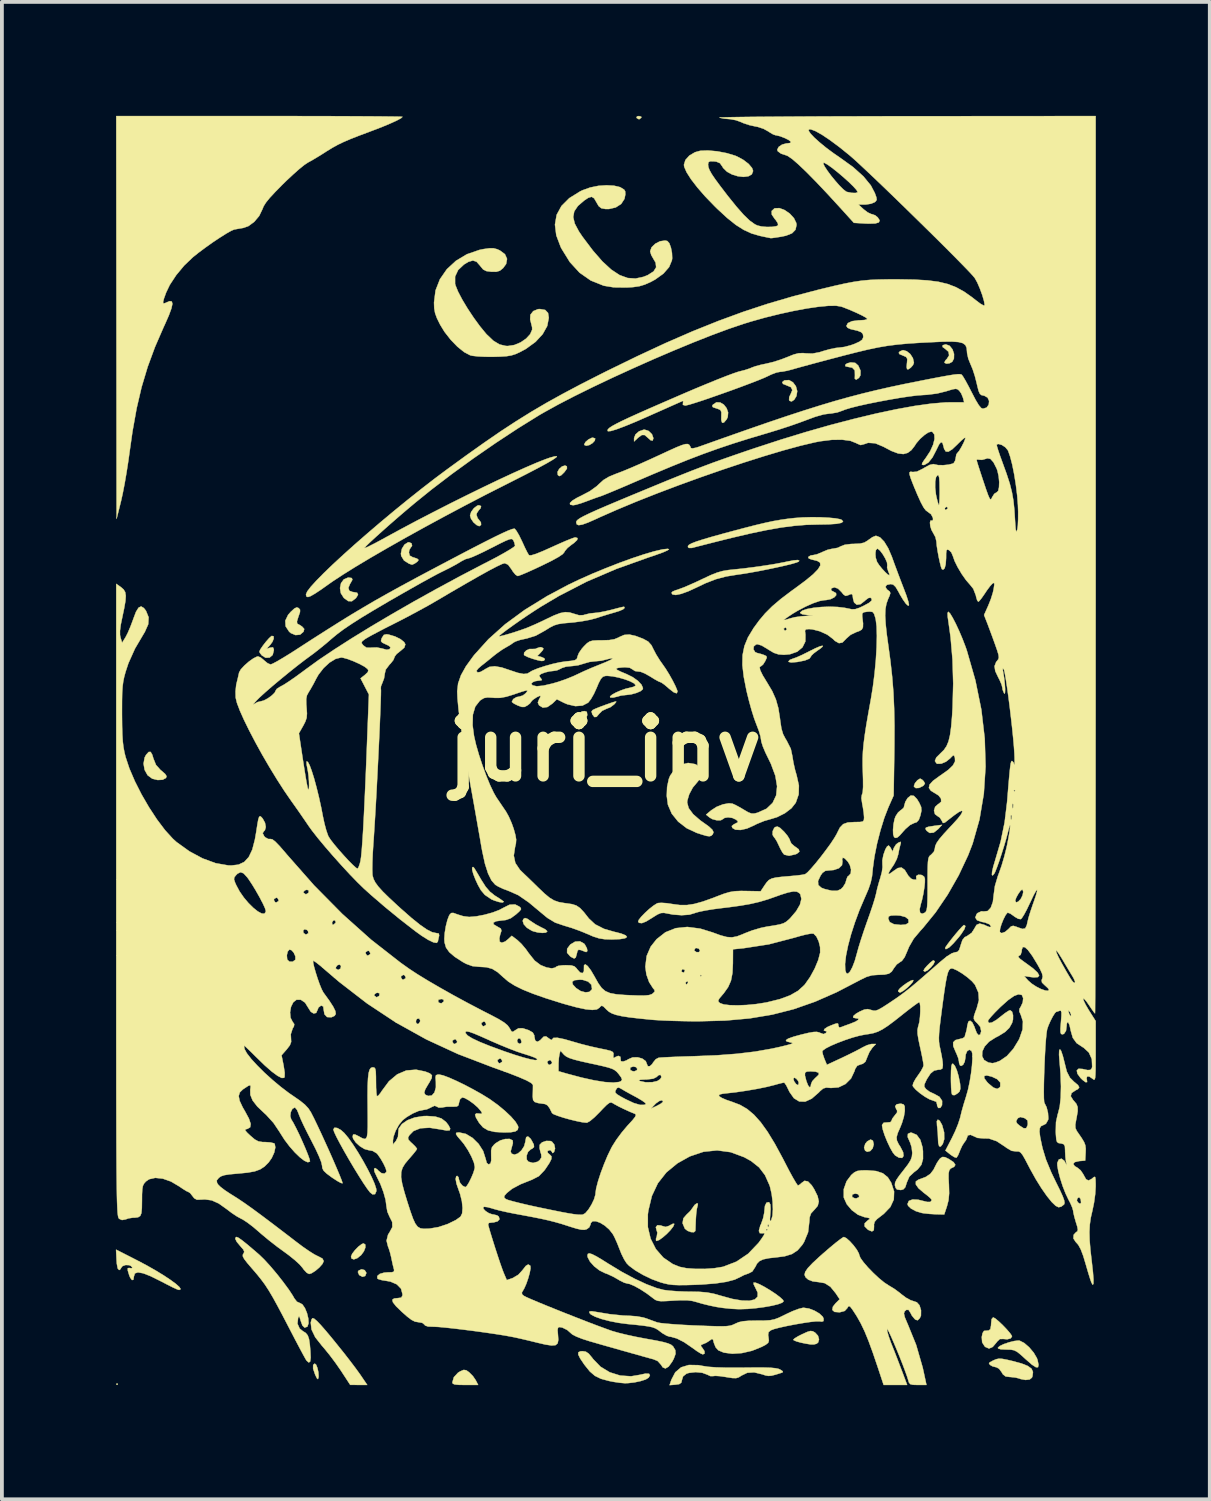
<source format=kicad_pcb>
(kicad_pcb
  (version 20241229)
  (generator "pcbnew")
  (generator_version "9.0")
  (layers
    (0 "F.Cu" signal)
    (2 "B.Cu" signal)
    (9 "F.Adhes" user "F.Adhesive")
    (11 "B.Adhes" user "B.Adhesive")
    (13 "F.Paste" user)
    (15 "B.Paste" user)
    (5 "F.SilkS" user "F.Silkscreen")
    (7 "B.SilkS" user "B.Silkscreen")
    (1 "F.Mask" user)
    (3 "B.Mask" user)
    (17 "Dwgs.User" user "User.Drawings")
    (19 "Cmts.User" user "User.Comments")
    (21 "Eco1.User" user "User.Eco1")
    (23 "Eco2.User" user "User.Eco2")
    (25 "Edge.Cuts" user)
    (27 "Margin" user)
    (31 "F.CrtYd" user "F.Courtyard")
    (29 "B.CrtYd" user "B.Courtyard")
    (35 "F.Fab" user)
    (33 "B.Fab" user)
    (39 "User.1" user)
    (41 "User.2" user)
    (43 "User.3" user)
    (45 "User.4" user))
  (footprint "juri_inv"
    (layer "F.Cu")
    (at 12.879 16.684)
    (property "Reference" "juri_inv" (at 0 0 0) (layer "F.SilkS") (effects (font (size 1.524 1.524) (thickness 0.3))))
    (attr through_hole)
    (fp_poly (pts (xy -12.827 16.701) (xy -12.848 16.722) (xy -12.869 16.701) (xy -12.848 16.679) (xy -12.827 16.701)) (stroke (width 0.01) (type solid)) (fill yes) (layer "F.SilkS"))
    (fp_poly (pts (xy 0.949 -16.663) (xy 0.953 -16.637) (xy 0.9 -16.596) (xy 0.889 -16.595) (xy 0.834 -16.625) (xy 0.826 -16.637) (xy 0.839 -16.67) (xy 0.889 -16.679) (xy 0.949 -16.663)) (stroke (width 0.01) (type solid)) (fill yes) (layer "F.SilkS"))
    (fp_poly (pts (xy 8.766 2.09) (xy 8.649 2.182) (xy 8.544 2.192) (xy 8.466 2.137) (xy 8.432 2.085) (xy 8.445 2.051) (xy 8.517 2.027) (xy 8.661 2.005) (xy 8.869 1.978) (xy 8.766 2.09)) (stroke (width 0.01) (type solid)) (fill yes) (layer "F.SilkS"))
    (fp_poly (pts (xy -6.33 13.699) (xy -6.287 13.766) (xy -6.287 13.78) (xy -6.316 13.854) (xy -6.386 13.875) (xy -6.465 13.835) (xy -6.477 13.822) (xy -6.509 13.748) (xy -6.488 13.71) (xy -6.409 13.677) (xy -6.33 13.699)) (stroke (width 0.01) (type solid)) (fill yes) (layer "F.SilkS"))
    (fp_poly (pts (xy -0.482 -0.996) (xy -0.471 -0.923) (xy -0.473 -0.903) (xy -0.504 -0.803) (xy -0.554 -0.779) (xy -0.611 -0.835) (xy -0.625 -0.863) (xy -0.652 -0.96) (xy -0.615 -1.007) (xy -0.54 -1.016) (xy -0.482 -0.996)) (stroke (width 0.01) (type solid)) (fill yes) (layer "F.SilkS"))
    (fp_poly (pts (xy 7.048 10.291) (xy 7.07 10.387) (xy 7.043 10.492) (xy 6.979 10.564) (xy 6.899 10.584) (xy 6.844 10.555) (xy 6.816 10.474) (xy 6.847 10.374) (xy 6.898 10.311) (xy 6.987 10.262) (xy 7.048 10.291)) (stroke (width 0.01) (type solid)) (fill yes) (layer "F.SilkS"))
    (fp_poly (pts (xy -1.008 -7.46) (xy -1.005 -7.401) (xy -1.071 -7.308) (xy -1.155 -7.225) (xy -1.206 -7.201) (xy -1.242 -7.228) (xy -1.246 -7.235) (xy -1.254 -7.311) (xy -1.209 -7.391) (xy -1.136 -7.455) (xy -1.057 -7.48) (xy -1.008 -7.46)) (stroke (width 0.01) (type solid)) (fill yes) (layer "F.SilkS"))
    (fp_poly (pts (xy -0.262 -8.193) (xy -0.272 -8.136) (xy -0.331 -8.071) (xy -0.414 -8.02) (xy -0.495 -8.001) (xy -0.546 -8.02) (xy -0.55 -8.037) (xy -0.517 -8.1) (xy -0.439 -8.166) (xy -0.352 -8.209) (xy -0.325 -8.213) (xy -0.262 -8.193)) (stroke (width 0.01) (type solid)) (fill yes) (layer "F.SilkS"))
    (fp_poly (pts (xy -7.608 16.189) (xy -7.574 16.274) (xy -7.549 16.385) (xy -7.542 16.494) (xy -7.546 16.525) (xy -7.56 16.569) (xy -7.585 16.549) (xy -7.63 16.458) (xy -7.634 16.448) (xy -7.687 16.293) (xy -7.686 16.195) (xy -7.644 16.159) (xy -7.608 16.189)) (stroke (width 0.01) (type solid)) (fill yes) (layer "F.SilkS"))
    (fp_poly (pts (xy 8.677 5.571) (xy 8.647 5.641) (xy 8.575 5.73) (xy 8.485 5.81) (xy 8.415 5.843) (xy 8.383 5.821) (xy 8.382 5.813) (xy 8.41 5.762) (xy 8.477 5.685) (xy 8.557 5.606) (xy 8.623 5.554) (xy 8.644 5.546) (xy 8.677 5.571)) (stroke (width 0.01) (type solid)) (fill yes) (layer "F.SilkS"))
    (fp_poly (pts (xy -6.313 13.027) (xy -6.312 13.104) (xy -6.35 13.203) (xy -6.421 13.301) (xy -6.525 13.385) (xy -6.616 13.417) (xy -6.675 13.394) (xy -6.689 13.343) (xy -6.659 13.27) (xy -6.585 13.173) (xy -6.493 13.079) (xy -6.405 13.013) (xy -6.359 12.996) (xy -6.313 13.027)) (stroke (width 0.01) (type solid)) (fill yes) (layer "F.SilkS"))
    (fp_poly (pts (xy 8.347 0.791) (xy 8.386 0.83) (xy 8.418 0.89) (xy 8.383 0.941) (xy 8.362 0.957) (xy 8.263 1.006) (xy 8.177 1.011) (xy 8.13 0.973) (xy 8.128 0.956) (xy 8.156 0.881) (xy 8.22 0.804) (xy 8.287 0.763) (xy 8.295 0.762) (xy 8.347 0.791)) (stroke (width 0.01) (type solid)) (fill yes) (layer "F.SilkS"))
    (fp_poly (pts (xy -3.654 16.336) (xy -3.581 16.388) (xy -3.479 16.491) (xy -3.406 16.598) (xy -3.342 16.722) (xy -3.682 16.722) (xy -3.855 16.719) (xy -3.959 16.709) (xy -4.009 16.688) (xy -4.022 16.655) (xy -3.982 16.518) (xy -3.873 16.4) (xy -3.813 16.363) (xy -3.722 16.325) (xy -3.654 16.336)) (stroke (width 0.01) (type solid)) (fill yes) (layer "F.SilkS"))
    (fp_poly (pts (xy 8.112 6.066) (xy 8.101 6.108) (xy 8.042 6.179) (xy 7.956 6.262) (xy 7.863 6.337) (xy 7.785 6.384) (xy 7.756 6.392) (xy 7.714 6.364) (xy 7.715 6.339) (xy 7.758 6.284) (xy 7.842 6.212) (xy 7.943 6.14) (xy 8.038 6.085) (xy 8.102 6.063) (xy 8.112 6.066)) (stroke (width 0.01) (type solid)) (fill yes) (layer "F.SilkS"))
    (fp_poly (pts (xy 8.807 9.769) (xy 8.868 9.876) (xy 8.871 9.883) (xy 8.923 10.073) (xy 8.925 10.255) (xy 8.889 10.374) (xy 8.833 10.447) (xy 8.792 10.439) (xy 8.768 10.353) (xy 8.763 10.255) (xy 8.756 10.092) (xy 8.741 9.933) (xy 8.736 9.895) (xy 8.731 9.779) (xy 8.758 9.737) (xy 8.807 9.769)) (stroke (width 0.01) (type solid)) (fill yes) (layer "F.SilkS"))
    (fp_poly (pts (xy 6.583 -10.182) (xy 6.663 -10.111) (xy 6.722 -9.978) (xy 6.72 -9.855) (xy 6.68 -9.787) (xy 6.608 -9.739) (xy 6.572 -9.766) (xy 6.575 -9.857) (xy 6.572 -9.984) (xy 6.503 -10.057) (xy 6.402 -10.075) (xy 6.327 -10.092) (xy 6.319 -10.128) (xy 6.367 -10.168) (xy 6.463 -10.194) (xy 6.466 -10.194) (xy 6.583 -10.182)) (stroke (width 0.01) (type solid)) (fill yes) (layer "F.SilkS"))
    (fp_poly (pts (xy 0.287 -1.251) (xy 0.239 -1.194) (xy 0.138 -1.118) (xy 0.037 -1.078) (xy -0.078 -1.024) (xy -0.154 -0.949) (xy -0.226 -0.864) (xy -0.283 -0.859) (xy -0.337 -0.929) (xy -0.358 -1.006) (xy -0.328 -1.044) (xy -0.259 -1.077) (xy -0.138 -1.126) (xy 0.01 -1.181) (xy 0.154 -1.232) (xy 0.233 -1.257) (xy 0.29 -1.272) (xy 0.287 -1.251)) (stroke (width 0.01) (type solid)) (fill yes) (layer "F.SilkS"))
    (fp_poly (pts (xy 1.146 -8.389) (xy 1.233 -8.303) (xy 1.27 -8.199) (xy 1.27 -8.199) (xy 1.25 -8.136) (xy 1.194 -8.147) (xy 1.122 -8.213) (xy 1.04 -8.283) (xy 0.966 -8.284) (xy 0.873 -8.217) (xy 0.86 -8.205) (xy 0.762 -8.113) (xy 0.762 -8.203) (xy 0.799 -8.299) (xy 0.892 -8.38) (xy 1.011 -8.422) (xy 1.04 -8.424) (xy 1.146 -8.389)) (stroke (width 0.01) (type solid)) (fill yes) (layer "F.SilkS"))
    (fp_poly (pts (xy 9.483 4.642) (xy 9.458 4.722) (xy 9.375 4.85) (xy 9.311 4.933) (xy 9.163 5.103) (xy 9.054 5.207) (xy 8.977 5.248) (xy 8.964 5.249) (xy 8.95 5.222) (xy 8.962 5.195) (xy 9.026 5.104) (xy 9.116 4.987) (xy 9.218 4.861) (xy 9.316 4.746) (xy 9.396 4.658) (xy 9.443 4.616) (xy 9.447 4.614) (xy 9.483 4.642)) (stroke (width 0.01) (type solid)) (fill yes) (layer "F.SilkS"))
    (fp_poly (pts (xy -2.046 4.452) (xy -1.963 4.51) (xy -1.83 4.598) (xy -1.69 4.673) (xy -1.672 4.681) (xy -1.576 4.73) (xy -1.526 4.776) (xy -1.524 4.784) (xy -1.56 4.815) (xy -1.652 4.823) (xy -1.773 4.811) (xy -1.896 4.779) (xy -1.931 4.765) (xy -2.057 4.689) (xy -2.141 4.597) (xy -2.17 4.508) (xy -2.152 4.458) (xy -2.109 4.431) (xy -2.046 4.452)) (stroke (width 0.01) (type solid)) (fill yes) (layer "F.SilkS"))
    (fp_poly (pts (xy 3.03 -9.139) (xy 3.124 -9.083) (xy 3.197 -8.99) (xy 3.237 -8.877) (xy 3.227 -8.757) (xy 3.199 -8.697) (xy 3.127 -8.612) (xy 3.079 -8.606) (xy 3.057 -8.681) (xy 3.058 -8.77) (xy 3.06 -8.883) (xy 3.035 -8.941) (xy 2.965 -8.973) (xy 2.928 -8.984) (xy 2.838 -9.015) (xy 2.818 -9.049) (xy 2.838 -9.083) (xy 2.93 -9.144) (xy 3.03 -9.139)) (stroke (width 0.01) (type solid)) (fill yes) (layer "F.SilkS"))
    (fp_poly (pts (xy 4.944 -9.67) (xy 5.021 -9.567) (xy 5.056 -9.438) (xy 5.036 -9.309) (xy 4.976 -9.211) (xy 4.909 -9.166) (xy 4.855 -9.183) (xy 4.842 -9.206) (xy 4.846 -9.284) (xy 4.883 -9.359) (xy 4.927 -9.465) (xy 4.892 -9.542) (xy 4.78 -9.589) (xy 4.684 -9.627) (xy 4.66 -9.674) (xy 4.715 -9.719) (xy 4.723 -9.722) (xy 4.84 -9.729) (xy 4.944 -9.67)) (stroke (width 0.01) (type solid)) (fill yes) (layer "F.SilkS"))
    (fp_poly (pts (xy 7.939 -10.489) (xy 8.032 -10.414) (xy 8.101 -10.307) (xy 8.128 -10.186) (xy 8.103 -10.123) (xy 8.045 -10.057) (xy 7.983 -10.014) (xy 7.948 -10.016) (xy 7.937 -10.07) (xy 7.944 -10.171) (xy 7.946 -10.185) (xy 7.954 -10.286) (xy 7.921 -10.339) (xy 7.834 -10.377) (xy 7.746 -10.414) (xy 7.729 -10.448) (xy 7.758 -10.485) (xy 7.841 -10.518) (xy 7.939 -10.489)) (stroke (width 0.01) (type solid)) (fill yes) (layer "F.SilkS"))
    (fp_poly (pts (xy 9.069 -10.631) (xy 9.143 -10.538) (xy 9.184 -10.417) (xy 9.181 -10.295) (xy 9.136 -10.211) (xy 9.066 -10.172) (xy 8.988 -10.161) (xy 8.937 -10.182) (xy 8.932 -10.197) (xy 8.961 -10.252) (xy 8.996 -10.287) (xy 9.054 -10.379) (xy 9.038 -10.475) (xy 8.955 -10.548) (xy 8.882 -10.601) (xy 8.886 -10.647) (xy 8.965 -10.668) (xy 8.971 -10.668) (xy 9.069 -10.631)) (stroke (width 0.01) (type solid)) (fill yes) (layer "F.SilkS"))
    (fp_poly (pts (xy -11.921 0.133) (xy -11.891 0.233) (xy -11.824 0.399) (xy -11.705 0.533) (xy -11.677 0.555) (xy -11.58 0.641) (xy -11.544 0.699) (xy -11.561 0.745) (xy -11.647 0.791) (xy -11.778 0.798) (xy -11.921 0.763) (xy -11.923 0.762) (xy -12.044 0.672) (xy -12.122 0.531) (xy -12.15 0.368) (xy -12.122 0.207) (xy -12.084 0.136) (xy -12.016 0.06) (xy -11.964 0.058) (xy -11.921 0.133)) (stroke (width 0.01) (type solid)) (fill yes) (layer "F.SilkS"))
    (fp_poly (pts (xy -0.553 5.105) (xy -0.532 5.132) (xy -0.48 5.228) (xy -0.468 5.3) (xy -0.498 5.327) (xy -0.519 5.321) (xy -0.637 5.275) (xy -0.699 5.265) (xy -0.728 5.297) (xy -0.746 5.372) (xy -0.774 5.471) (xy -0.815 5.497) (xy -0.894 5.457) (xy -0.922 5.437) (xy -1.002 5.345) (xy -1 5.24) (xy -0.918 5.13) (xy -0.791 5.053) (xy -0.662 5.045) (xy -0.553 5.105)) (stroke (width 0.01) (type solid)) (fill yes) (layer "F.SilkS"))
    (fp_poly (pts (xy 5.463 15.308) (xy 5.526 15.343) (xy 5.526 15.343) (xy 5.602 15.425) (xy 5.63 15.522) (xy 5.606 15.605) (xy 5.563 15.638) (xy 5.496 15.655) (xy 5.412 15.655) (xy 5.286 15.635) (xy 5.154 15.608) (xy 5.038 15.576) (xy 4.965 15.545) (xy 4.953 15.53) (xy 4.988 15.496) (xy 5.08 15.44) (xy 5.187 15.386) (xy 5.32 15.326) (xy 5.403 15.301) (xy 5.463 15.308)) (stroke (width 0.01) (type solid)) (fill yes) (layer "F.SilkS"))
    (fp_poly (pts (xy 9.204 8.319) (xy 9.257 8.436) (xy 9.304 8.596) (xy 9.34 8.779) (xy 9.343 8.796) (xy 9.351 8.922) (xy 9.329 8.997) (xy 9.288 9.038) (xy 9.205 9.092) (xy 9.154 9.092) (xy 9.13 9.073) (xy 9.118 9.021) (xy 9.108 8.905) (xy 9.103 8.744) (xy 9.102 8.647) (xy 9.105 8.452) (xy 9.114 8.33) (xy 9.132 8.273) (xy 9.155 8.265) (xy 9.204 8.319)) (stroke (width 0.01) (type solid)) (fill yes) (layer "F.SilkS"))
    (fp_poly (pts (xy -3.266 -6.412) (xy -3.278 -6.356) (xy -3.323 -6.308) (xy -3.377 -6.227) (xy -3.387 -6.181) (xy -3.356 -6.092) (xy -3.323 -6.054) (xy -3.27 -5.982) (xy -3.266 -5.916) (xy -3.312 -5.884) (xy -3.316 -5.884) (xy -3.382 -5.913) (xy -3.463 -5.982) (xy -3.464 -5.982) (xy -3.53 -6.078) (xy -3.556 -6.165) (xy -3.526 -6.26) (xy -3.454 -6.357) (xy -3.367 -6.423) (xy -3.322 -6.435) (xy -3.266 -6.412)) (stroke (width 0.01) (type solid)) (fill yes) (layer "F.SilkS"))
    (fp_poly (pts (xy -8.728 -2.985) (xy -8.724 -2.926) (xy -8.757 -2.841) (xy -8.816 -2.76) (xy -8.911 -2.656) (xy -8.816 -2.686) (xy -8.744 -2.695) (xy -8.722 -2.644) (xy -8.721 -2.615) (xy -8.752 -2.493) (xy -8.832 -2.425) (xy -8.937 -2.42) (xy -9.035 -2.48) (xy -9.088 -2.547) (xy -9.102 -2.582) (xy -9.076 -2.64) (xy -9.011 -2.735) (xy -8.928 -2.842) (xy -8.846 -2.935) (xy -8.784 -2.99) (xy -8.774 -2.995) (xy -8.728 -2.985)) (stroke (width 0.01) (type solid)) (fill yes) (layer "F.SilkS"))
    (fp_poly (pts (xy 1.82 12.482) (xy 1.82 12.484) (xy 1.792 12.552) (xy 1.72 12.645) (xy 1.623 12.746) (xy 1.517 12.838) (xy 1.422 12.906) (xy 1.356 12.931) (xy 1.341 12.926) (xy 1.338 12.873) (xy 1.358 12.821) (xy 1.375 12.709) (xy 1.359 12.666) (xy 1.334 12.569) (xy 1.375 12.517) (xy 1.467 12.524) (xy 1.494 12.535) (xy 1.592 12.562) (xy 1.681 12.534) (xy 1.713 12.515) (xy 1.787 12.477) (xy 1.82 12.482)) (stroke (width 0.01) (type solid)) (fill yes) (layer "F.SilkS"))
    (fp_poly (pts (xy 2.442 11.947) (xy 2.436 11.998) (xy 2.433 12.006) (xy 2.413 12.089) (xy 2.396 12.225) (xy 2.387 12.361) (xy 2.381 12.508) (xy 2.377 12.619) (xy 2.374 12.668) (xy 2.337 12.701) (xy 2.259 12.698) (xy 2.17 12.665) (xy 2.101 12.61) (xy 2.098 12.606) (xy 2.038 12.464) (xy 2.06 12.334) (xy 2.145 12.236) (xy 2.239 12.146) (xy 2.304 12.057) (xy 2.355 11.984) (xy 2.408 11.945) (xy 2.442 11.947)) (stroke (width 0.01) (type solid)) (fill yes) (layer "F.SilkS"))
    (fp_poly (pts (xy -6.669 -4.518) (xy -6.653 -4.475) (xy -6.701 -4.386) (xy -6.714 -4.368) (xy -6.759 -4.26) (xy -6.734 -4.182) (xy -6.642 -4.149) (xy -6.629 -4.149) (xy -6.528 -4.131) (xy -6.504 -4.08) (xy -6.557 -3.994) (xy -6.565 -3.986) (xy -6.665 -3.909) (xy -6.761 -3.91) (xy -6.871 -3.989) (xy -6.881 -3.999) (xy -6.957 -4.119) (xy -6.979 -4.255) (xy -6.952 -4.384) (xy -6.88 -4.482) (xy -6.771 -4.529) (xy -6.75 -4.53) (xy -6.669 -4.518)) (stroke (width 0.01) (type solid)) (fill yes) (layer "F.SilkS"))
    (fp_poly (pts (xy -1.666 -2.692) (xy -1.625 -2.666) (xy -1.638 -2.625) (xy -1.689 -2.565) (xy -1.783 -2.466) (xy -1.673 -2.438) (xy -1.601 -2.405) (xy -1.588 -2.369) (xy -1.62 -2.34) (xy -1.679 -2.335) (xy -1.782 -2.357) (xy -1.914 -2.395) (xy -2.034 -2.438) (xy -2.117 -2.479) (xy -2.136 -2.495) (xy -2.132 -2.554) (xy -2.075 -2.613) (xy -1.993 -2.65) (xy -1.933 -2.651) (xy -1.837 -2.652) (xy -1.791 -2.674) (xy -1.708 -2.699) (xy -1.666 -2.692)) (stroke (width 0.01) (type solid)) (fill yes) (layer "F.SilkS"))
    (fp_poly (pts (xy 5.728 -2.718) (xy 5.669 -2.665) (xy 5.593 -2.612) (xy 5.492 -2.537) (xy 5.429 -2.477) (xy 5.419 -2.456) (xy 5.377 -2.397) (xy 5.256 -2.348) (xy 5.058 -2.309) (xy 5.048 -2.308) (xy 4.9 -2.296) (xy 4.831 -2.311) (xy 4.826 -2.324) (xy 4.862 -2.365) (xy 4.942 -2.396) (xy 5.034 -2.428) (xy 5.174 -2.49) (xy 5.334 -2.569) (xy 5.372 -2.589) (xy 5.537 -2.671) (xy 5.656 -2.721) (xy 5.722 -2.737) (xy 5.728 -2.718)) (stroke (width 0.01) (type solid)) (fill yes) (layer "F.SilkS"))
    (fp_poly (pts (xy -8.068 -3.728) (xy -8.066 -3.726) (xy -8.031 -3.684) (xy -8.032 -3.623) (xy -8.069 -3.516) (xy -8.074 -3.502) (xy -8.112 -3.38) (xy -8.107 -3.318) (xy -8.099 -3.314) (xy -8.032 -3.278) (xy -7.975 -3.239) (xy -7.921 -3.178) (xy -7.938 -3.109) (xy -7.942 -3.103) (xy -8.03 -3.028) (xy -8.149 -3.017) (xy -8.274 -3.069) (xy -8.318 -3.107) (xy -8.41 -3.247) (xy -8.419 -3.395) (xy -8.345 -3.549) (xy -8.276 -3.628) (xy -8.18 -3.716) (xy -8.117 -3.746) (xy -8.068 -3.728)) (stroke (width 0.01) (type solid)) (fill yes) (layer "F.SilkS"))
    (fp_poly (pts (xy -5.096 -5.431) (xy -5.082 -5.367) (xy -5.122 -5.313) (xy -5.156 -5.254) (xy -5.165 -5.187) (xy -5.143 -5.108) (xy -5.063 -5.065) (xy -5.038 -5.059) (xy -4.949 -5.029) (xy -4.911 -4.994) (xy -4.911 -4.993) (xy -4.942 -4.951) (xy -5.011 -4.901) (xy -5.075 -4.872) (xy -5.088 -4.872) (xy -5.134 -4.887) (xy -5.165 -4.898) (xy -5.294 -4.98) (xy -5.367 -5.099) (xy -5.376 -5.162) (xy -5.349 -5.291) (xy -5.281 -5.399) (xy -5.191 -5.457) (xy -5.162 -5.461) (xy -5.096 -5.431)) (stroke (width 0.01) (type solid)) (fill yes) (layer "F.SilkS"))
    (fp_poly (pts (xy -7.662 14.975) (xy -7.584 15.042) (xy -7.572 15.053) (xy -7.485 15.145) (xy -7.359 15.289) (xy -7.206 15.472) (xy -7.039 15.678) (xy -6.867 15.892) (xy -6.705 16.101) (xy -6.563 16.289) (xy -6.453 16.441) (xy -6.439 16.461) (xy -6.262 16.722) (xy -6.486 16.721) (xy -6.71 16.72) (xy -6.958 16.341) (xy -7.095 16.144) (xy -7.249 15.938) (xy -7.397 15.756) (xy -7.454 15.691) (xy -7.631 15.466) (xy -7.729 15.262) (xy -7.749 15.082) (xy -7.73 15.002) (xy -7.705 14.964) (xy -7.662 14.975)) (stroke (width 0.01) (type solid)) (fill yes) (layer "F.SilkS"))
    (fp_poly (pts (xy -3.447 3.115) (xy -3.406 3.18) (xy -3.337 3.296) (xy -3.264 3.421) (xy -3.145 3.608) (xy -3.032 3.739) (xy -2.905 3.84) (xy -2.875 3.858) (xy -2.763 3.93) (xy -2.688 3.984) (xy -2.667 4.004) (xy -2.702 4.023) (xy -2.792 4.01) (xy -2.917 3.971) (xy -2.993 3.939) (xy -3.167 3.821) (xy -3.271 3.697) (xy -3.347 3.562) (xy -3.416 3.413) (xy -3.47 3.273) (xy -3.5 3.163) (xy -3.5 3.105) (xy -3.499 3.103) (xy -3.484 3.089) (xy -3.47 3.089) (xy -3.447 3.115)) (stroke (width 0.01) (type solid)) (fill yes) (layer "F.SilkS"))
    (fp_poly (pts (xy 10.91 15.556) (xy 11.03 15.617) (xy 11.161 15.73) (xy 11.28 15.871) (xy 11.364 16.014) (xy 11.382 16.064) (xy 11.408 16.193) (xy 11.394 16.256) (xy 11.337 16.254) (xy 11.233 16.187) (xy 11.08 16.053) (xy 11.075 16.049) (xy 10.94 15.926) (xy 10.845 15.85) (xy 10.765 15.809) (xy 10.68 15.793) (xy 10.565 15.79) (xy 10.56 15.79) (xy 10.412 15.783) (xy 10.344 15.761) (xy 10.339 15.741) (xy 10.389 15.696) (xy 10.495 15.646) (xy 10.63 15.6) (xy 10.767 15.566) (xy 10.877 15.553) (xy 10.91 15.556)) (stroke (width 0.01) (type solid)) (fill yes) (layer "F.SilkS"))
    (fp_poly (pts (xy -7.055 9.957) (xy -6.959 10.009) (xy -6.871 10.086) (xy -6.76 10.218) (xy -6.635 10.395) (xy -6.503 10.601) (xy -6.372 10.822) (xy -6.251 11.043) (xy -6.147 11.249) (xy -6.069 11.426) (xy -6.026 11.558) (xy -6.021 11.617) (xy -6.057 11.699) (xy -6.123 11.705) (xy -6.188 11.653) (xy -6.265 11.553) (xy -6.367 11.402) (xy -6.486 11.214) (xy -6.616 11.002) (xy -6.747 10.781) (xy -6.872 10.563) (xy -6.983 10.362) (xy -7.073 10.191) (xy -7.132 10.065) (xy -7.154 9.997) (xy -7.154 9.996) (xy -7.126 9.951) (xy -7.055 9.957)) (stroke (width 0.01) (type solid)) (fill yes) (layer "F.SilkS"))
    (fp_poly (pts (xy 4.604 2.058) (xy 4.7 2.149) (xy 4.712 2.161) (xy 4.801 2.268) (xy 4.857 2.362) (xy 4.869 2.402) (xy 4.903 2.472) (xy 4.986 2.543) (xy 4.996 2.549) (xy 5.096 2.622) (xy 5.113 2.685) (xy 5.048 2.738) (xy 5.014 2.753) (xy 4.843 2.792) (xy 4.715 2.763) (xy 4.712 2.761) (xy 4.667 2.705) (xy 4.609 2.6) (xy 4.578 2.533) (xy 4.521 2.414) (xy 4.469 2.33) (xy 4.449 2.309) (xy 4.408 2.242) (xy 4.41 2.145) (xy 4.451 2.059) (xy 4.479 2.036) (xy 4.537 2.024) (xy 4.604 2.058)) (stroke (width 0.01) (type solid)) (fill yes) (layer "F.SilkS"))
    (fp_poly (pts (xy 8.126 1.215) (xy 8.21 1.302) (xy 8.27 1.401) (xy 8.318 1.508) (xy 8.326 1.604) (xy 8.3 1.727) (xy 8.257 1.847) (xy 8.201 1.908) (xy 8.131 1.932) (xy 8.026 1.983) (xy 7.905 2.088) (xy 7.856 2.142) (xy 7.753 2.259) (xy 7.685 2.315) (xy 7.637 2.322) (xy 7.606 2.3) (xy 7.582 2.23) (xy 7.578 2.108) (xy 7.591 1.963) (xy 7.619 1.826) (xy 7.645 1.754) (xy 7.711 1.653) (xy 7.784 1.59) (xy 7.793 1.586) (xy 7.86 1.527) (xy 7.875 1.468) (xy 7.903 1.37) (xy 7.963 1.272) (xy 8.046 1.206) (xy 8.126 1.215)) (stroke (width 0.01) (type solid)) (fill yes) (layer "F.SilkS"))
    (fp_poly (pts (xy 10.271 14.973) (xy 10.361 15.048) (xy 10.468 15.15) (xy 10.574 15.261) (xy 10.659 15.36) (xy 10.706 15.43) (xy 10.71 15.445) (xy 10.674 15.496) (xy 10.585 15.52) (xy 10.478 15.511) (xy 10.39 15.513) (xy 10.319 15.579) (xy 10.306 15.598) (xy 10.202 15.721) (xy 10.105 15.763) (xy 10.01 15.723) (xy 9.989 15.704) (xy 9.924 15.6) (xy 9.914 15.46) (xy 9.935 15.357) (xy 9.971 15.301) (xy 9.98 15.298) (xy 10.071 15.29) (xy 10.097 15.288) (xy 10.141 15.253) (xy 10.159 15.15) (xy 10.16 15.113) (xy 10.173 14.989) (xy 10.212 14.944) (xy 10.217 14.944) (xy 10.271 14.973)) (stroke (width 0.01) (type solid)) (fill yes) (layer "F.SilkS"))
    (fp_poly (pts (xy 10.455 16.035) (xy 10.585 16.06) (xy 10.717 16.091) (xy 10.959 16.156) (xy 11.125 16.222) (xy 11.224 16.294) (xy 11.262 16.381) (xy 11.249 16.488) (xy 11.235 16.528) (xy 11.175 16.577) (xy 11.066 16.59) (xy 10.936 16.566) (xy 10.901 16.552) (xy 10.801 16.527) (xy 10.672 16.513) (xy 10.659 16.513) (xy 10.542 16.498) (xy 10.471 16.443) (xy 10.435 16.383) (xy 10.37 16.296) (xy 10.299 16.256) (xy 10.294 16.256) (xy 10.198 16.232) (xy 10.144 16.202) (xy 10.104 16.163) (xy 10.119 16.13) (xy 10.201 16.085) (xy 10.217 16.077) (xy 10.295 16.044) (xy 10.366 16.03) (xy 10.455 16.035)) (stroke (width 0.01) (type solid)) (fill yes) (layer "F.SilkS"))
    (fp_poly (pts (xy -0.509 15.846) (xy -0.433 15.897) (xy -0.344 16.003) (xy -0.316 16.041) (xy -0.122 16.242) (xy 0.122 16.389) (xy 0.397 16.475) (xy 0.683 16.494) (xy 0.904 16.457) (xy 1.063 16.423) (xy 1.156 16.427) (xy 1.179 16.469) (xy 1.144 16.53) (xy 1.068 16.577) (xy 0.934 16.62) (xy 0.769 16.655) (xy 0.6 16.674) (xy 0.516 16.676) (xy 0.388 16.665) (xy 0.22 16.64) (xy 0.099 16.616) (xy -0.111 16.559) (xy -0.269 16.482) (xy -0.404 16.366) (xy -0.543 16.193) (xy -0.553 16.179) (xy -0.658 16.023) (xy -0.708 15.92) (xy -0.704 15.861) (xy -0.647 15.836) (xy -0.593 15.833) (xy -0.509 15.846)) (stroke (width 0.01) (type solid)) (fill yes) (layer "F.SilkS"))
    (fp_poly (pts (xy 8.071 10.083) (xy 8.201 10.139) (xy 8.296 10.268) (xy 8.354 10.465) (xy 8.366 10.566) (xy 8.367 10.773) (xy 8.324 10.926) (xy 8.226 11.049) (xy 8.128 11.124) (xy 8.006 11.239) (xy 7.94 11.394) (xy 7.938 11.401) (xy 7.901 11.517) (xy 7.85 11.573) (xy 7.784 11.591) (xy 7.682 11.577) (xy 7.647 11.535) (xy 7.627 11.465) (xy 7.632 11.399) (xy 7.669 11.319) (xy 7.747 11.207) (xy 7.853 11.072) (xy 7.969 10.92) (xy 8.04 10.808) (xy 8.074 10.716) (xy 8.084 10.622) (xy 8.084 10.608) (xy 8.068 10.467) (xy 8.03 10.345) (xy 8.022 10.329) (xy 7.964 10.196) (xy 7.97 10.112) (xy 8.038 10.081) (xy 8.071 10.083)) (stroke (width 0.01) (type solid)) (fill yes) (layer "F.SilkS"))
    (fp_poly (pts (xy 2.364 0.379) (xy 2.406 0.399) (xy 2.511 0.492) (xy 2.546 0.615) (xy 2.509 0.749) (xy 2.43 0.85) (xy 2.307 0.997) (xy 2.213 1.173) (xy 2.163 1.342) (xy 2.159 1.392) (xy 2.199 1.539) (xy 2.316 1.697) (xy 2.503 1.86) (xy 2.577 1.912) (xy 2.734 2.025) (xy 2.823 2.109) (xy 2.853 2.174) (xy 2.83 2.23) (xy 2.793 2.265) (xy 2.746 2.279) (xy 2.67 2.27) (xy 2.547 2.234) (xy 2.413 2.191) (xy 2.147 2.067) (xy 1.923 1.894) (xy 1.754 1.685) (xy 1.654 1.453) (xy 1.652 1.445) (xy 1.622 1.218) (xy 1.631 0.981) (xy 1.677 0.769) (xy 1.713 0.681) (xy 1.841 0.506) (xy 2.003 0.394) (xy 2.182 0.349) (xy 2.364 0.379)) (stroke (width 0.01) (type solid)) (fill yes) (layer "F.SilkS"))
    (fp_poly (pts (xy 7.795 9.32) (xy 7.858 9.339) (xy 7.885 9.388) (xy 7.888 9.493) (xy 7.887 9.516) (xy 7.864 9.658) (xy 7.813 9.828) (xy 7.771 9.934) (xy 7.702 10.091) (xy 7.672 10.199) (xy 7.68 10.287) (xy 7.725 10.382) (xy 7.773 10.456) (xy 7.843 10.594) (xy 7.855 10.694) (xy 7.817 10.746) (xy 7.734 10.739) (xy 7.632 10.678) (xy 7.572 10.603) (xy 7.5 10.475) (xy 7.425 10.316) (xy 7.358 10.151) (xy 7.31 10.004) (xy 7.289 9.898) (xy 7.29 9.875) (xy 7.332 9.819) (xy 7.42 9.812) (xy 7.508 9.805) (xy 7.535 9.773) (xy 7.562 9.707) (xy 7.626 9.624) (xy 7.685 9.548) (xy 7.684 9.493) (xy 7.662 9.461) (xy 7.634 9.385) (xy 7.676 9.333) (xy 7.774 9.318) (xy 7.795 9.32)) (stroke (width 0.01) (type solid)) (fill yes) (layer "F.SilkS"))
    (fp_poly (pts (xy 5.11 -4.976) (xy 5.096 -4.952) (xy 5.039 -4.928) (xy 4.914 -4.891) (xy 4.736 -4.847) (xy 4.521 -4.799) (xy 4.285 -4.749) (xy 4.043 -4.701) (xy 3.81 -4.659) (xy 3.602 -4.625) (xy 3.493 -4.61) (xy 3.185 -4.56) (xy 2.914 -4.488) (xy 2.641 -4.382) (xy 2.413 -4.273) (xy 2.19 -4.17) (xy 2.002 -4.102) (xy 1.86 -4.073) (xy 1.775 -4.086) (xy 1.761 -4.1) (xy 1.749 -4.134) (xy 1.774 -4.162) (xy 1.851 -4.195) (xy 1.968 -4.234) (xy 2.076 -4.274) (xy 2.236 -4.343) (xy 2.425 -4.428) (xy 2.575 -4.499) (xy 2.784 -4.597) (xy 2.948 -4.662) (xy 3.093 -4.703) (xy 3.248 -4.729) (xy 3.379 -4.743) (xy 3.631 -4.769) (xy 3.916 -4.805) (xy 4.21 -4.847) (xy 4.484 -4.891) (xy 4.711 -4.934) (xy 4.784 -4.95) (xy 4.961 -4.984) (xy 5.072 -4.993) (xy 5.11 -4.976)) (stroke (width 0.01) (type solid)) (fill yes) (layer "F.SilkS"))
    (fp_poly (pts (xy 5.661 -6.118) (xy 5.878 -6.107) (xy 6.06 -6.09) (xy 6.187 -6.066) (xy 6.228 -6.049) (xy 6.264 -6.005) (xy 6.218 -5.971) (xy 6.09 -5.946) (xy 5.88 -5.932) (xy 5.601 -5.927) (xy 5.296 -5.919) (xy 4.978 -5.893) (xy 4.636 -5.849) (xy 4.256 -5.782) (xy 3.828 -5.693) (xy 3.337 -5.578) (xy 3.111 -5.522) (xy 2.865 -5.46) (xy 2.645 -5.404) (xy 2.464 -5.358) (xy 2.337 -5.325) (xy 2.279 -5.31) (xy 2.206 -5.311) (xy 2.183 -5.329) (xy 2.179 -5.36) (xy 2.209 -5.394) (xy 2.28 -5.432) (xy 2.401 -5.479) (xy 2.578 -5.536) (xy 2.82 -5.607) (xy 3.133 -5.694) (xy 3.281 -5.734) (xy 3.65 -5.832) (xy 3.953 -5.91) (xy 4.206 -5.97) (xy 4.425 -6.017) (xy 4.625 -6.052) (xy 4.822 -6.08) (xy 4.983 -6.098) (xy 5.195 -6.114) (xy 5.427 -6.12) (xy 5.661 -6.118)) (stroke (width 0.01) (type solid)) (fill yes) (layer "F.SilkS"))
    (fp_poly (pts (xy -12.329 13.437) (xy -12.069 13.574) (xy -11.828 13.711) (xy -11.614 13.842) (xy -11.434 13.962) (xy -11.295 14.065) (xy -11.206 14.146) (xy -11.173 14.199) (xy -11.206 14.219) (xy -11.229 14.218) (xy -11.286 14.197) (xy -11.4 14.144) (xy -11.553 14.066) (xy -11.705 13.987) (xy -11.965 13.858) (xy -12.161 13.782) (xy -12.298 13.758) (xy -12.378 13.785) (xy -12.404 13.864) (xy -12.404 13.864) (xy -12.418 13.951) (xy -12.454 13.961) (xy -12.501 13.899) (xy -12.527 13.837) (xy -12.565 13.71) (xy -12.566 13.649) (xy -12.528 13.641) (xy -12.509 13.647) (xy -12.455 13.649) (xy -12.446 13.633) (xy -12.481 13.591) (xy -12.53 13.568) (xy -12.623 13.564) (xy -12.707 13.595) (xy -12.746 13.648) (xy -12.746 13.656) (xy -12.776 13.692) (xy -12.795 13.695) (xy -12.831 13.654) (xy -12.854 13.53) (xy -12.861 13.428) (xy -12.874 13.16) (xy -12.329 13.437)) (stroke (width 0.01) (type solid)) (fill yes) (layer "F.SilkS"))
    (fp_poly (pts (xy 8.947 10.726) (xy 9.05 10.776) (xy 9.05 10.776) (xy 9.173 10.858) (xy 9.218 10.928) (xy 9.185 10.981) (xy 9.158 10.993) (xy 9.096 11.024) (xy 9.058 11.071) (xy 9.041 11.152) (xy 9.04 11.286) (xy 9.049 11.45) (xy 9.055 11.678) (xy 9.039 11.857) (xy 8.998 12.016) (xy 8.926 12.234) (xy 8.707 12.229) (xy 8.543 12.22) (xy 8.385 12.203) (xy 8.333 12.194) (xy 8.181 12.148) (xy 8.054 12.081) (xy 7.975 12.006) (xy 7.959 11.96) (xy 7.994 11.878) (xy 8.092 11.84) (xy 8.242 11.847) (xy 8.336 11.87) (xy 8.48 11.905) (xy 8.561 11.905) (xy 8.592 11.866) (xy 8.594 11.846) (xy 8.562 11.805) (xy 8.479 11.733) (xy 8.382 11.659) (xy 8.247 11.543) (xy 8.178 11.443) (xy 8.179 11.365) (xy 8.244 11.32) (xy 8.434 11.249) (xy 8.56 11.166) (xy 8.645 11.055) (xy 8.674 10.995) (xy 8.737 10.872) (xy 8.804 10.775) (xy 8.825 10.754) (xy 8.882 10.72) (xy 8.947 10.726)) (stroke (width 0.01) (type solid)) (fill yes) (layer "F.SilkS"))
    (fp_poly (pts (xy 7.133 11.091) (xy 7.31 11.15) (xy 7.441 11.256) (xy 7.531 11.4) (xy 7.606 11.629) (xy 7.598 11.841) (xy 7.508 12.037) (xy 7.335 12.218) (xy 7.272 12.266) (xy 7.155 12.357) (xy 7.095 12.426) (xy 7.076 12.496) (xy 7.078 12.542) (xy 7.072 12.648) (xy 7.024 12.681) (xy 6.932 12.643) (xy 6.911 12.629) (xy 6.829 12.546) (xy 6.832 12.467) (xy 6.909 12.394) (xy 6.962 12.355) (xy 6.958 12.332) (xy 6.888 12.315) (xy 6.824 12.304) (xy 6.655 12.241) (xy 6.492 12.12) (xy 6.361 11.965) (xy 6.286 11.799) (xy 6.282 11.782) (xy 6.282 11.72) (xy 6.502 11.72) (xy 6.502 11.776) (xy 6.57 11.808) (xy 6.611 11.811) (xy 6.676 11.782) (xy 6.689 11.748) (xy 6.655 11.7) (xy 6.583 11.684) (xy 6.516 11.705) (xy 6.502 11.72) (xy 6.282 11.72) (xy 6.282 11.567) (xy 6.356 11.358) (xy 6.479 11.195) (xy 6.559 11.127) (xy 6.636 11.09) (xy 6.742 11.074) (xy 6.893 11.072) (xy 7.133 11.091)) (stroke (width 0.01) (type solid)) (fill yes) (layer "F.SilkS"))
    (fp_poly (pts (xy 2.456 16.201) (xy 2.559 16.22) (xy 2.712 16.244) (xy 2.922 16.259) (xy 3.199 16.267) (xy 3.55 16.267) (xy 3.652 16.266) (xy 3.957 16.263) (xy 4.189 16.264) (xy 4.359 16.269) (xy 4.479 16.281) (xy 4.56 16.297) (xy 4.604 16.315) (xy 4.676 16.362) (xy 4.671 16.391) (xy 4.657 16.397) (xy 4.489 16.45) (xy 4.377 16.478) (xy 4.296 16.484) (xy 4.219 16.47) (xy 4.143 16.444) (xy 3.922 16.39) (xy 3.741 16.401) (xy 3.59 16.474) (xy 3.517 16.521) (xy 3.448 16.542) (xy 3.357 16.541) (xy 3.217 16.52) (xy 3.172 16.512) (xy 3.021 16.49) (xy 2.9 16.482) (xy 2.837 16.489) (xy 2.836 16.489) (xy 2.771 16.489) (xy 2.688 16.45) (xy 2.555 16.401) (xy 2.382 16.384) (xy 2.209 16.404) (xy 2.144 16.423) (xy 2.051 16.496) (xy 2.024 16.582) (xy 2.004 16.662) (xy 1.949 16.7) (xy 1.853 16.714) (xy 1.696 16.727) (xy 1.743 16.587) (xy 1.846 16.389) (xy 2 16.258) (xy 2.204 16.196) (xy 2.456 16.201)) (stroke (width 0.01) (type solid)) (fill yes) (layer "F.SilkS"))
    (fp_poly (pts (xy -9.648 12.85) (xy -9.548 12.921) (xy -9.397 13.043) (xy -9.19 13.219) (xy -9.106 13.292) (xy -8.971 13.423) (xy -8.81 13.599) (xy -8.639 13.802) (xy -8.474 14.012) (xy -8.328 14.21) (xy -8.219 14.376) (xy -8.181 14.444) (xy -8.113 14.531) (xy -8.041 14.563) (xy -7.97 14.601) (xy -7.903 14.698) (xy -7.848 14.831) (xy -7.814 14.972) (xy -7.807 15.098) (xy -7.836 15.183) (xy -7.844 15.19) (xy -7.912 15.213) (xy -7.969 15.156) (xy -8.019 15.018) (xy -8.021 15.007) (xy -8.046 14.927) (xy -8.065 14.922) (xy -8.083 14.962) (xy -8.099 15.109) (xy -8.042 15.237) (xy -7.959 15.304) (xy -7.881 15.353) (xy -7.829 15.417) (xy -7.795 15.514) (xy -7.773 15.664) (xy -7.759 15.822) (xy -7.751 16.004) (xy -7.765 16.106) (xy -7.801 16.131) (xy -7.859 16.081) (xy -7.863 16.076) (xy -7.894 16.024) (xy -7.958 15.908) (xy -8.047 15.741) (xy -8.156 15.535) (xy -8.278 15.3) (xy -8.32 15.219) (xy -8.491 14.89) (xy -8.632 14.625) (xy -8.75 14.411) (xy -8.854 14.235) (xy -8.951 14.086) (xy -9.05 13.952) (xy -9.156 13.819) (xy -9.279 13.675) (xy -9.29 13.663) (xy -9.42 13.511) (xy -9.5 13.407) (xy -9.536 13.339) (xy -9.537 13.293) (xy -9.523 13.27) (xy -9.499 13.219) (xy -9.522 13.16) (xy -9.6 13.07) (xy -9.603 13.067) (xy -9.695 12.957) (xy -9.736 12.874) (xy -9.72 12.831) (xy -9.7 12.827) (xy -9.648 12.85)) (stroke (width 0.01) (type solid)) (fill yes) (layer "F.SilkS"))
    (fp_poly (pts (xy 0.233 -14.846) (xy 0.393 -14.808) (xy 0.5 -14.743) (xy 0.527 -14.7) (xy 0.532 -14.617) (xy 0.509 -14.503) (xy 0.507 -14.497) (xy 0.422 -14.366) (xy 0.279 -14.274) (xy 0.099 -14.232) (xy 0.01 -14.232) (xy -0.101 -14.253) (xy -0.171 -14.309) (xy -0.226 -14.404) (xy -0.29 -14.514) (xy -0.356 -14.554) (xy -0.443 -14.528) (xy -0.549 -14.458) (xy -0.716 -14.314) (xy -0.813 -14.172) (xy -0.841 -14.021) (xy -0.8 -13.848) (xy -0.691 -13.643) (xy -0.597 -13.503) (xy -0.323 -13.14) (xy -0.072 -12.852) (xy 0.16 -12.638) (xy 0.38 -12.493) (xy 0.591 -12.416) (xy 0.801 -12.402) (xy 1.013 -12.448) (xy 1.123 -12.493) (xy 1.274 -12.589) (xy 1.343 -12.698) (xy 1.329 -12.821) (xy 1.275 -12.913) (xy 1.214 -13.02) (xy 1.186 -13.114) (xy 1.185 -13.12) (xy 1.223 -13.225) (xy 1.319 -13.318) (xy 1.445 -13.383) (xy 1.576 -13.402) (xy 1.637 -13.39) (xy 1.689 -13.332) (xy 1.731 -13.218) (xy 1.759 -13.077) (xy 1.765 -12.937) (xy 1.758 -12.883) (xy 1.684 -12.704) (xy 1.534 -12.532) (xy 1.317 -12.376) (xy 1.204 -12.315) (xy 1.046 -12.244) (xy 0.904 -12.201) (xy 0.741 -12.177) (xy 0.562 -12.166) (xy 0.229 -12.17) (xy -0.036 -12.213) (xy -0.041 -12.215) (xy -0.378 -12.35) (xy -0.673 -12.556) (xy -0.929 -12.835) (xy -1.148 -13.189) (xy -1.17 -13.232) (xy -1.286 -13.539) (xy -1.321 -13.822) (xy -1.276 -14.08) (xy -1.15 -14.312) (xy -0.944 -14.518) (xy -0.658 -14.696) (xy -0.595 -14.726) (xy -0.395 -14.798) (xy -0.179 -14.842) (xy 0.036 -14.857) (xy 0.233 -14.846)) (stroke (width 0.01) (type solid)) (fill yes) (layer "F.SilkS"))
    (fp_poly (pts (xy -0.343 13.28) (xy -0.223 13.341) (xy -0.049 13.446) (xy 0.087 13.532) (xy 0.437 13.744) (xy 0.774 13.925) (xy 1.086 14.07) (xy 1.358 14.173) (xy 1.542 14.221) (xy 1.695 14.24) (xy 1.9 14.256) (xy 2.125 14.265) (xy 2.249 14.266) (xy 2.492 14.271) (xy 2.685 14.288) (xy 2.86 14.321) (xy 3.047 14.374) (xy 3.352 14.458) (xy 3.606 14.501) (xy 3.803 14.505) (xy 3.94 14.471) (xy 4.013 14.399) (xy 4.016 14.292) (xy 3.952 14.158) (xy 3.911 14.076) (xy 3.907 14.028) (xy 3.96 14.03) (xy 4.062 14.071) (xy 4.195 14.141) (xy 4.342 14.229) (xy 4.483 14.322) (xy 4.602 14.411) (xy 4.679 14.482) (xy 4.699 14.519) (xy 4.659 14.557) (xy 4.551 14.597) (xy 4.391 14.636) (xy 4.194 14.671) (xy 3.978 14.7) (xy 3.757 14.72) (xy 3.548 14.727) (xy 3.514 14.727) (xy 3.32 14.717) (xy 3.098 14.694) (xy 2.935 14.669) (xy 2.745 14.63) (xy 2.554 14.583) (xy 2.421 14.544) (xy 2.293 14.51) (xy 2.157 14.493) (xy 1.986 14.492) (xy 1.791 14.502) (xy 1.598 14.514) (xy 1.469 14.517) (xy 1.384 14.507) (xy 1.321 14.482) (xy 1.26 14.438) (xy 1.248 14.428) (xy 1.089 14.309) (xy 0.921 14.2) (xy 0.767 14.115) (xy 0.646 14.064) (xy 0.597 14.055) (xy 0.505 14.031) (xy 0.386 13.973) (xy 0.348 13.949) (xy 0.207 13.869) (xy 0.043 13.795) (xy -0.008 13.777) (xy -0.152 13.705) (xy -0.289 13.598) (xy -0.398 13.476) (xy -0.459 13.36) (xy -0.466 13.318) (xy -0.455 13.272) (xy -0.417 13.258) (xy -0.343 13.28)) (stroke (width 0.01) (type solid)) (fill yes) (layer "F.SilkS"))
    (fp_poly (pts (xy -2.938 -13.199) (xy -2.843 -13.174) (xy -2.77 -13.141) (xy -2.637 -13.042) (xy -2.582 -12.919) (xy -2.607 -12.785) (xy -2.686 -12.677) (xy -2.771 -12.608) (xy -2.866 -12.58) (xy -2.994 -12.581) (xy -3.126 -12.598) (xy -3.211 -12.641) (xy -3.285 -12.73) (xy -3.294 -12.742) (xy -3.384 -12.844) (xy -3.48 -12.877) (xy -3.6 -12.842) (xy -3.714 -12.773) (xy -3.87 -12.626) (xy -3.95 -12.454) (xy -3.95 -12.265) (xy -3.94 -12.226) (xy -3.873 -12.06) (xy -3.763 -11.85) (xy -3.622 -11.615) (xy -3.463 -11.375) (xy -3.298 -11.149) (xy -3.14 -10.956) (xy -3.116 -10.93) (xy -2.941 -10.764) (xy -2.78 -10.667) (xy -2.614 -10.628) (xy -2.562 -10.626) (xy -2.392 -10.652) (xy -2.225 -10.721) (xy -2.08 -10.821) (xy -1.973 -10.937) (xy -1.921 -11.056) (xy -1.923 -11.122) (xy -1.953 -11.243) (xy -1.974 -11.326) (xy -1.967 -11.449) (xy -1.892 -11.545) (xy -1.767 -11.596) (xy -1.716 -11.599) (xy -1.578 -11.575) (xy -1.503 -11.496) (xy -1.483 -11.369) (xy -1.525 -11.152) (xy -1.644 -10.939) (xy -1.831 -10.736) (xy -2.079 -10.555) (xy -2.242 -10.466) (xy -2.359 -10.413) (xy -2.468 -10.379) (xy -2.593 -10.358) (xy -2.759 -10.347) (xy -2.942 -10.342) (xy -3.153 -10.343) (xy -3.344 -10.352) (xy -3.491 -10.368) (xy -3.552 -10.382) (xy -3.71 -10.465) (xy -3.888 -10.608) (xy -4.066 -10.792) (xy -4.228 -10.999) (xy -4.342 -11.186) (xy -4.427 -11.357) (xy -4.476 -11.491) (xy -4.499 -11.621) (xy -4.504 -11.773) (xy -4.464 -12.09) (xy -4.349 -12.384) (xy -4.167 -12.647) (xy -3.927 -12.869) (xy -3.638 -13.042) (xy -3.307 -13.156) (xy -3.204 -13.177) (xy -3.047 -13.199) (xy -2.938 -13.199)) (stroke (width 0.01) (type solid)) (fill yes) (layer "F.SilkS"))
    (fp_poly (pts (xy 2.951 -15.751) (xy 3.201 -15.703) (xy 3.423 -15.636) (xy 3.471 -15.616) (xy 3.639 -15.525) (xy 3.777 -15.419) (xy 3.867 -15.312) (xy 3.895 -15.234) (xy 3.86 -15.145) (xy 3.77 -15.094) (xy 3.641 -15.078) (xy 3.493 -15.095) (xy 3.342 -15.141) (xy 3.208 -15.214) (xy 3.108 -15.311) (xy 3.084 -15.352) (xy 3.022 -15.439) (xy 2.928 -15.479) (xy 2.868 -15.486) (xy 2.764 -15.489) (xy 2.719 -15.464) (xy 2.709 -15.401) (xy 2.718 -15.335) (xy 2.748 -15.256) (xy 2.805 -15.153) (xy 2.897 -15.017) (xy 3.029 -14.838) (xy 3.208 -14.604) (xy 3.232 -14.573) (xy 3.458 -14.293) (xy 3.647 -14.079) (xy 3.805 -13.927) (xy 3.939 -13.831) (xy 4.008 -13.798) (xy 4.119 -13.772) (xy 4.258 -13.76) (xy 4.396 -13.763) (xy 4.504 -13.779) (xy 4.553 -13.804) (xy 4.544 -13.861) (xy 4.489 -13.945) (xy 4.465 -13.971) (xy 4.387 -14.085) (xy 4.383 -14.18) (xy 4.454 -14.246) (xy 4.465 -14.251) (xy 4.587 -14.256) (xy 4.726 -14.204) (xy 4.861 -14.11) (xy 4.97 -13.991) (xy 5.031 -13.864) (xy 5.038 -13.813) (xy 5.01 -13.686) (xy 4.92 -13.594) (xy 4.76 -13.53) (xy 4.631 -13.503) (xy 4.495 -13.482) (xy 4.396 -13.468) (xy 4.36 -13.466) (xy 4.311 -13.476) (xy 4.203 -13.498) (xy 4.068 -13.527) (xy 3.856 -13.588) (xy 3.652 -13.681) (xy 3.441 -13.814) (xy 3.212 -13.997) (xy 2.951 -14.238) (xy 2.879 -14.309) (xy 2.635 -14.561) (xy 2.427 -14.8) (xy 2.261 -15.016) (xy 2.144 -15.2) (xy 2.082 -15.343) (xy 2.074 -15.396) (xy 2.113 -15.523) (xy 2.217 -15.639) (xy 2.366 -15.727) (xy 2.504 -15.765) (xy 2.706 -15.773) (xy 2.951 -15.751)) (stroke (width 0.01) (type solid)) (fill yes) (layer "F.SilkS"))
    (fp_poly (pts (xy -8.545 -16.679) (xy -8.013 -16.678) (xy -7.512 -16.677) (xy -7.048 -16.676) (xy -6.626 -16.674) (xy -6.254 -16.672) (xy -5.936 -16.67) (xy -5.679 -16.667) (xy -5.489 -16.665) (xy -5.372 -16.662) (xy -5.334 -16.659) (xy -5.372 -16.623) (xy -5.48 -16.564) (xy -5.646 -16.488) (xy -5.86 -16.398) (xy -6.111 -16.301) (xy -6.181 -16.275) (xy -6.474 -16.165) (xy -6.704 -16.075) (xy -6.887 -15.996) (xy -7.041 -15.922) (xy -7.183 -15.843) (xy -7.329 -15.754) (xy -7.368 -15.728) (xy -7.532 -15.625) (xy -7.692 -15.529) (xy -7.818 -15.459) (xy -7.83 -15.452) (xy -7.918 -15.393) (xy -8.051 -15.286) (xy -8.212 -15.143) (xy -8.389 -14.978) (xy -8.483 -14.886) (xy -8.682 -14.684) (xy -8.827 -14.528) (xy -8.926 -14.406) (xy -8.989 -14.307) (xy -9.021 -14.228) (xy -9.106 -14.051) (xy -9.237 -13.895) (xy -9.393 -13.781) (xy -9.524 -13.735) (xy -9.654 -13.713) (xy -9.763 -13.693) (xy -9.766 -13.692) (xy -9.847 -13.658) (xy -9.98 -13.582) (xy -10.149 -13.475) (xy -10.338 -13.349) (xy -10.53 -13.212) (xy -10.712 -13.076) (xy -10.848 -12.967) (xy -11.081 -12.745) (xy -11.291 -12.492) (xy -11.461 -12.233) (xy -11.557 -12.032) (xy -11.614 -11.874) (xy -11.637 -11.782) (xy -11.627 -11.747) (xy -11.583 -11.755) (xy -11.56 -11.767) (xy -11.463 -11.807) (xy -11.407 -11.798) (xy -11.391 -11.736) (xy -11.417 -11.616) (xy -11.484 -11.433) (xy -11.594 -11.183) (xy -11.619 -11.13) (xy -11.85 -10.599) (xy -12.042 -10.078) (xy -12.201 -9.548) (xy -12.332 -8.988) (xy -12.441 -8.38) (xy -12.508 -7.91) (xy -12.55 -7.608) (xy -12.598 -7.298) (xy -12.649 -7.001) (xy -12.699 -6.744) (xy -12.739 -6.562) (xy -12.86 -6.075) (xy -12.869 -16.679) (xy -9.102 -16.679) (xy -8.545 -16.679)) (stroke (width 0.01) (type solid)) (fill yes) (layer "F.SilkS"))
    (fp_poly (pts (xy 5.366 14.711) (xy 5.512 14.767) (xy 5.641 14.843) (xy 5.728 14.926) (xy 5.75 14.975) (xy 5.748 15.04) (xy 5.703 15.056) (xy 5.644 15.047) (xy 5.556 15.047) (xy 5.407 15.063) (xy 5.216 15.091) (xy 5.005 15.127) (xy 4.793 15.168) (xy 4.601 15.21) (xy 4.451 15.249) (xy 4.362 15.282) (xy 4.302 15.331) (xy 4.29 15.408) (xy 4.3 15.472) (xy 4.31 15.557) (xy 4.291 15.613) (xy 4.226 15.664) (xy 4.121 15.719) (xy 3.865 15.822) (xy 3.6 15.883) (xy 3.347 15.9) (xy 3.126 15.871) (xy 2.98 15.81) (xy 2.908 15.73) (xy 2.863 15.617) (xy 2.84 15.529) (xy 2.811 15.511) (xy 2.762 15.546) (xy 2.66 15.612) (xy 2.59 15.641) (xy 2.522 15.67) (xy 2.528 15.709) (xy 2.558 15.745) (xy 2.615 15.832) (xy 2.617 15.896) (xy 2.572 15.917) (xy 2.513 15.892) (xy 2.411 15.828) (xy 2.296 15.745) (xy 2.081 15.597) (xy 1.887 15.498) (xy 1.729 15.453) (xy 1.701 15.452) (xy 1.621 15.426) (xy 1.512 15.363) (xy 1.462 15.326) (xy 1.393 15.273) (xy 1.327 15.234) (xy 1.249 15.204) (xy 1.144 15.181) (xy 0.996 15.16) (xy 0.791 15.137) (xy 0.591 15.118) (xy 0.348 15.086) (xy 0.114 15.04) (xy -0.095 14.985) (xy -0.264 14.925) (xy -0.376 14.866) (xy -0.415 14.822) (xy -0.411 14.786) (xy -0.354 14.781) (xy -0.27 14.794) (xy 0.125 14.859) (xy 0.478 14.895) (xy 0.656 14.902) (xy 0.83 14.915) (xy 0.998 14.945) (xy 1.079 14.969) (xy 1.222 15.022) (xy 1.356 15.07) (xy 1.376 15.077) (xy 1.456 15.092) (xy 1.605 15.108) (xy 1.81 15.125) (xy 2.054 15.141) (xy 2.324 15.155) (xy 2.385 15.157) (xy 2.682 15.169) (xy 2.907 15.176) (xy 3.073 15.178) (xy 3.193 15.174) (xy 3.278 15.164) (xy 3.342 15.147) (xy 3.398 15.123) (xy 3.422 15.111) (xy 3.516 15.07) (xy 3.629 15.045) (xy 3.783 15.032) (xy 3.998 15.028) (xy 4.003 15.028) (xy 4.201 15.027) (xy 4.343 15.018) (xy 4.457 14.995) (xy 4.572 14.952) (xy 4.715 14.883) (xy 4.763 14.859) (xy 4.93 14.781) (xy 5.085 14.722) (xy 5.202 14.692) (xy 5.227 14.69) (xy 5.366 14.711)) (stroke (width 0.01) (type solid)) (fill yes) (layer "F.SilkS"))
    (fp_poly (pts (xy 6.351 12.859) (xy 6.444 12.942) (xy 6.542 13.051) (xy 6.627 13.166) (xy 6.68 13.264) (xy 6.689 13.302) (xy 6.72 13.379) (xy 6.802 13.493) (xy 6.921 13.631) (xy 7.061 13.775) (xy 7.209 13.913) (xy 7.349 14.027) (xy 7.466 14.104) (xy 7.47 14.106) (xy 7.611 14.191) (xy 7.757 14.299) (xy 7.802 14.337) (xy 7.922 14.427) (xy 8.041 14.491) (xy 8.086 14.506) (xy 8.205 14.546) (xy 8.274 14.623) (xy 8.315 14.754) (xy 8.313 14.898) (xy 8.282 14.964) (xy 8.228 15.019) (xy 8.175 15.006) (xy 8.149 14.986) (xy 8.075 14.897) (xy 8.04 14.829) (xy 7.988 14.746) (xy 7.926 14.746) (xy 7.881 14.788) (xy 7.865 14.842) (xy 7.887 14.937) (xy 7.949 15.086) (xy 7.96 15.109) (xy 8.187 15.668) (xy 8.358 16.261) (xy 8.378 16.351) (xy 8.458 16.722) (xy 8.234 16.722) (xy 8.102 16.718) (xy 8.031 16.7) (xy 7.996 16.656) (xy 7.982 16.608) (xy 7.95 16.504) (xy 7.897 16.356) (xy 7.829 16.176) (xy 7.752 15.98) (xy 7.671 15.782) (xy 7.592 15.595) (xy 7.522 15.435) (xy 7.465 15.315) (xy 7.429 15.25) (xy 7.419 15.245) (xy 7.427 15.313) (xy 7.462 15.437) (xy 7.517 15.593) (xy 7.538 15.647) (xy 7.62 15.852) (xy 7.712 16.091) (xy 7.798 16.317) (xy 7.811 16.351) (xy 7.95 16.722) (xy 7.331 16.722) (xy 7.173 16.245) (xy 7.045 15.869) (xy 6.933 15.562) (xy 6.83 15.311) (xy 6.731 15.104) (xy 6.631 14.926) (xy 6.595 14.868) (xy 6.507 14.734) (xy 6.452 14.663) (xy 6.417 14.644) (xy 6.391 14.669) (xy 6.375 14.699) (xy 6.306 14.774) (xy 6.183 14.807) (xy 6.169 14.809) (xy 6.038 14.799) (xy 5.98 14.747) (xy 5.996 14.661) (xy 6.065 14.574) (xy 6.174 14.466) (xy 6.067 14.305) (xy 5.929 14.136) (xy 5.78 14.042) (xy 5.604 14.012) (xy 5.599 14.012) (xy 5.465 13.995) (xy 5.353 13.953) (xy 5.343 13.946) (xy 5.276 13.887) (xy 5.249 13.823) (xy 5.267 13.745) (xy 5.336 13.645) (xy 5.459 13.515) (xy 5.642 13.345) (xy 5.74 13.258) (xy 5.913 13.109) (xy 6.066 12.982) (xy 6.188 12.888) (xy 6.265 12.835) (xy 6.285 12.827) (xy 6.351 12.859)) (stroke (width 0.01) (type solid)) (fill yes) (layer "F.SilkS"))
    (fp_poly (pts (xy 12.003 7.929) (xy 12.045 8.053) (xy 12.062 8.116) (xy 12.102 8.275) (xy 12.141 8.43) (xy 12.152 8.472) (xy 12.234 8.633) (xy 12.34 8.739) (xy 12.445 8.827) (xy 12.48 8.886) (xy 12.449 8.931) (xy 12.381 8.968) (xy 12.277 9.038) (xy 12.256 9.121) (xy 12.318 9.222) (xy 12.337 9.243) (xy 12.404 9.322) (xy 12.437 9.405) (xy 12.439 9.515) (xy 12.412 9.676) (xy 12.4 9.736) (xy 12.376 9.872) (xy 12.38 9.961) (xy 12.415 10.037) (xy 12.432 10.061) (xy 12.539 10.216) (xy 12.606 10.326) (xy 12.64 10.413) (xy 12.651 10.501) (xy 12.648 10.604) (xy 12.636 10.816) (xy 12.478 10.829) (xy 12.361 10.856) (xy 12.322 10.904) (xy 12.362 10.963) (xy 12.427 11) (xy 12.516 11.072) (xy 12.59 11.182) (xy 12.597 11.197) (xy 12.659 11.308) (xy 12.725 11.34) (xy 12.81 11.296) (xy 12.834 11.275) (xy 12.875 11.244) (xy 12.898 11.249) (xy 12.908 11.306) (xy 12.912 11.428) (xy 12.912 11.501) (xy 12.9 11.697) (xy 12.869 11.924) (xy 12.827 12.129) (xy 12.783 12.321) (xy 12.757 12.504) (xy 12.747 12.697) (xy 12.753 12.917) (xy 12.776 13.186) (xy 12.809 13.473) (xy 12.84 13.75) (xy 12.855 13.945) (xy 12.853 14.057) (xy 12.836 14.086) (xy 12.803 14.031) (xy 12.795 14.012) (xy 12.764 13.922) (xy 12.719 13.778) (xy 12.669 13.607) (xy 12.658 13.568) (xy 12.585 13.325) (xy 12.519 13.151) (xy 12.454 13.033) (xy 12.385 12.956) (xy 12.327 12.866) (xy 12.333 12.769) (xy 12.391 12.706) (xy 12.431 12.677) (xy 12.443 12.635) (xy 12.428 12.555) (xy 12.391 12.436) (xy 12.351 12.296) (xy 12.325 12.182) (xy 12.319 12.135) (xy 12.299 12.061) (xy 12.249 11.943) (xy 12.206 11.861) (xy 12.415 11.861) (xy 12.448 11.92) (xy 12.501 11.955) (xy 12.528 11.924) (xy 12.519 11.843) (xy 12.512 11.824) (xy 12.477 11.78) (xy 12.438 11.802) (xy 12.415 11.861) (xy 12.206 11.861) (xy 12.196 11.842) (xy 12.119 11.68) (xy 12.043 11.486) (xy 11.978 11.283) (xy 11.928 11.095) (xy 11.903 10.945) (xy 11.902 10.877) (xy 11.943 10.787) (xy 12.012 10.766) (xy 12.084 10.818) (xy 12.101 10.846) (xy 12.152 10.943) (xy 12.13 10.837) (xy 12.116 10.725) (xy 12.108 10.583) (xy 12.108 10.554) (xy 12.102 10.441) (xy 12.075 10.387) (xy 12.01 10.366) (xy 11.991 10.364) (xy 11.93 10.353) (xy 11.894 10.323) (xy 11.875 10.256) (xy 11.865 10.133) (xy 11.862 10.055) (xy 11.868 9.802) (xy 11.913 9.597) (xy 11.923 9.568) (xy 11.966 9.396) (xy 11.992 9.157) (xy 11.999 8.864) (xy 11.988 8.535) (xy 11.962 8.217) (xy 11.948 8.032) (xy 11.952 7.92) (xy 11.971 7.885) (xy 12.003 7.929)) (stroke (width 0.01) (type solid)) (fill yes) (layer "F.SilkS"))
    (fp_poly (pts (xy -2.379 -5.815) (xy -2.333 -5.758) (xy -2.267 -5.646) (xy -2.195 -5.499) (xy -2.18 -5.468) (xy -2.111 -5.317) (xy -2.05 -5.195) (xy -2.008 -5.124) (xy -2.002 -5.118) (xy -1.946 -5.116) (xy -1.821 -5.154) (xy -1.626 -5.233) (xy -1.406 -5.332) (xy -1.203 -5.423) (xy -1.024 -5.501) (xy -0.884 -5.557) (xy -0.8 -5.586) (xy -0.786 -5.588) (xy -0.726 -5.57) (xy -0.738 -5.519) (xy -0.819 -5.442) (xy -0.885 -5.395) (xy -0.989 -5.312) (xy -1.059 -5.23) (xy -1.072 -5.203) (xy -1.116 -5.149) (xy -1.228 -5.073) (xy -1.411 -4.972) (xy -1.667 -4.846) (xy -1.872 -4.75) (xy -2.054 -4.668) (xy -2.196 -4.608) (xy -2.285 -4.576) (xy -2.303 -4.572) (xy -2.359 -4.606) (xy -2.43 -4.692) (xy -2.46 -4.741) (xy -2.553 -4.868) (xy -2.642 -4.91) (xy -2.643 -4.91) (xy -2.712 -4.889) (xy -2.847 -4.826) (xy -3.05 -4.72) (xy -3.32 -4.57) (xy -3.66 -4.376) (xy -4.07 -4.138) (xy -4.445 -3.917) (xy -4.664 -3.791) (xy -4.931 -3.645) (xy -5.215 -3.493) (xy -5.488 -3.352) (xy -5.567 -3.312) (xy -5.788 -3.201) (xy -5.991 -3.095) (xy -6.16 -3.005) (xy -6.278 -2.938) (xy -6.321 -2.911) (xy -6.398 -2.851) (xy -6.412 -2.808) (xy -6.372 -2.752) (xy -6.364 -2.744) (xy -6.284 -2.687) (xy -6.175 -2.683) (xy -6.149 -2.687) (xy -6.009 -2.691) (xy -5.865 -2.662) (xy -5.862 -2.661) (xy -5.75 -2.63) (xy -5.683 -2.643) (xy -5.665 -2.658) (xy -5.651 -2.698) (xy -5.701 -2.74) (xy -5.77 -2.772) (xy -5.867 -2.818) (xy -5.901 -2.86) (xy -5.885 -2.924) (xy -5.875 -2.946) (xy -5.825 -3.022) (xy -5.754 -3.038) (xy -5.698 -3.03) (xy -5.532 -2.981) (xy -5.389 -2.911) (xy -5.291 -2.832) (xy -5.259 -2.773) (xy -5.287 -2.686) (xy -5.396 -2.593) (xy -5.397 -2.593) (xy -5.49 -2.518) (xy -5.542 -2.447) (xy -5.546 -2.43) (xy -5.575 -2.36) (xy -5.647 -2.269) (xy -5.673 -2.244) (xy -5.776 -2.108) (xy -5.8 -2.004) (xy -5.82 -1.877) (xy -5.863 -1.763) (xy -5.901 -1.669) (xy -5.905 -1.608) (xy -5.904 -1.607) (xy -5.901 -1.558) (xy -5.903 -1.434) (xy -5.909 -1.245) (xy -5.918 -1.001) (xy -5.93 -0.711) (xy -5.944 -0.385) (xy -5.961 -0.032) (xy -5.979 0.337) (xy -5.998 0.713) (xy -6.017 1.087) (xy -6.037 1.448) (xy -6.057 1.788) (xy -6.076 2.095) (xy -6.093 2.361) (xy -6.103 2.498) (xy -6.118 2.739) (xy -6.127 2.962) (xy -6.13 3.148) (xy -6.126 3.278) (xy -6.122 3.314) (xy -6.096 3.404) (xy -6.048 3.498) (xy -5.97 3.604) (xy -5.853 3.734) (xy -5.69 3.894) (xy -5.473 4.096) (xy -5.376 4.184) (xy -5.101 4.426) (xy -4.875 4.608) (xy -4.695 4.733) (xy -4.555 4.804) (xy -4.453 4.826) (xy -4.379 4.839) (xy -4.369 4.893) (xy -4.376 4.921) (xy -4.396 5.009) (xy -4.402 5.048) (xy -4.434 5.086) (xy -4.521 5.071) (xy -4.657 5.006) (xy -4.835 4.894) (xy -4.997 4.777) (xy -5.398 4.466) (xy -5.796 4.14) (xy -6.165 3.823) (xy -6.355 3.651) (xy -6.526 3.484) (xy -6.727 3.276) (xy -6.944 3.041) (xy -7.165 2.794) (xy -7.376 2.55) (xy -7.564 2.324) (xy -7.716 2.13) (xy -7.802 2.011) (xy -7.919 1.839) (xy -8.061 1.633) (xy -8.205 1.429) (xy -8.258 1.355) (xy -8.446 1.082) (xy -8.641 0.779) (xy -8.837 0.458) (xy -9.028 0.13) (xy -9.207 -0.195) (xy -9.33 -0.431) (xy -8.061 -0.431) (xy -7.96 0.24) (xy -7.923 0.476) (xy -7.889 0.69) (xy -7.859 0.864) (xy -7.836 0.981) (xy -7.828 1.016) (xy -7.809 1.053) (xy -7.798 1.024) (xy -7.793 0.944) (xy -7.796 0.833) (xy -7.805 0.707) (xy -7.821 0.584) (xy -7.834 0.513) (xy -7.856 0.398) (xy -7.861 0.321) (xy -7.857 0.308) (xy -7.825 0.323) (xy -7.779 0.409) (xy -7.724 0.557) (xy -7.662 0.754) (xy -7.598 0.99) (xy -7.533 1.254) (xy -7.472 1.534) (xy -7.43 1.753) (xy -7.389 1.944) (xy -7.341 2.123) (xy -7.294 2.258) (xy -7.281 2.287) (xy -7.226 2.371) (xy -7.134 2.49) (xy -7.016 2.63) (xy -6.886 2.777) (xy -6.759 2.915) (xy -6.645 3.03) (xy -6.56 3.107) (xy -6.518 3.133) (xy -6.491 3.095) (xy -6.458 3) (xy -6.44 2.929) (xy -6.424 2.823) (xy -6.407 2.651) (xy -6.389 2.41) (xy -6.369 2.099) (xy -6.349 1.715) (xy -6.327 1.254) (xy -6.303 0.716) (xy -6.278 0.096) (xy -6.264 -0.272) (xy -6.218 -1.453) (xy -6.328 -1.665) (xy -6.438 -1.878) (xy -6.321 -1.971) (xy -6.247 -2.041) (xy -6.235 -2.093) (xy -6.257 -2.127) (xy -6.333 -2.186) (xy -6.464 -2.257) (xy -6.621 -2.328) (xy -6.777 -2.387) (xy -6.904 -2.422) (xy -6.949 -2.427) (xy -7.094 -2.391) (xy -7.255 -2.293) (xy -7.411 -2.149) (xy -7.546 -1.975) (xy -7.599 -1.882) (xy -7.678 -1.73) (xy -7.756 -1.592) (xy -7.806 -1.511) (xy -7.85 -1.429) (xy -7.869 -1.335) (xy -7.867 -1.2) (xy -7.86 -1.114) (xy -7.849 -0.952) (xy -7.858 -0.838) (xy -7.894 -0.734) (xy -7.947 -0.632) (xy -8.061 -0.431) (xy -9.33 -0.431) (xy -9.369 -0.505) (xy -9.508 -0.788) (xy -9.618 -1.035) (xy -9.674 -1.185) (xy -9.268 -1.185) (xy -9.246 -1.197) (xy -9.15 -1.253) (xy -9.076 -1.27) (xy -8.986 -1.294) (xy -8.875 -1.353) (xy -8.77 -1.43) (xy -8.696 -1.504) (xy -8.678 -1.546) (xy -8.643 -1.601) (xy -8.555 -1.658) (xy -8.535 -1.668) (xy -8.451 -1.714) (xy -8.316 -1.802) (xy -8.146 -1.92) (xy -7.957 -2.058) (xy -7.868 -2.124) (xy -7.537 -2.364) (xy -7.138 -2.632) (xy -6.681 -2.925) (xy -6.173 -3.237) (xy -5.626 -3.561) (xy -5.047 -3.894) (xy -4.446 -4.228) (xy -3.832 -4.56) (xy -3.214 -4.883) (xy -3.077 -4.953) (xy -2.855 -5.069) (xy -2.662 -5.176) (xy -2.509 -5.266) (xy -2.408 -5.332) (xy -2.371 -5.368) (xy -2.371 -5.369) (xy -2.39 -5.45) (xy -2.414 -5.506) (xy -2.436 -5.536) (xy -2.469 -5.548) (xy -2.525 -5.537) (xy -2.617 -5.5) (xy -2.757 -5.433) (xy -2.958 -5.33) (xy -2.993 -5.313) (xy -3.19 -5.213) (xy -3.366 -5.13) (xy -3.503 -5.07) (xy -3.586 -5.04) (xy -3.599 -5.038) (xy -3.679 -5.015) (xy -3.787 -4.959) (xy -3.815 -4.941) (xy -3.922 -4.877) (xy -4.076 -4.794) (xy -4.249 -4.707) (xy -4.289 -4.688) (xy -4.412 -4.626) (xy -4.594 -4.528) (xy -4.825 -4.401) (xy -5.089 -4.252) (xy -5.376 -4.089) (xy -5.672 -3.919) (xy -5.727 -3.887) (xy -6.107 -3.663) (xy -6.421 -3.473) (xy -6.678 -3.309) (xy -6.886 -3.168) (xy -7.054 -3.042) (xy -7.174 -2.943) (xy -7.345 -2.796) (xy -7.524 -2.65) (xy -7.681 -2.527) (xy -7.747 -2.479) (xy -7.914 -2.356) (xy -8.115 -2.201) (xy -8.334 -2.026) (xy -8.556 -1.844) (xy -8.767 -1.667) (xy -8.951 -1.507) (xy -9.094 -1.377) (xy -9.165 -1.306) (xy -9.239 -1.224) (xy -9.268 -1.185) (xy -9.674 -1.185) (xy -9.692 -1.232) (xy -9.725 -1.368) (xy -9.729 -1.536) (xy -9.711 -1.708) (xy -9.702 -1.746) (xy -9.668 -1.886) (xy -9.64 -2.009) (xy -9.635 -2.033) (xy -9.59 -2.113) (xy -9.496 -2.215) (xy -9.378 -2.319) (xy -9.258 -2.404) (xy -9.16 -2.452) (xy -9.136 -2.455) (xy -9.067 -2.427) (xy -8.981 -2.356) (xy -8.975 -2.349) (xy -8.887 -2.277) (xy -8.809 -2.244) (xy -8.804 -2.244) (xy -8.747 -2.266) (xy -8.632 -2.327) (xy -8.473 -2.421) (xy -8.283 -2.538) (xy -8.124 -2.64) (xy -7.71 -2.908) (xy -7.338 -3.145) (xy -6.999 -3.359) (xy -6.679 -3.557) (xy -6.367 -3.743) (xy -6.053 -3.927) (xy -5.723 -4.113) (xy -5.368 -4.309) (xy -4.974 -4.522) (xy -4.532 -4.757) (xy -4.028 -5.023) (xy -3.878 -5.102) (xy -3.484 -5.308) (xy -3.159 -5.475) (xy -2.898 -5.606) (xy -2.695 -5.704) (xy -2.547 -5.77) (xy -2.447 -5.807) (xy -2.391 -5.818) (xy -2.379 -5.815)) (stroke (width 0.01) (type solid)) (fill yes) (layer "F.SilkS"))
    (fp_poly (pts (xy 1.681 -5.277) (xy 1.64 -5.246) (xy 1.524 -5.195) (xy 1.336 -5.127) (xy 1.143 -5.062) (xy 0.295 -4.759) (xy -0.486 -4.424) (xy -1.213 -4.049) (xy -1.672 -3.777) (xy -1.857 -3.659) (xy -2.055 -3.528) (xy -2.252 -3.394) (xy -2.435 -3.265) (xy -2.593 -3.151) (xy -2.713 -3.06) (xy -2.782 -3.002) (xy -2.794 -2.986) (xy -2.757 -2.988) (xy -2.661 -3.012) (xy -2.523 -3.051) (xy -2.366 -3.1) (xy -2.208 -3.153) (xy -2.069 -3.203) (xy -2.032 -3.218) (xy -1.854 -3.294) (xy -1.66 -3.383) (xy -1.566 -3.429) (xy -1.348 -3.533) (xy -1.183 -3.596) (xy -1.051 -3.621) (xy -0.934 -3.612) (xy -0.828 -3.58) (xy -0.685 -3.538) (xy -0.575 -3.542) (xy -0.532 -3.555) (xy -0.402 -3.587) (xy -0.283 -3.599) (xy -0.176 -3.61) (xy -0.019 -3.639) (xy 0.154 -3.679) (xy 0.169 -3.683) (xy 0.336 -3.727) (xy 0.437 -3.752) (xy 0.489 -3.762) (xy 0.507 -3.756) (xy 0.509 -3.739) (xy 0.508 -3.727) (xy 0.471 -3.694) (xy 0.374 -3.652) (xy 0.265 -3.618) (xy 0.08 -3.564) (xy -0.125 -3.5) (xy -0.233 -3.464) (xy -0.393 -3.421) (xy -0.602 -3.382) (xy -0.822 -3.352) (xy -0.899 -3.345) (xy -1.095 -3.328) (xy -1.235 -3.306) (xy -1.345 -3.272) (xy -1.454 -3.217) (xy -1.581 -3.137) (xy -1.829 -3) (xy -2.064 -2.927) (xy -2.096 -2.921) (xy -2.241 -2.889) (xy -2.359 -2.849) (xy -2.408 -2.822) (xy -2.494 -2.761) (xy -2.606 -2.696) (xy -2.611 -2.694) (xy -2.72 -2.628) (xy -2.856 -2.531) (xy -2.938 -2.467) (xy -3.07 -2.359) (xy -3.198 -2.256) (xy -3.259 -2.209) (xy -3.342 -2.136) (xy -3.385 -2.079) (xy -3.387 -2.071) (xy -3.357 -2.034) (xy -3.282 -2.047) (xy -3.181 -2.104) (xy -3.163 -2.117) (xy -3.046 -2.18) (xy -2.904 -2.196) (xy -2.721 -2.164) (xy -2.515 -2.095) (xy -2.299 -2.023) (xy -2.146 -1.993) (xy -2.045 -2.004) (xy -2.009 -2.026) (xy -1.92 -2.079) (xy -1.772 -2.14) (xy -1.586 -2.201) (xy -1.386 -2.257) (xy -1.195 -2.3) (xy -1.046 -2.322) (xy -0.887 -2.339) (xy -0.795 -2.357) (xy -0.748 -2.387) (xy -0.73 -2.435) (xy -0.727 -2.455) (xy -0.69 -2.547) (xy -0.611 -2.661) (xy -0.559 -2.72) (xy -0.478 -2.801) (xy -0.408 -2.848) (xy -0.325 -2.871) (xy -0.201 -2.878) (xy -0.087 -2.879) (xy 0.107 -2.885) (xy 0.244 -2.908) (xy 0.353 -2.953) (xy 0.377 -2.967) (xy 0.501 -3.021) (xy 0.637 -3.031) (xy 0.803 -2.994) (xy 0.998 -2.92) (xy 1.132 -2.847) (xy 1.218 -2.751) (xy 1.267 -2.652) (xy 1.341 -2.51) (xy 1.441 -2.349) (xy 1.502 -2.263) (xy 1.592 -2.134) (xy 1.688 -1.979) (xy 1.778 -1.818) (xy 1.851 -1.673) (xy 1.896 -1.565) (xy 1.905 -1.525) (xy 1.88 -1.484) (xy 1.806 -1.511) (xy 1.682 -1.607) (xy 1.657 -1.63) (xy 1.557 -1.714) (xy 1.48 -1.768) (xy 1.454 -1.778) (xy 1.401 -1.8) (xy 1.3 -1.856) (xy 1.184 -1.928) (xy 1.048 -2.005) (xy 0.935 -2.051) (xy 0.875 -2.058) (xy 0.787 -2.07) (xy 0.726 -2.11) (xy 0.648 -2.157) (xy 0.526 -2.17) (xy 0.45 -2.166) (xy 0.337 -2.153) (xy 0.291 -2.133) (xy 0.315 -2.101) (xy 0.414 -2.052) (xy 0.561 -1.991) (xy 0.725 -1.91) (xy 0.862 -1.812) (xy 0.957 -1.711) (xy 0.995 -1.622) (xy 0.991 -1.592) (xy 0.936 -1.543) (xy 0.826 -1.495) (xy 0.689 -1.457) (xy 0.554 -1.44) (xy 0.538 -1.439) (xy 0.413 -1.424) (xy 0.313 -1.395) (xy 0.208 -1.371) (xy 0.134 -1.375) (xy 0.13 -1.403) (xy 0.186 -1.45) (xy 0.286 -1.505) (xy 0.411 -1.559) (xy 0.542 -1.605) (xy 0.646 -1.629) (xy 0.747 -1.655) (xy 0.802 -1.687) (xy 0.804 -1.694) (xy 0.766 -1.743) (xy 0.665 -1.797) (xy 0.523 -1.851) (xy 0.36 -1.898) (xy 0.198 -1.931) (xy 0.058 -1.944) (xy 0.00027 -1.941) (xy -0.061 -1.919) (xy -0.114 -1.861) (xy -0.172 -1.751) (xy -0.222 -1.63) (xy -0.295 -1.47) (xy -0.375 -1.33) (xy -0.445 -1.241) (xy -0.447 -1.238) (xy -0.596 -1.161) (xy -0.783 -1.147) (xy -0.992 -1.195) (xy -1.086 -1.235) (xy -1.271 -1.328) (xy -1.389 -1.214) (xy -1.52 -1.123) (xy -1.64 -1.107) (xy -1.738 -1.167) (xy -1.739 -1.168) (xy -1.772 -1.241) (xy -1.744 -1.315) (xy -1.7 -1.398) (xy -1.712 -1.421) (xy -1.786 -1.389) (xy -1.82 -1.369) (xy -1.905 -1.311) (xy -1.947 -1.266) (xy -1.947 -1.262) (xy -1.979 -1.218) (xy -2.047 -1.165) (xy -2.121 -1.126) (xy -2.193 -1.125) (xy -2.301 -1.164) (xy -2.399 -1.213) (xy -2.452 -1.254) (xy -2.455 -1.262) (xy -2.419 -1.332) (xy -2.333 -1.384) (xy -2.263 -1.397) (xy -2.166 -1.427) (xy -2.095 -1.482) (xy -2.054 -1.532) (xy -2.048 -1.557) (xy -2.089 -1.556) (xy -2.186 -1.529) (xy -2.35 -1.474) (xy -2.403 -1.455) (xy -2.603 -1.394) (xy -2.761 -1.365) (xy -2.91 -1.364) (xy -2.95 -1.368) (xy -3.092 -1.376) (xy -3.187 -1.36) (xy -3.27 -1.311) (xy -3.3 -1.287) (xy -3.419 -1.134) (xy -3.482 -0.921) (xy -3.489 -0.646) (xy -3.451 -0.36) (xy -3.399 -0.133) (xy -3.323 0.13) (xy -3.231 0.409) (xy -3.13 0.684) (xy -3.028 0.933) (xy -2.931 1.137) (xy -2.865 1.252) (xy -2.762 1.404) (xy -2.655 1.562) (xy -2.612 1.625) (xy -2.537 1.76) (xy -2.46 1.935) (xy -2.406 2.087) (xy -2.361 2.251) (xy -2.342 2.367) (xy -2.349 2.468) (xy -2.371 2.562) (xy -2.405 2.788) (xy -2.364 2.982) (xy -2.246 3.158) (xy -2.199 3.206) (xy -2.086 3.314) (xy -1.941 3.454) (xy -1.792 3.599) (xy -1.767 3.624) (xy -1.596 3.787) (xy -1.463 3.897) (xy -1.345 3.968) (xy -1.222 4.011) (xy -1.074 4.037) (xy -1.018 4.044) (xy -0.871 4.066) (xy -0.759 4.102) (xy -0.662 4.168) (xy -0.56 4.276) (xy -0.431 4.44) (xy -0.43 4.442) (xy -0.265 4.596) (xy -0.03 4.716) (xy 0.221 4.789) (xy 0.422 4.84) (xy 0.54 4.887) (xy 0.574 4.929) (xy 0.526 4.963) (xy 0.395 4.986) (xy 0.183 4.995) (xy 0.169 4.995) (xy -0.013 4.989) (xy -0.16 4.966) (xy -0.311 4.918) (xy -0.466 4.851) (xy -0.665 4.769) (xy -0.882 4.691) (xy -1.071 4.634) (xy -1.072 4.634) (xy -1.316 4.551) (xy -1.516 4.43) (xy -1.559 4.396) (xy -1.696 4.282) (xy -1.862 4.144) (xy -2.007 4.022) (xy -2.285 3.83) (xy -2.524 3.724) (xy -2.68 3.665) (xy -2.816 3.601) (xy -2.892 3.555) (xy -2.993 3.439) (xy -3.082 3.257) (xy -3.163 3.004) (xy -3.235 2.673) (xy -3.26 2.538) (xy -3.292 2.348) (xy -3.337 2.094) (xy -3.39 1.793) (xy -3.448 1.463) (xy -3.509 1.124) (xy -3.555 0.868) (xy -3.659 0.273) (xy -3.745 -0.248) (xy -3.811 -0.693) (xy -3.859 -1.059) (xy -3.886 -1.347) (xy -3.894 -1.538) (xy -3.871 -1.737) (xy -1.947 -1.737) (xy -1.914 -1.699) (xy -1.905 -1.693) (xy -1.803 -1.669) (xy -1.628 -1.686) (xy -1.381 -1.743) (xy -1.228 -1.788) (xy -1.037 -1.854) (xy -0.837 -1.935) (xy -0.719 -1.99) (xy -0.564 -2.063) (xy -0.368 -2.149) (xy -0.168 -2.23) (xy -0.134 -2.244) (xy 0.019 -2.306) (xy 0.133 -2.358) (xy 0.192 -2.393) (xy 0.196 -2.401) (xy 0.145 -2.403) (xy 0.051 -2.38) (xy 0.038 -2.376) (xy -0.102 -2.342) (xy -0.252 -2.328) (xy -0.255 -2.328) (xy -0.406 -2.311) (xy -0.558 -2.268) (xy -0.565 -2.265) (xy -0.711 -2.222) (xy -0.874 -2.201) (xy -0.898 -2.2) (xy -1.032 -2.185) (xy -1.142 -2.149) (xy -1.162 -2.136) (xy -1.268 -2.088) (xy -1.356 -2.074) (xy -1.465 -2.062) (xy -1.584 -2.033) (xy -1.683 -1.995) (xy -1.734 -1.958) (xy -1.736 -1.952) (xy -1.709 -1.899) (xy -1.685 -1.871) (xy -1.664 -1.833) (xy -1.716 -1.82) (xy -1.738 -1.82) (xy -1.846 -1.803) (xy -1.905 -1.777) (xy -1.947 -1.737) (xy -3.871 -1.737) (xy -3.87 -1.745) (xy -3.795 -1.96) (xy -3.664 -2.195) (xy -3.469 -2.464) (xy -3.442 -2.498) (xy -3.071 -2.909) (xy -2.632 -3.302) (xy -2.12 -3.678) (xy -1.532 -4.041) (xy -0.975 -4.338) (xy -0.672 -4.483) (xy -0.337 -4.632) (xy 0.015 -4.777) (xy 0.368 -4.915) (xy 0.708 -5.038) (xy 1.02 -5.142) (xy 1.289 -5.221) (xy 1.499 -5.27) (xy 1.53 -5.275) (xy 1.645 -5.287) (xy 1.681 -5.277)) (stroke (width 0.01) (type solid)) (fill yes) (layer "F.SilkS"))
    (fp_poly (pts (xy 7.235 -5.59) (xy 7.345 -5.477) (xy 7.452 -5.301) (xy 7.55 -5.072) (xy 7.554 -5.059) (xy 7.625 -4.863) (xy 7.713 -4.628) (xy 7.802 -4.393) (xy 7.837 -4.303) (xy 7.928 -4.064) (xy 7.981 -3.899) (xy 7.998 -3.808) (xy 7.978 -3.788) (xy 7.923 -3.837) (xy 7.91 -3.852) (xy 7.839 -3.953) (xy 7.757 -4.09) (xy 7.721 -4.159) (xy 7.647 -4.284) (xy 7.582 -4.346) (xy 7.516 -4.36) (xy 7.415 -4.339) (xy 7.379 -4.286) (xy 7.417 -4.219) (xy 7.44 -4.202) (xy 7.492 -4.162) (xy 7.507 -4.12) (xy 7.485 -4.048) (xy 7.448 -3.966) (xy 7.404 -3.843) (xy 7.378 -3.701) (xy 7.371 -3.528) (xy 7.384 -3.309) (xy 7.414 -3.031) (xy 7.448 -2.786) (xy 7.509 -2.338) (xy 7.555 -1.921) (xy 7.588 -1.512) (xy 7.607 -1.091) (xy 7.616 -0.636) (xy 7.614 -0.124) (xy 7.612 0.054) (xy 7.594 1.206) (xy 7.454 1.521) (xy 7.348 1.795) (xy 7.247 2.122) (xy 7.157 2.472) (xy 7.089 2.812) (xy 7.048 3.112) (xy 7.045 3.144) (xy 7.025 3.334) (xy 6.99 3.498) (xy 6.932 3.669) (xy 6.841 3.88) (xy 6.834 3.895) (xy 6.696 4.218) (xy 6.575 4.545) (xy 6.473 4.861) (xy 6.394 5.157) (xy 6.34 5.421) (xy 6.315 5.64) (xy 6.32 5.803) (xy 6.347 5.881) (xy 6.39 5.896) (xy 6.446 5.841) (xy 6.508 5.725) (xy 6.571 5.561) (xy 6.628 5.36) (xy 6.628 5.36) (xy 6.671 5.203) (xy 6.736 4.994) (xy 6.814 4.758) (xy 6.896 4.522) (xy 6.904 4.501) (xy 6.925 4.443) (xy 7.451 4.443) (xy 7.489 4.537) (xy 7.602 4.594) (xy 7.78 4.613) (xy 7.912 4.602) (xy 7.979 4.562) (xy 7.988 4.545) (xy 7.982 4.465) (xy 7.903 4.403) (xy 7.765 4.367) (xy 7.654 4.36) (xy 7.53 4.365) (xy 7.469 4.386) (xy 7.451 4.431) (xy 7.451 4.443) (xy 6.925 4.443) (xy 6.981 4.283) (xy 7.049 4.08) (xy 7.101 3.911) (xy 7.131 3.797) (xy 7.134 3.782) (xy 7.164 3.649) (xy 7.21 3.482) (xy 7.243 3.375) (xy 7.284 3.224) (xy 7.302 3.092) (xy 7.299 3.028) (xy 7.297 2.913) (xy 7.326 2.765) (xy 7.377 2.623) (xy 7.421 2.548) (xy 7.463 2.521) (xy 7.504 2.565) (xy 7.517 2.587) (xy 7.567 2.682) (xy 7.597 2.59) (xy 7.657 2.495) (xy 7.714 2.45) (xy 7.776 2.424) (xy 7.784 2.455) (xy 7.77 2.503) (xy 7.741 2.617) (xy 7.716 2.75) (xy 7.716 2.752) (xy 7.677 2.878) (xy 7.604 3.019) (xy 7.572 3.067) (xy 7.487 3.194) (xy 7.456 3.263) (xy 7.48 3.272) (xy 7.559 3.218) (xy 7.581 3.2) (xy 7.704 3.116) (xy 7.801 3.102) (xy 7.886 3.164) (xy 7.973 3.305) (xy 7.979 3.317) (xy 8.054 3.395) (xy 8.123 3.422) (xy 8.192 3.42) (xy 8.191 3.385) (xy 8.187 3.327) (xy 8.24 3.293) (xy 8.321 3.296) (xy 8.353 3.309) (xy 8.397 3.343) (xy 8.417 3.399) (xy 8.416 3.498) (xy 8.405 3.61) (xy 8.377 3.788) (xy 8.338 3.967) (xy 8.312 4.055) (xy 8.278 4.2) (xy 8.29 4.291) (xy 8.343 4.319) (xy 8.415 4.291) (xy 8.442 4.265) (xy 8.462 4.219) (xy 8.475 4.14) (xy 8.483 4.016) (xy 8.487 3.834) (xy 8.488 3.582) (xy 8.488 3.535) (xy 8.488 3.275) (xy 8.491 3.086) (xy 8.497 2.955) (xy 8.508 2.871) (xy 8.526 2.818) (xy 8.552 2.785) (xy 8.583 2.762) (xy 8.655 2.683) (xy 8.678 2.608) (xy 8.689 2.536) (xy 8.727 2.453) (xy 8.799 2.35) (xy 8.915 2.214) (xy 9.081 2.034) (xy 9.14 1.972) (xy 9.281 1.817) (xy 9.37 1.701) (xy 9.405 1.629) (xy 9.386 1.607) (xy 9.313 1.639) (xy 9.184 1.729) (xy 9.173 1.738) (xy 9.061 1.825) (xy 8.972 1.895) (xy 8.941 1.919) (xy 8.892 1.931) (xy 8.862 1.871) (xy 8.811 1.788) (xy 8.762 1.757) (xy 8.682 1.696) (xy 8.657 1.602) (xy 8.687 1.504) (xy 8.768 1.431) (xy 8.783 1.424) (xy 8.845 1.369) (xy 8.841 1.289) (xy 8.778 1.206) (xy 8.701 1.157) (xy 8.576 1.082) (xy 8.522 1.006) (xy 8.539 0.92) (xy 8.631 0.819) (xy 8.8 0.695) (xy 8.834 0.672) (xy 9.031 0.532) (xy 9.154 0.414) (xy 9.211 0.308) (xy 9.207 0.211) (xy 9.185 0.155) (xy 9.155 0.154) (xy 9.096 0.212) (xy 9.081 0.229) (xy 8.97 0.317) (xy 8.848 0.368) (xy 8.745 0.371) (xy 8.723 0.361) (xy 8.68 0.297) (xy 8.717 0.206) (xy 8.83 0.093) (xy 8.917 0.008) (xy 8.986 -0.092) (xy 9.039 -0.22) (xy 9.079 -0.388) (xy 9.109 -0.608) (xy 9.133 -0.892) (xy 9.146 -1.117) (xy 9.162 -1.74) (xy 9.144 -2.364) (xy 9.093 -2.958) (xy 9.044 -3.314) (xy 9.018 -3.494) (xy 9.014 -3.598) (xy 9.032 -3.63) (xy 9.035 -3.63) (xy 9.081 -3.584) (xy 9.148 -3.473) (xy 9.23 -3.315) (xy 9.319 -3.124) (xy 9.407 -2.916) (xy 9.487 -2.708) (xy 9.523 -2.603) (xy 9.746 -1.825) (xy 9.903 -1.053) (xy 9.992 -0.294) (xy 10.014 0.445) (xy 9.968 1.158) (xy 9.854 1.836) (xy 9.673 2.474) (xy 9.555 2.779) (xy 9.306 3.308) (xy 9.017 3.815) (xy 8.7 4.282) (xy 8.369 4.689) (xy 8.301 4.763) (xy 8.122 4.976) (xy 8 5.188) (xy 7.96 5.285) (xy 7.885 5.459) (xy 7.812 5.559) (xy 7.764 5.59) (xy 7.675 5.653) (xy 7.602 5.75) (xy 7.543 5.842) (xy 7.469 5.895) (xy 7.355 5.92) (xy 7.18 5.927) (xy 7.178 5.927) (xy 7.027 5.938) (xy 6.885 5.978) (xy 6.717 6.059) (xy 6.684 6.077) (xy 6.093 6.384) (xy 5.526 6.633) (xy 4.966 6.829) (xy 4.398 6.974) (xy 3.804 7.073) (xy 3.168 7.13) (xy 2.475 7.149) (xy 2.313 7.149) (xy 2.04 7.144) (xy 1.766 7.137) (xy 1.514 7.127) (xy 1.31 7.115) (xy 1.228 7.109) (xy 0.894 7.075) (xy 0.634 7.045) (xy 0.436 7.014) (xy 0.289 6.981) (xy 0.181 6.943) (xy 0.101 6.898) (xy 0.038 6.843) (xy -0.042 6.762) (xy -0.089 6.738) (xy -0.127 6.763) (xy -0.148 6.79) (xy -0.217 6.836) (xy -0.337 6.85) (xy -0.513 6.833) (xy -0.751 6.782) (xy -1.059 6.698) (xy -1.157 6.669) (xy -1.359 6.605) (xy 2.976 6.605) (xy 2.99 6.643) (xy 3.026 6.672) (xy 3.122 6.706) (xy 3.283 6.725) (xy 3.491 6.73) (xy 3.728 6.72) (xy 3.976 6.696) (xy 4.218 6.658) (xy 4.264 6.649) (xy 4.603 6.565) (xy 4.87 6.466) (xy 5.079 6.346) (xy 5.241 6.198) (xy 5.262 6.173) (xy 5.396 5.982) (xy 5.517 5.76) (xy 5.609 5.538) (xy 5.659 5.346) (xy 5.66 5.34) (xy 5.658 5.195) (xy 5.621 5.045) (xy 5.561 4.918) (xy 5.489 4.844) (xy 5.48 4.841) (xy 5.413 4.842) (xy 5.286 4.865) (xy 5.118 4.908) (xy 4.981 4.948) (xy 4.311 5.123) (xy 3.65 5.225) (xy 3.641 5.226) (xy 3.365 5.254) (xy 3.363 5.622) (xy 3.351 5.879) (xy 3.312 6.08) (xy 3.238 6.249) (xy 3.121 6.414) (xy 3.087 6.453) (xy 3.006 6.549) (xy 2.976 6.605) (xy -1.359 6.605) (xy -1.564 6.541) (xy -1.897 6.424) (xy -2.165 6.316) (xy -2.377 6.212) (xy -2.54 6.109) (xy -0.867 6.109) (xy -0.852 6.18) (xy -0.765 6.275) (xy -0.644 6.354) (xy -0.519 6.387) (xy -0.415 6.375) (xy -0.352 6.316) (xy -0.346 6.294) (xy -0.363 6.186) (xy -0.448 6.104) (xy -0.587 6.059) (xy -0.66 6.054) (xy -0.804 6.067) (xy -0.867 6.109) (xy -2.54 6.109) (xy -2.543 6.108) (xy -2.669 6.001) (xy -2.829 5.857) (xy -2.971 5.769) (xy -3.124 5.726) (xy -3.315 5.715) (xy -3.494 5.697) (xy -3.658 5.637) (xy -3.747 5.589) (xy -3.959 5.452) (xy -4.102 5.33) (xy -4.188 5.209) (xy -4.227 5.074) (xy -4.233 4.979) (xy -4.222 4.822) (xy -4.193 4.646) (xy -4.152 4.484) (xy -4.107 4.366) (xy -4.092 4.342) (xy -4.052 4.3) (xy -3.998 4.296) (xy -3.903 4.33) (xy -3.885 4.337) (xy -3.738 4.382) (xy -3.589 4.402) (xy -3.576 4.403) (xy -3.392 4.387) (xy -3.178 4.346) (xy -2.964 4.287) (xy -2.783 4.218) (xy -2.688 4.167) (xy -2.517 4.081) (xy -2.37 4.074) (xy -2.262 4.128) (xy -2.219 4.168) (xy -2.216 4.206) (xy -2.264 4.262) (xy -2.349 4.338) (xy -2.482 4.435) (xy -2.612 4.483) (xy -2.727 4.496) (xy -2.872 4.516) (xy -2.942 4.552) (xy -2.933 4.6) (xy -2.842 4.654) (xy -2.836 4.657) (xy -2.746 4.709) (xy -2.73 4.765) (xy -2.734 4.779) (xy -2.764 4.872) (xy -2.784 4.964) (xy -2.776 5.053) (xy -2.721 5.082) (xy -2.63 5.049) (xy -2.555 4.989) (xy -2.458 4.899) (xy -2.308 5.013) (xy -2.202 5.113) (xy -2.086 5.251) (xy -2.012 5.356) (xy -1.856 5.552) (xy -1.697 5.671) (xy -1.54 5.733) (xy -1.405 5.756) (xy -1.312 5.736) (xy -1.291 5.715) (xy -1.237 5.691) (xy -1.127 5.676) (xy -1.036 5.673) (xy -0.895 5.678) (xy -0.811 5.702) (xy -0.755 5.753) (xy -0.737 5.779) (xy -0.66 5.864) (xy -0.595 5.882) (xy -0.559 5.834) (xy -0.558 5.768) (xy -0.556 5.673) (xy -0.521 5.65) (xy -0.46 5.696) (xy -0.376 5.807) (xy -0.275 5.978) (xy -0.269 5.99) (xy -0.176 6.155) (xy -0.09 6.274) (xy 0.007 6.356) (xy 0.13 6.408) (xy 0.295 6.439) (xy 0.52 6.457) (xy 0.677 6.464) (xy 0.901 6.472) (xy 1.056 6.47) (xy 1.159 6.459) (xy 1.225 6.436) (xy 1.248 6.422) (xy 1.305 6.368) (xy 1.297 6.321) (xy 1.26 6.278) (xy 1.171 6.138) (xy 2.117 6.138) (xy 2.131 6.18) (xy 2.135 6.181) (xy 2.171 6.151) (xy 2.18 6.138) (xy 2.177 6.099) (xy 2.161 6.096) (xy 2.118 6.127) (xy 2.117 6.138) (xy 1.171 6.138) (xy 1.158 6.119) (xy 1.097 5.948) (xy 2.498 5.948) (xy 2.519 5.969) (xy 2.54 5.948) (xy 2.519 5.927) (xy 2.498 5.948) (xy 1.097 5.948) (xy 1.086 5.916) (xy 1.074 5.832) (xy 2.007 5.832) (xy 2.013 5.846) (xy 2.064 5.867) (xy 2.078 5.861) (xy 2.099 5.81) (xy 2.093 5.796) (xy 2.042 5.775) (xy 2.028 5.781) (xy 2.007 5.832) (xy 1.074 5.832) (xy 1.058 5.711) (xy 1.058 5.711) (xy 1.093 5.43) (xy 1.158 5.279) (xy 2.346 5.279) (xy 2.351 5.295) (xy 2.404 5.329) (xy 2.467 5.328) (xy 2.498 5.294) (xy 2.464 5.235) (xy 2.395 5.219) (xy 2.37 5.229) (xy 2.346 5.279) (xy 1.158 5.279) (xy 1.2 5.184) (xy 1.354 4.989) (xy 1.587 4.806) (xy 1.857 4.698) (xy 2.163 4.666) (xy 2.503 4.71) (xy 2.821 4.808) (xy 3.038 4.887) (xy 3.203 4.931) (xy 3.338 4.94) (xy 3.469 4.915) (xy 3.619 4.858) (xy 3.675 4.833) (xy 3.872 4.757) (xy 4.094 4.692) (xy 4.255 4.658) (xy 4.459 4.626) (xy 4.6 4.599) (xy 4.696 4.569) (xy 4.767 4.529) (xy 4.834 4.472) (xy 4.872 4.435) (xy 5.028 4.252) (xy 5.128 4.08) (xy 5.166 3.928) (xy 5.139 3.808) (xy 5.114 3.776) (xy 5.05 3.738) (xy 4.957 3.731) (xy 4.82 3.757) (xy 4.627 3.817) (xy 4.522 3.855) (xy 4.28 3.94) (xy 4.053 4.007) (xy 3.82 4.061) (xy 3.558 4.106) (xy 3.245 4.149) (xy 3.075 4.169) (xy 2.85 4.198) (xy 2.647 4.231) (xy 2.484 4.264) (xy 2.381 4.292) (xy 2.368 4.298) (xy 2.216 4.343) (xy 2.013 4.357) (xy 1.785 4.34) (xy 1.655 4.315) (xy 1.548 4.295) (xy 1.466 4.3) (xy 1.378 4.337) (xy 1.253 4.415) (xy 1.243 4.422) (xy 1.079 4.522) (xy 0.967 4.566) (xy 0.895 4.558) (xy 0.869 4.531) (xy 0.884 4.482) (xy 0.949 4.399) (xy 1.047 4.298) (xy 1.16 4.194) (xy 1.271 4.106) (xy 1.363 4.048) (xy 1.391 4.037) (xy 1.483 4.031) (xy 1.626 4.041) (xy 1.783 4.065) (xy 1.971 4.09) (xy 2.153 4.09) (xy 2.347 4.06) (xy 2.571 3.998) (xy 2.846 3.9) (xy 2.942 3.862) (xy 3.133 3.79) (xy 3.28 3.747) (xy 3.416 3.725) (xy 3.576 3.718) (xy 3.708 3.72) (xy 4.094 3.727) (xy 4.205 3.559) (xy 4.26 3.482) (xy 4.287 3.456) (xy 5.604 3.456) (xy 5.61 3.56) (xy 5.691 3.634) (xy 5.779 3.668) (xy 5.971 3.714) (xy 6.108 3.715) (xy 6.208 3.669) (xy 6.262 3.614) (xy 6.324 3.513) (xy 6.35 3.424) (xy 6.35 3.422) (xy 6.379 3.343) (xy 6.413 3.317) (xy 6.465 3.258) (xy 6.473 3.154) (xy 6.44 3.033) (xy 6.389 2.948) (xy 6.307 2.861) (xy 6.254 2.842) (xy 6.238 2.89) (xy 6.247 2.937) (xy 6.235 3.04) (xy 6.154 3.12) (xy 6.017 3.167) (xy 5.917 3.175) (xy 5.798 3.188) (xy 5.721 3.242) (xy 5.671 3.313) (xy 5.604 3.456) (xy 4.287 3.456) (xy 4.316 3.428) (xy 4.389 3.39) (xy 4.496 3.365) (xy 4.654 3.346) (xy 4.878 3.327) (xy 4.897 3.325) (xy 5.057 3.31) (xy 5.189 3.293) (xy 5.265 3.277) (xy 5.267 3.276) (xy 5.327 3.229) (xy 5.423 3.127) (xy 5.544 2.986) (xy 5.677 2.82) (xy 5.81 2.645) (xy 5.933 2.477) (xy 6.031 2.329) (xy 6.096 2.218) (xy 6.103 2.201) (xy 6.18 2.049) (xy 6.267 1.959) (xy 6.387 1.916) (xy 6.566 1.905) (xy 6.57 1.905) (xy 6.708 1.903) (xy 6.781 1.891) (xy 6.81 1.857) (xy 6.816 1.793) (xy 6.816 1.78) (xy 6.807 1.664) (xy 6.784 1.512) (xy 6.769 1.437) (xy 6.745 1.274) (xy 6.758 1.185) (xy 6.764 1.177) (xy 6.781 1.116) (xy 6.79 0.981) (xy 6.789 0.783) (xy 6.784 0.617) (xy 6.778 0.416) (xy 6.778 0.23) (xy 6.786 0.045) (xy 6.804 -0.153) (xy 6.833 -0.379) (xy 6.874 -0.647) (xy 6.93 -0.971) (xy 6.992 -1.312) (xy 7.048 -1.656) (xy 7.093 -2.012) (xy 7.126 -2.363) (xy 7.146 -2.696) (xy 7.153 -2.994) (xy 7.146 -3.244) (xy 7.123 -3.429) (xy 7.115 -3.463) (xy 7.08 -3.575) (xy 7.04 -3.626) (xy 6.969 -3.636) (xy 6.909 -3.633) (xy 6.807 -3.618) (xy 6.767 -3.584) (xy 6.767 -3.508) (xy 6.769 -3.493) (xy 6.789 -3.326) (xy 6.786 -3.222) (xy 6.754 -3.16) (xy 6.684 -3.121) (xy 6.612 -3.096) (xy 6.461 -3.024) (xy 6.345 -2.923) (xy 6.34 -2.916) (xy 6.246 -2.821) (xy 6.155 -2.804) (xy 6.05 -2.863) (xy 5.992 -2.919) (xy 5.846 -3.029) (xy 5.653 -3.117) (xy 5.454 -3.168) (xy 5.367 -3.175) (xy 5.286 -3.168) (xy 5.26 -3.131) (xy 5.271 -3.039) (xy 5.272 -3.032) (xy 5.27 -2.848) (xy 5.194 -2.694) (xy 5.056 -2.579) (xy 4.863 -2.512) (xy 4.706 -2.498) (xy 4.564 -2.509) (xy 4.44 -2.55) (xy 4.297 -2.635) (xy 4.278 -2.648) (xy 4.121 -2.742) (xy 4.012 -2.776) (xy 3.975 -2.771) (xy 3.912 -2.718) (xy 3.905 -2.639) (xy 3.949 -2.569) (xy 4 -2.546) (xy 4.11 -2.517) (xy 4.182 -2.493) (xy 4.244 -2.463) (xy 4.254 -2.421) (xy 4.216 -2.337) (xy 4.212 -2.329) (xy 4.157 -2.242) (xy 4.109 -2.202) (xy 4.105 -2.201) (xy 4.067 -2.175) (xy 4.081 -2.094) (xy 4.149 -1.955) (xy 4.26 -1.773) (xy 4.398 -1.541) (xy 4.494 -1.325) (xy 4.559 -1.093) (xy 4.603 -0.814) (xy 4.61 -0.756) (xy 4.64 -0.556) (xy 4.684 -0.409) (xy 4.751 -0.281) (xy 4.774 -0.247) (xy 4.887 -0.024) (xy 4.928 0.169) (xy 4.956 0.34) (xy 5.001 0.539) (xy 5.041 0.677) (xy 5.1 0.944) (xy 5.094 1.176) (xy 5.02 1.39) (xy 5.017 1.397) (xy 4.904 1.541) (xy 4.732 1.672) (xy 4.527 1.775) (xy 4.366 1.824) (xy 4.186 1.876) (xy 3.996 1.953) (xy 3.914 1.995) (xy 3.734 2.075) (xy 3.566 2.113) (xy 3.429 2.106) (xy 3.35 2.06) (xy 3.333 2.01) (xy 3.385 1.967) (xy 3.414 1.952) (xy 3.489 1.913) (xy 3.492 1.881) (xy 3.445 1.841) (xy 3.348 1.796) (xy 3.235 1.78) (xy 3.142 1.796) (xy 3.111 1.82) (xy 3.045 1.857) (xy 2.937 1.858) (xy 2.821 1.827) (xy 2.751 1.786) (xy 2.657 1.71) (xy 2.791 1.597) (xy 2.935 1.504) (xy 3.101 1.439) (xy 3.257 1.411) (xy 3.35 1.42) (xy 3.433 1.457) (xy 3.555 1.523) (xy 3.645 1.577) (xy 3.768 1.649) (xy 3.854 1.681) (xy 3.936 1.679) (xy 4.02 1.656) (xy 4.249 1.553) (xy 4.409 1.4) (xy 4.502 1.202) (xy 4.526 0.963) (xy 4.48 0.685) (xy 4.364 0.373) (xy 4.304 0.249) (xy 4.219 0.075) (xy 4.152 -0.084) (xy 4.113 -0.206) (xy 4.106 -0.25) (xy 4.09 -0.349) (xy 4.047 -0.494) (xy 3.986 -0.656) (xy 3.98 -0.67) (xy 3.922 -0.826) (xy 3.855 -1.039) (xy 3.788 -1.282) (xy 3.727 -1.527) (xy 3.721 -1.553) (xy 3.649 -1.919) (xy 3.613 -2.226) (xy 3.618 -2.49) (xy 3.666 -2.728) (xy 3.76 -2.957) (xy 3.892 -3.175) (xy 4.699 -3.175) (xy 4.731 -3.134) (xy 4.741 -3.133) (xy 4.782 -3.165) (xy 4.784 -3.175) (xy 4.751 -3.216) (xy 4.741 -3.217) (xy 4.7 -3.185) (xy 4.699 -3.175) (xy 3.892 -3.175) (xy 3.904 -3.196) (xy 4.048 -3.393) (xy 4.063 -3.412) (xy 4.699 -3.412) (xy 4.734 -3.415) (xy 4.822 -3.441) (xy 4.858 -3.453) (xy 4.991 -3.487) (xy 5.163 -3.512) (xy 5.271 -3.519) (xy 5.407 -3.525) (xy 5.462 -3.529) (xy 5.441 -3.535) (xy 5.346 -3.543) (xy 5.321 -3.545) (xy 5.187 -3.565) (xy 5.133 -3.598) (xy 5.133 -3.611) (xy 5.19 -3.661) (xy 5.313 -3.703) (xy 5.486 -3.735) (xy 5.689 -3.756) (xy 5.905 -3.764) (xy 6.117 -3.757) (xy 6.307 -3.734) (xy 6.376 -3.72) (xy 6.492 -3.696) (xy 6.584 -3.699) (xy 6.689 -3.734) (xy 6.797 -3.784) (xy 6.943 -3.863) (xy 7.014 -3.923) (xy 7.017 -3.971) (xy 6.983 -4.002) (xy 6.928 -3.992) (xy 6.85 -3.933) (xy 6.834 -3.917) (xy 6.722 -3.83) (xy 6.624 -3.816) (xy 6.554 -3.874) (xy 6.527 -3.969) (xy 6.513 -4.07) (xy 6.482 -4.101) (xy 6.416 -4.076) (xy 6.392 -4.064) (xy 6.329 -4.048) (xy 6.27 -4.089) (xy 6.223 -4.149) (xy 6.131 -4.24) (xy 6.035 -4.275) (xy 5.959 -4.248) (xy 5.946 -4.23) (xy 5.958 -4.187) (xy 6.007 -4.162) (xy 6.078 -4.122) (xy 6.082 -4.067) (xy 6.031 -4.01) (xy 5.937 -3.963) (xy 5.813 -3.938) (xy 5.776 -3.937) (xy 5.649 -3.915) (xy 5.474 -3.855) (xy 5.273 -3.766) (xy 5.066 -3.657) (xy 4.942 -3.583) (xy 4.821 -3.503) (xy 4.734 -3.441) (xy 4.699 -3.412) (xy 4.699 -3.412) (xy 4.063 -3.412) (xy 4.21 -3.587) (xy 4.396 -3.773) (xy 4.623 -3.966) (xy 4.904 -4.179) (xy 4.995 -4.244) (xy 5.271 -4.449) (xy 5.474 -4.616) (xy 5.604 -4.75) (xy 5.665 -4.852) (xy 5.657 -4.925) (xy 5.583 -4.97) (xy 5.556 -4.977) (xy 5.424 -5.009) (xy 5.36 -5.035) (xy 5.347 -5.063) (xy 5.355 -5.08) (xy 5.414 -5.114) (xy 5.475 -5.122) (xy 5.571 -5.142) (xy 5.634 -5.167) (xy 7.113 -5.167) (xy 7.122 -5.055) (xy 7.156 -4.947) (xy 7.159 -4.94) (xy 7.212 -4.859) (xy 7.289 -4.764) (xy 7.373 -4.673) (xy 7.443 -4.609) (xy 7.482 -4.59) (xy 7.483 -4.59) (xy 7.478 -4.635) (xy 7.451 -4.699) (xy 7.422 -4.795) (xy 7.427 -4.856) (xy 7.42 -4.927) (xy 7.375 -5.032) (xy 7.308 -5.146) (xy 7.236 -5.241) (xy 7.175 -5.29) (xy 7.165 -5.292) (xy 7.128 -5.256) (xy 7.113 -5.167) (xy 5.634 -5.167) (xy 5.694 -5.191) (xy 5.726 -5.207) (xy 5.857 -5.262) (xy 5.981 -5.29) (xy 6.003 -5.292) (xy 6.123 -5.314) (xy 6.204 -5.354) (xy 6.307 -5.394) (xy 6.472 -5.415) (xy 6.548 -5.417) (xy 6.71 -5.425) (xy 6.821 -5.451) (xy 6.911 -5.505) (xy 6.935 -5.524) (xy 7.035 -5.594) (xy 7.12 -5.629) (xy 7.132 -5.63) (xy 7.235 -5.59)) (stroke (width 0.01) (type solid)) (fill yes) (layer "F.SilkS"))
    (fp_poly (pts (xy 12.912 -4.868) (xy 12.912 -3.874) (xy 12.911 -2.902) (xy 12.911 -1.956) (xy 12.911 -1.038) (xy 12.91 -0.153) (xy 12.91 0.696) (xy 12.909 1.506) (xy 12.908 2.273) (xy 12.907 2.995) (xy 12.906 3.667) (xy 12.905 4.286) (xy 12.904 4.85) (xy 12.903 5.353) (xy 12.902 5.794) (xy 12.901 6.169) (xy 12.9 6.474) (xy 12.898 6.705) (xy 12.897 6.86) (xy 12.895 6.936) (xy 12.895 6.943) (xy 12.865 6.91) (xy 12.805 6.825) (xy 12.738 6.725) (xy 12.664 6.619) (xy 12.607 6.557) (xy 12.583 6.552) (xy 12.597 6.608) (xy 12.648 6.713) (xy 12.725 6.846) (xy 12.74 6.87) (xy 12.912 7.142) (xy 12.912 7.938) (xy 12.911 8.215) (xy 12.91 8.417) (xy 12.905 8.556) (xy 12.898 8.64) (xy 12.885 8.68) (xy 12.867 8.687) (xy 12.842 8.671) (xy 12.834 8.664) (xy 12.745 8.603) (xy 12.686 8.601) (xy 12.673 8.655) (xy 12.679 8.678) (xy 12.687 8.749) (xy 12.648 8.753) (xy 12.566 8.692) (xy 12.512 8.639) (xy 12.432 8.529) (xy 12.415 8.445) (xy 12.46 8.399) (xy 12.563 8.404) (xy 12.699 8.434) (xy 12.775 8.429) (xy 12.811 8.386) (xy 12.82 8.342) (xy 12.811 8.144) (xy 12.733 7.971) (xy 12.596 7.844) (xy 12.572 7.831) (xy 12.41 7.723) (xy 12.31 7.584) (xy 12.254 7.39) (xy 12.252 7.376) (xy 12.225 7.255) (xy 12.193 7.183) (xy 12.165 7.171) (xy 12.15 7.227) (xy 12.15 7.254) (xy 12.131 7.401) (xy 12.077 7.481) (xy 12.033 7.493) (xy 12.001 7.481) (xy 11.986 7.435) (xy 11.985 7.338) (xy 11.998 7.174) (xy 11.998 7.17) (xy 12.011 7.007) (xy 12.012 6.913) (xy 12.003 6.887) (xy 12.195 6.887) (xy 12.218 6.962) (xy 12.25 7.011) (xy 12.265 7.011) (xy 12.262 6.964) (xy 12.24 6.914) (xy 12.202 6.864) (xy 12.195 6.887) (xy 12.003 6.887) (xy 11.999 6.873) (xy 11.969 6.87) (xy 11.958 6.874) (xy 11.891 6.897) (xy 11.874 6.9) (xy 11.838 6.935) (xy 11.782 7.024) (xy 11.721 7.142) (xy 11.668 7.263) (xy 11.635 7.358) (xy 11.619 7.459) (xy 11.603 7.62) (xy 11.588 7.826) (xy 11.575 8.062) (xy 11.564 8.314) (xy 11.555 8.565) (xy 11.549 8.802) (xy 11.547 9.008) (xy 11.549 9.17) (xy 11.556 9.272) (xy 11.564 9.299) (xy 11.62 9.411) (xy 11.657 9.561) (xy 11.666 9.704) (xy 11.661 9.743) (xy 11.602 9.847) (xy 11.533 9.882) (xy 11.474 9.909) (xy 11.441 9.962) (xy 11.433 10.054) (xy 11.451 10.197) (xy 11.494 10.404) (xy 11.516 10.499) (xy 11.604 10.789) (xy 11.744 11.128) (xy 11.864 11.378) (xy 11.972 11.596) (xy 12.043 11.752) (xy 12.082 11.858) (xy 12.093 11.928) (xy 12.081 11.97) (xy 12.005 12.029) (xy 11.936 12.044) (xy 11.86 12.007) (xy 11.754 11.905) (xy 11.627 11.747) (xy 11.485 11.544) (xy 11.337 11.306) (xy 11.191 11.044) (xy 11.148 10.962) (xy 11.055 10.784) (xy 10.989 10.669) (xy 10.938 10.605) (xy 10.892 10.577) (xy 10.839 10.574) (xy 10.821 10.575) (xy 10.7 10.559) (xy 10.562 10.478) (xy 10.535 10.456) (xy 10.306 10.305) (xy 10.099 10.234) (xy 9.964 10.232) (xy 9.801 10.219) (xy 9.722 10.182) (xy 9.618 10.137) (xy 9.547 10.153) (xy 9.525 10.212) (xy 9.499 10.278) (xy 9.457 10.334) (xy 9.399 10.423) (xy 9.343 10.546) (xy 9.335 10.568) (xy 9.292 10.673) (xy 9.252 10.735) (xy 9.244 10.74) (xy 9.19 10.724) (xy 9.104 10.669) (xy 9.082 10.652) (xy 8.957 10.552) (xy 9.13 10.218) (xy 9.217 10.036) (xy 9.292 9.851) (xy 9.314 9.782) (xy 10.818 9.782) (xy 10.841 9.835) (xy 10.909 9.895) (xy 11.017 9.965) (xy 11.084 9.963) (xy 11.12 9.888) (xy 11.126 9.85) (xy 11.118 9.76) (xy 11.054 9.705) (xy 11.021 9.692) (xy 10.928 9.669) (xy 10.869 9.697) (xy 10.847 9.724) (xy 10.818 9.782) (xy 9.314 9.782) (xy 9.342 9.697) (xy 9.349 9.669) (xy 9.386 9.517) (xy 9.44 9.326) (xy 9.498 9.14) (xy 9.55 8.957) (xy 9.595 8.747) (xy 9.621 8.589) (xy 9.978 8.589) (xy 9.981 8.65) (xy 10.057 8.752) (xy 10.086 8.782) (xy 10.219 8.893) (xy 10.32 8.929) (xy 10.387 8.89) (xy 10.401 8.863) (xy 10.401 8.761) (xy 10.319 8.672) (xy 10.181 8.607) (xy 10.045 8.574) (xy 9.978 8.589) (xy 9.621 8.589) (xy 9.631 8.528) (xy 9.656 8.318) (xy 9.668 8.135) (xy 9.666 8.068) (xy 9.923 8.068) (xy 9.976 8.169) (xy 10.089 8.235) (xy 10.196 8.252) (xy 10.27 8.237) (xy 10.378 8.196) (xy 10.397 8.187) (xy 10.575 8.064) (xy 10.744 7.875) (xy 10.888 7.639) (xy 10.906 7.602) (xy 10.989 7.362) (xy 10.997 7.153) (xy 10.942 6.982) (xy 10.901 6.888) (xy 10.906 6.822) (xy 10.942 6.763) (xy 10.993 6.651) (xy 11.004 6.54) (xy 10.972 6.462) (xy 10.962 6.454) (xy 10.877 6.439) (xy 10.762 6.483) (xy 10.61 6.59) (xy 10.416 6.763) (xy 10.393 6.785) (xy 10.261 6.917) (xy 10.156 7.031) (xy 10.09 7.113) (xy 10.075 7.144) (xy 10.103 7.193) (xy 10.18 7.182) (xy 10.299 7.113) (xy 10.409 7.027) (xy 10.522 6.938) (xy 10.615 6.877) (xy 10.659 6.858) (xy 10.71 6.894) (xy 10.737 6.985) (xy 10.736 7.101) (xy 10.711 7.194) (xy 10.639 7.322) (xy 10.528 7.43) (xy 10.36 7.534) (xy 10.274 7.578) (xy 10.105 7.686) (xy 9.989 7.813) (xy 9.928 7.945) (xy 9.923 8.068) (xy 9.666 8.068) (xy 9.665 7.999) (xy 9.645 7.929) (xy 9.584 7.898) (xy 9.528 7.936) (xy 9.49 8.027) (xy 9.483 8.107) (xy 9.465 8.213) (xy 9.423 8.293) (xy 9.371 8.324) (xy 9.341 8.311) (xy 9.317 8.249) (xy 9.313 8.204) (xy 9.295 8.119) (xy 9.248 7.999) (xy 9.226 7.954) (xy 9.163 7.802) (xy 9.161 7.703) (xy 9.221 7.644) (xy 9.314 7.62) (xy 9.413 7.595) (xy 9.464 7.562) (xy 9.465 7.556) (xy 9.484 7.482) (xy 9.495 7.451) (xy 9.518 7.363) (xy 9.534 7.26) (xy 9.561 7.159) (xy 9.607 7.133) (xy 9.664 7.179) (xy 9.72 7.292) (xy 9.734 7.335) (xy 9.784 7.462) (xy 9.834 7.516) (xy 9.875 7.494) (xy 9.899 7.41) (xy 9.874 7.296) (xy 9.804 7.21) (xy 9.736 7.143) (xy 9.705 7.086) (xy 9.708 7.014) (xy 9.745 6.902) (xy 9.78 6.813) (xy 9.839 6.593) (xy 9.826 6.395) (xy 9.739 6.195) (xy 9.733 6.185) (xy 9.657 6.096) (xy 9.538 5.992) (xy 9.399 5.891) (xy 9.263 5.809) (xy 9.156 5.762) (xy 9.124 5.757) (xy 9.086 5.767) (xy 9.053 5.801) (xy 9.022 5.869) (xy 8.993 5.981) (xy 8.962 6.145) (xy 8.927 6.372) (xy 8.886 6.671) (xy 8.87 6.791) (xy 8.833 7.078) (xy 8.806 7.296) (xy 8.791 7.46) (xy 8.785 7.586) (xy 8.788 7.687) (xy 8.8 7.779) (xy 8.821 7.876) (xy 8.825 7.897) (xy 8.859 8.061) (xy 8.883 8.21) (xy 8.89 8.3) (xy 8.879 8.389) (xy 8.828 8.421) (xy 8.77 8.424) (xy 8.66 8.447) (xy 8.565 8.524) (xy 8.471 8.668) (xy 8.448 8.714) (xy 8.404 8.811) (xy 8.401 8.87) (xy 8.44 8.926) (xy 8.448 8.935) (xy 8.538 9.003) (xy 8.658 9.059) (xy 8.663 9.061) (xy 8.799 9.136) (xy 8.87 9.242) (xy 8.868 9.357) (xy 8.822 9.428) (xy 8.769 9.431) (xy 8.739 9.37) (xy 8.738 9.345) (xy 8.718 9.268) (xy 8.637 9.238) (xy 8.634 9.237) (xy 8.54 9.204) (xy 8.417 9.134) (xy 8.288 9.043) (xy 8.177 8.949) (xy 8.107 8.869) (xy 8.095 8.841) (xy 8.112 8.773) (xy 8.17 8.667) (xy 8.232 8.578) (xy 8.314 8.459) (xy 8.368 8.356) (xy 8.382 8.308) (xy 8.373 8.237) (xy 8.349 8.105) (xy 8.314 7.935) (xy 8.289 7.822) (xy 8.246 7.62) (xy 8.224 7.479) (xy 8.222 7.378) (xy 8.237 7.297) (xy 8.246 7.268) (xy 8.272 7.164) (xy 8.288 7.028) (xy 8.296 6.884) (xy 8.295 6.757) (xy 8.283 6.67) (xy 8.266 6.646) (xy 8.222 6.672) (xy 8.127 6.74) (xy 7.994 6.84) (xy 7.837 6.963) (xy 7.837 6.964) (xy 7.614 7.14) (xy 7.441 7.269) (xy 7.301 7.36) (xy 7.181 7.421) (xy 7.065 7.46) (xy 6.937 7.485) (xy 6.857 7.496) (xy 6.701 7.526) (xy 6.516 7.576) (xy 6.318 7.642) (xy 6.124 7.715) (xy 5.95 7.789) (xy 5.814 7.858) (xy 5.732 7.916) (xy 5.715 7.944) (xy 5.731 8.021) (xy 5.769 8.132) (xy 5.776 8.149) (xy 5.837 8.295) (xy 6.231 8.112) (xy 6.416 8.023) (xy 6.589 7.937) (xy 6.724 7.866) (xy 6.773 7.838) (xy 6.894 7.779) (xy 7.006 7.748) (xy 7.024 7.747) (xy 7.127 7.747) (xy 7.033 7.847) (xy 6.957 7.958) (xy 6.899 8.093) (xy 6.896 8.102) (xy 6.851 8.214) (xy 6.78 8.269) (xy 6.729 8.283) (xy 6.637 8.319) (xy 6.583 8.399) (xy 6.563 8.463) (xy 6.472 8.655) (xy 6.327 8.8) (xy 6.144 8.888) (xy 5.943 8.904) (xy 5.935 8.903) (xy 5.82 8.894) (xy 5.74 8.918) (xy 5.657 8.988) (xy 5.62 9.027) (xy 5.437 9.186) (xy 5.266 9.264) (xy 5.108 9.259) (xy 4.969 9.174) (xy 4.852 9.008) (xy 4.824 8.949) (xy 4.77 8.84) (xy 4.724 8.773) (xy 4.708 8.763) (xy 4.65 8.774) (xy 4.54 8.802) (xy 4.463 8.824) (xy 4.259 8.875) (xy 4 8.928) (xy 3.715 8.977) (xy 3.434 9.018) (xy 3.247 9.039) (xy 3.096 9.056) (xy 3.016 9.075) (xy 2.994 9.099) (xy 3.008 9.126) (xy 3.072 9.167) (xy 3.192 9.219) (xy 3.343 9.27) (xy 3.347 9.272) (xy 3.55 9.349) (xy 3.738 9.458) (xy 3.917 9.608) (xy 4.094 9.805) (xy 4.275 10.057) (xy 4.467 10.372) (xy 4.676 10.758) (xy 4.744 10.89) (xy 4.848 11.091) (xy 4.941 11.261) (xy 5.016 11.389) (xy 5.064 11.461) (xy 5.076 11.472) (xy 5.13 11.443) (xy 5.165 11.409) (xy 5.25 11.348) (xy 5.34 11.366) (xy 5.438 11.467) (xy 5.502 11.568) (xy 5.593 11.752) (xy 5.624 11.892) (xy 5.596 12.007) (xy 5.508 12.111) (xy 5.503 12.115) (xy 5.418 12.208) (xy 5.382 12.312) (xy 5.376 12.411) (xy 5.342 12.702) (xy 5.236 12.96) (xy 5.188 13.036) (xy 5.065 13.179) (xy 4.919 13.275) (xy 4.729 13.334) (xy 4.524 13.361) (xy 4.308 13.385) (xy 4.16 13.416) (xy 4.062 13.462) (xy 3.997 13.528) (xy 3.956 13.609) (xy 3.873 13.736) (xy 3.778 13.785) (xy 3.653 13.83) (xy 3.569 13.874) (xy 3.411 13.949) (xy 3.192 14.007) (xy 2.905 14.05) (xy 2.544 14.078) (xy 2.386 14.085) (xy 2.128 14.093) (xy 1.935 14.094) (xy 1.788 14.088) (xy 1.666 14.073) (xy 1.551 14.047) (xy 1.455 14.02) (xy 1.227 13.936) (xy 0.999 13.826) (xy 0.791 13.704) (xy 0.629 13.583) (xy 0.564 13.516) (xy 0.5 13.416) (xy 0.428 13.27) (xy 0.379 13.147) (xy 0.315 12.985) (xy 0.247 12.834) (xy 0.203 12.752) (xy 0.108 12.63) (xy -0.008 12.528) (xy -0.13 12.453) (xy -0.243 12.412) (xy -0.331 12.412) (xy -0.377 12.46) (xy -0.381 12.489) (xy -0.418 12.573) (xy -0.483 12.621) (xy -0.547 12.638) (xy -0.632 12.634) (xy -0.756 12.606) (xy -0.938 12.55) (xy -0.98 12.536) (xy -1.148 12.482) (xy -1.31 12.436) (xy -1.481 12.392) (xy -1.678 12.348) (xy -1.918 12.3) (xy -2.217 12.244) (xy -2.392 12.212) (xy -2.591 12.172) (xy -2.785 12.128) (xy -2.94 12.086) (xy -2.973 12.075) (xy -3.094 12.042) (xy -3.182 12.032) (xy -3.206 12.039) (xy -3.204 12.085) (xy -3.147 12.145) (xy -3.061 12.2) (xy -2.97 12.232) (xy -2.943 12.234) (xy -2.846 12.257) (xy -2.8 12.29) (xy -2.78 12.36) (xy -2.831 12.415) (xy -2.937 12.444) (xy -2.975 12.446) (xy -3.06 12.457) (xy -3.08 12.499) (xy -3.076 12.52) (xy -3.03 12.682) (xy -2.968 12.884) (xy -2.898 13.107) (xy -2.826 13.328) (xy -2.759 13.529) (xy -2.703 13.687) (xy -2.67 13.773) (xy -2.589 13.962) (xy -2.435 13.909) (xy -2.285 13.821) (xy -2.177 13.702) (xy -2.089 13.589) (xy -2.025 13.55) (xy -1.975 13.579) (xy -1.968 13.59) (xy -1.964 13.655) (xy -1.986 13.773) (xy -2.026 13.916) (xy -2.076 14.061) (xy -2.129 14.18) (xy -2.149 14.214) (xy -2.193 14.292) (xy -2.184 14.339) (xy -2.137 14.378) (xy -2.076 14.409) (xy -1.948 14.466) (xy -1.766 14.543) (xy -1.542 14.635) (xy -1.289 14.737) (xy -1.019 14.845) (xy -0.744 14.953) (xy -0.477 15.057) (xy -0.231 15.151) (xy -0.017 15.23) (xy 0.151 15.291) (xy 0.191 15.304) (xy 0.344 15.348) (xy 0.556 15.4) (xy 0.8 15.453) (xy 1.051 15.501) (xy 1.101 15.51) (xy 1.351 15.555) (xy 1.532 15.593) (xy 1.655 15.628) (xy 1.734 15.662) (xy 1.782 15.701) (xy 1.789 15.708) (xy 1.847 15.805) (xy 1.853 15.904) (xy 1.807 16.03) (xy 1.766 16.107) (xy 1.672 16.238) (xy 1.587 16.288) (xy 1.514 16.257) (xy 1.475 16.195) (xy 1.383 16.092) (xy 1.274 16.046) (xy 1.159 16.015) (xy 0.98 15.965) (xy 0.752 15.901) (xy 0.492 15.828) (xy 0.215 15.749) (xy -0.061 15.671) (xy -0.32 15.596) (xy -0.402 15.573) (xy -0.599 15.51) (xy -0.758 15.448) (xy -0.863 15.393) (xy -0.889 15.371) (xy -0.998 15.275) (xy -1.127 15.211) (xy -1.202 15.198) (xy -1.24 15.214) (xy -1.252 15.275) (xy -1.242 15.4) (xy -1.242 15.4) (xy -1.233 15.537) (xy -1.25 15.626) (xy -1.305 15.674) (xy -1.408 15.683) (xy -1.571 15.659) (xy -1.789 15.608) (xy -2 15.556) (xy -2.209 15.507) (xy -2.385 15.468) (xy -2.456 15.454) (xy -2.641 15.42) (xy -2.875 15.383) (xy -3.141 15.344) (xy -3.423 15.305) (xy -3.705 15.269) (xy -3.971 15.237) (xy -4.203 15.212) (xy -4.387 15.195) (xy -4.505 15.189) (xy -4.515 15.189) (xy -4.662 15.184) (xy -4.739 15.157) (xy -4.757 15.133) (xy -4.815 15.087) (xy -4.92 15.069) (xy -5.004 15.055) (xy -5.096 15.009) (xy -5.213 14.92) (xy -5.35 14.799) (xy -5.502 14.652) (xy -5.585 14.547) (xy -5.602 14.48) (xy -5.554 14.445) (xy -5.459 14.436) (xy -5.369 14.424) (xy -5.337 14.373) (xy -5.334 14.332) (xy -5.373 14.187) (xy -5.483 14.074) (xy -5.652 14.001) (xy -5.748 13.984) (xy -5.878 13.963) (xy -5.969 13.936) (xy -5.995 13.92) (xy -5.997 13.854) (xy -5.932 13.799) (xy -5.815 13.765) (xy -5.726 13.758) (xy -5.61 13.755) (xy -5.56 13.737) (xy -5.555 13.693) (xy -5.563 13.663) (xy -5.588 13.564) (xy -5.618 13.426) (xy -5.63 13.366) (xy -5.664 13.228) (xy -5.7 13.114) (xy -5.714 13.083) (xy -5.754 12.924) (xy -5.714 12.765) (xy -5.673 12.7) (xy -5.601 12.566) (xy -5.605 12.432) (xy -5.673 12.298) (xy -5.732 12.163) (xy -5.757 12.019) (xy -5.757 12.019) (xy -5.778 11.853) (xy -5.835 11.647) (xy -5.917 11.429) (xy -6.015 11.23) (xy -6.017 11.226) (xy -6.071 11.11) (xy -6.082 11.035) (xy -6.055 11.011) (xy -5.996 11.051) (xy -5.965 11.085) (xy -5.887 11.147) (xy -5.81 11.159) (xy -5.762 11.12) (xy -5.757 11.091) (xy -5.779 11.012) (xy -5.835 10.894) (xy -5.908 10.767) (xy -5.982 10.66) (xy -6.013 10.624) (xy -6.12 10.561) (xy -6.227 10.541) (xy -6.336 10.511) (xy -6.457 10.436) (xy -6.565 10.338) (xy -6.634 10.237) (xy -6.646 10.185) (xy -6.634 10.131) (xy -6.585 10.128) (xy -6.486 10.176) (xy -6.477 10.181) (xy -6.398 10.225) (xy -6.338 10.246) (xy -6.297 10.236) (xy -6.27 10.185) (xy -6.255 10.084) (xy -6.249 9.925) (xy -6.249 9.697) (xy -6.251 9.451) (xy -6.254 9.112) (xy -6.251 8.848) (xy -6.242 8.652) (xy -6.226 8.514) (xy -6.201 8.425) (xy -6.167 8.377) (xy -6.122 8.361) (xy -6.115 8.361) (xy -6.075 8.368) (xy -6.051 8.4) (xy -6.038 8.473) (xy -6.033 8.604) (xy -6.032 8.727) (xy -6.03 8.896) (xy -6.022 9.03) (xy -6.011 9.11) (xy -6.006 9.121) (xy -5.97 9.105) (xy -5.912 9.034) (xy -5.882 8.987) (xy -5.69 8.728) (xy -5.473 8.546) (xy -5.234 8.444) (xy -4.977 8.423) (xy -4.737 8.472) (xy -4.615 8.52) (xy -4.559 8.572) (xy -4.566 8.646) (xy -4.63 8.764) (xy -4.654 8.801) (xy -4.735 8.94) (xy -4.762 9.028) (xy -4.735 9.082) (xy -4.656 9.114) (xy -4.562 9.102) (xy -4.492 9.022) (xy -4.455 8.889) (xy -4.456 8.741) (xy -4.465 8.625) (xy -4.453 8.569) (xy -4.407 8.553) (xy -4.366 8.552) (xy -4.268 8.573) (xy -4.114 8.63) (xy -3.92 8.716) (xy -3.701 8.822) (xy -3.473 8.942) (xy -3.252 9.066) (xy -3.054 9.188) (xy -3.027 9.206) (xy -2.823 9.353) (xy -2.636 9.508) (xy -2.477 9.659) (xy -2.359 9.795) (xy -2.295 9.902) (xy -2.286 9.942) (xy -2.303 10.008) (xy -2.365 10.049) (xy -2.484 10.07) (xy -2.66 10.075) (xy -2.903 10.062) (xy -3.082 10.02) (xy -3.214 9.942) (xy -3.318 9.822) (xy -3.399 9.686) (xy -3.424 9.606) (xy -3.392 9.574) (xy -3.322 9.578) (xy -3.248 9.587) (xy -3.243 9.558) (xy -3.273 9.509) (xy -3.351 9.418) (xy -3.462 9.32) (xy -3.584 9.232) (xy -3.692 9.171) (xy -3.763 9.153) (xy -3.819 9.201) (xy -3.845 9.285) (xy -3.861 9.36) (xy -3.902 9.392) (xy -3.995 9.397) (xy -4.035 9.396) (xy -4.166 9.397) (xy -4.27 9.413) (xy -4.287 9.418) (xy -4.381 9.421) (xy -4.423 9.399) (xy -4.486 9.372) (xy -4.565 9.405) (xy -4.58 9.415) (xy -4.693 9.467) (xy -4.783 9.483) (xy -4.907 9.508) (xy -5.063 9.575) (xy -5.222 9.669) (xy -5.329 9.752) (xy -5.428 9.873) (xy -5.516 10.033) (xy -5.573 10.194) (xy -5.586 10.287) (xy -5.585 10.393) (xy -5.507 10.3) (xy -5.453 10.19) (xy -5.448 10.108) (xy -5.435 9.974) (xy -5.349 9.854) (xy -5.203 9.753) (xy -5.011 9.681) (xy -4.783 9.645) (xy -4.69 9.642) (xy -4.469 9.658) (xy -4.31 9.707) (xy -4.189 9.8) (xy -4.122 9.887) (xy -4.078 9.974) (xy -4.092 10.019) (xy -4.171 10.025) (xy -4.321 9.998) (xy -4.622 9.951) (xy -4.863 9.965) (xy -5.045 10.038) (xy -5.154 10.149) (xy -5.189 10.214) (xy -5.178 10.266) (xy -5.113 10.335) (xy -5.085 10.359) (xy -5.003 10.439) (xy -4.957 10.497) (xy -4.953 10.508) (xy -4.98 10.553) (xy -5.05 10.641) (xy -5.149 10.756) (xy -5.165 10.774) (xy -5.265 10.894) (xy -5.333 11.004) (xy -5.368 11.119) (xy -5.371 11.255) (xy -5.342 11.428) (xy -5.283 11.651) (xy -5.209 11.894) (xy -5.125 12.155) (xy -5.057 12.345) (xy -4.997 12.475) (xy -4.936 12.556) (xy -4.865 12.598) (xy -4.774 12.612) (xy -4.656 12.608) (xy -4.619 12.606) (xy -4.386 12.566) (xy -4.145 12.486) (xy -3.93 12.381) (xy -3.806 12.292) (xy -3.764 12.206) (xy -3.753 12.063) (xy -3.771 11.885) (xy -3.818 11.695) (xy -3.855 11.591) (xy -3.913 11.424) (xy -3.935 11.299) (xy -3.919 11.229) (xy -3.895 11.218) (xy -3.86 11.254) (xy -3.852 11.3) (xy -3.824 11.392) (xy -3.758 11.475) (xy -3.683 11.514) (xy -3.678 11.515) (xy -3.638 11.479) (xy -3.582 11.388) (xy -3.522 11.266) (xy -3.469 11.139) (xy -3.436 11.03) (xy -3.43 10.986) (xy -3.454 10.868) (xy -3.519 10.711) (xy -3.612 10.539) (xy -3.718 10.379) (xy -3.785 10.297) (xy -3.884 10.183) (xy -3.927 10.116) (xy -3.917 10.084) (xy -3.857 10.075) (xy -3.845 10.075) (xy -3.665 10.114) (xy -3.489 10.22) (xy -3.332 10.375) (xy -3.212 10.562) (xy -3.147 10.765) (xy -3.117 10.876) (xy -3.072 10.914) (xy -3.055 10.913) (xy -3.015 10.886) (xy -2.998 10.811) (xy -3 10.685) (xy -3.001 10.55) (xy -2.979 10.465) (xy -2.921 10.394) (xy -2.878 10.357) (xy -2.761 10.286) (xy -2.63 10.248) (xy -2.512 10.246) (xy -2.436 10.284) (xy -2.433 10.29) (xy -2.428 10.357) (xy -2.456 10.457) (xy -2.457 10.461) (xy -2.487 10.574) (xy -2.466 10.632) (xy -2.387 10.661) (xy -2.294 10.628) (xy -2.203 10.548) (xy -2.132 10.437) (xy -2.098 10.311) (xy -2.097 10.295) (xy -2.078 10.199) (xy -2.031 10.18) (xy -1.964 10.239) (xy -1.936 10.283) (xy -1.878 10.393) (xy -1.872 10.459) (xy -1.921 10.503) (xy -1.958 10.52) (xy -2.029 10.586) (xy -2.067 10.686) (xy -2.065 10.785) (xy -2.025 10.843) (xy -1.899 10.878) (xy -1.774 10.845) (xy -1.722 10.803) (xy -1.677 10.732) (xy -1.683 10.649) (xy -1.701 10.598) (xy -1.727 10.487) (xy -1.723 10.401) (xy -1.723 10.4) (xy -1.66 10.336) (xy -1.553 10.299) (xy -1.443 10.3) (xy -1.401 10.317) (xy -1.339 10.394) (xy -1.318 10.499) (xy -1.344 10.588) (xy -1.351 10.597) (xy -1.39 10.619) (xy -1.397 10.592) (xy -1.431 10.547) (xy -1.46 10.541) (xy -1.517 10.563) (xy -1.509 10.614) (xy -1.452 10.662) (xy -1.412 10.705) (xy -1.415 10.774) (xy -1.467 10.879) (xy -1.57 11.034) (xy -1.601 11.076) (xy -1.745 11.226) (xy -1.93 11.321) (xy -1.934 11.322) (xy -2.225 11.438) (xy -2.448 11.557) (xy -2.589 11.67) (xy -2.652 11.744) (xy -2.659 11.788) (xy -2.616 11.828) (xy -2.554 11.853) (xy -2.423 11.89) (xy -2.236 11.937) (xy -2.007 11.991) (xy -1.751 12.047) (xy -1.706 12.056) (xy -1.392 12.121) (xy -1.149 12.17) (xy -0.965 12.204) (xy -0.827 12.226) (xy -0.724 12.238) (xy -0.643 12.241) (xy -0.589 12.239) (xy -0.581 12.234) (xy 1.124 12.234) (xy 1.124 12.565) (xy 1.197 12.872) (xy 1.335 13.144) (xy 1.532 13.37) (xy 1.781 13.54) (xy 1.962 13.613) (xy 2.141 13.649) (xy 2.373 13.666) (xy 2.628 13.667) (xy 2.876 13.649) (xy 3.089 13.614) (xy 3.111 13.609) (xy 3.458 13.475) (xy 3.766 13.267) (xy 4.037 12.983) (xy 4.109 12.884) (xy 4.177 12.782) (xy 4.196 12.733) (xy 4.17 12.725) (xy 4.153 12.729) (xy 4.072 12.728) (xy 4.047 12.668) (xy 4.055 12.636) (xy 4.233 12.636) (xy 4.255 12.658) (xy 4.276 12.636) (xy 4.255 12.615) (xy 4.233 12.636) (xy 4.055 12.636) (xy 4.079 12.546) (xy 4.085 12.531) (xy 4.276 12.531) (xy 4.291 12.566) (xy 4.304 12.559) (xy 4.309 12.509) (xy 4.304 12.502) (xy 4.279 12.508) (xy 4.276 12.531) (xy 4.085 12.531) (xy 4.106 12.482) (xy 4.158 12.335) (xy 4.188 12.19) (xy 4.191 12.15) (xy 4.207 12.007) (xy 4.247 11.924) (xy 4.306 11.911) (xy 4.319 11.917) (xy 4.348 11.972) (xy 4.355 12.092) (xy 4.348 12.208) (xy 4.338 12.345) (xy 4.341 12.407) (xy 4.358 12.404) (xy 4.372 12.382) (xy 4.405 12.269) (xy 4.416 12.1) (xy 4.409 11.9) (xy 4.383 11.693) (xy 4.34 11.506) (xy 4.325 11.461) (xy 4.208 11.199) (xy 4.053 10.995) (xy 3.843 10.828) (xy 3.661 10.727) (xy 3.306 10.595) (xy 2.948 10.547) (xy 2.589 10.584) (xy 2.229 10.705) (xy 1.905 10.886) (xy 1.612 11.127) (xy 1.388 11.412) (xy 1.23 11.747) (xy 1.137 12.134) (xy 1.124 12.234) (xy -0.581 12.234) (xy -0.52 12.199) (xy -0.438 12.102) (xy -0.358 11.973) (xy -0.292 11.835) (xy -0.256 11.712) (xy -0.254 11.678) (xy -0.236 11.549) (xy -0.188 11.364) (xy -0.117 11.145) (xy -0.03 10.913) (xy 0.064 10.687) (xy 0.16 10.489) (xy 0.185 10.442) (xy 0.295 10.268) (xy 0.438 10.075) (xy 0.585 9.9) (xy 0.6 9.884) (xy 0.721 9.752) (xy 0.788 9.667) (xy 0.81 9.617) (xy 0.794 9.59) (xy 0.777 9.582) (xy 0.657 9.533) (xy 0.508 9.465) (xy 0.473 9.448) (xy 1.206 9.448) (xy 1.365 9.373) (xy 1.464 9.319) (xy 1.52 9.273) (xy 1.524 9.263) (xy 1.497 9.228) (xy 1.43 9.245) (xy 1.343 9.305) (xy 1.309 9.339) (xy 1.206 9.448) (xy 0.473 9.448) (xy 0.361 9.394) (xy 0.245 9.331) (xy 0.201 9.304) (xy 0.159 9.285) (xy 0.111 9.297) (xy 0.042 9.349) (xy -0.06 9.451) (xy -0.14 9.536) (xy -0.28 9.676) (xy -0.397 9.774) (xy -0.477 9.818) (xy -0.488 9.819) (xy -0.601 9.807) (xy -0.754 9.776) (xy -0.928 9.734) (xy -1.099 9.686) (xy -1.249 9.637) (xy -1.356 9.595) (xy -1.397 9.566) (xy -1.464 9.433) (xy -1.52 9.36) (xy -1.58 9.328) (xy -1.613 9.323) (xy -1.768 9.301) (xy -1.857 9.272) (xy -1.897 9.22) (xy -1.906 9.129) (xy -1.904 9.068) (xy -1.902 8.985) (xy 0.267 8.985) (xy 0.268 9.026) (xy 0.311 9.07) (xy 0.407 9.129) (xy 0.54 9.201) (xy 0.751 9.3) (xy 0.92 9.35) (xy 1.036 9.348) (xy 1.073 9.327) (xy 1.053 9.295) (xy 0.973 9.237) (xy 0.849 9.163) (xy 0.816 9.145) (xy 0.662 9.062) (xy 0.527 8.987) (xy 0.437 8.934) (xy 0.433 8.931) (xy 0.358 8.892) (xy 0.315 8.906) (xy 0.296 8.932) (xy 0.267 8.985) (xy -1.902 8.985) (xy -1.901 8.94) (xy -1.9 8.844) (xy -1.901 8.822) (xy -1.945 8.774) (xy -2.069 8.705) (xy -2.274 8.616) (xy -2.556 8.506) (xy -2.672 8.464) (xy -1.228 8.464) (xy -1.005 8.528) (xy -0.622 8.63) (xy -0.287 8.704) (xy -0.005 8.749) (xy 0.216 8.763) (xy 0.369 8.746) (xy 0.418 8.725) (xy 0.437 8.699) (xy 0.885 8.699) (xy 0.908 8.72) (xy 0.91 8.721) (xy 1.064 8.755) (xy 1.244 8.752) (xy 1.373 8.722) (xy 1.453 8.67) (xy 1.459 8.66) (xy 4.953 8.66) (xy 4.975 8.73) (xy 5.023 8.797) (xy 5.071 8.828) (xy 5.082 8.825) (xy 5.098 8.77) (xy 5.079 8.718) (xy 5.028 8.657) (xy 4.977 8.633) (xy 4.953 8.659) (xy 4.953 8.66) (xy 1.459 8.66) (xy 1.482 8.616) (xy 1.466 8.575) (xy 5.259 8.575) (xy 5.293 8.708) (xy 5.298 8.726) (xy 5.342 8.837) (xy 5.383 8.887) (xy 5.411 8.868) (xy 5.419 8.807) (xy 5.451 8.728) (xy 5.53 8.642) (xy 5.546 8.629) (xy 5.623 8.555) (xy 5.621 8.504) (xy 5.539 8.475) (xy 5.408 8.467) (xy 5.309 8.473) (xy 5.262 8.503) (xy 5.259 8.575) (xy 1.466 8.575) (xy 1.459 8.558) (xy 1.404 8.569) (xy 1.355 8.615) (xy 1.267 8.66) (xy 1.102 8.68) (xy 1.064 8.681) (xy 0.935 8.687) (xy 0.885 8.699) (xy 0.437 8.699) (xy 0.445 8.688) (xy 0.423 8.628) (xy 0.359 8.54) (xy 0.309 8.482) (xy 0.256 8.437) (xy 0.185 8.4) (xy 0.113 8.376) (xy 0.66 8.376) (xy 0.66 8.432) (xy 0.728 8.464) (xy 0.769 8.467) (xy 0.834 8.438) (xy 0.847 8.403) (xy 0.813 8.356) (xy 0.741 8.34) (xy 0.674 8.361) (xy 0.66 8.376) (xy 0.113 8.376) (xy 0.081 8.365) (xy -0.071 8.327) (xy -0.285 8.279) (xy -0.377 8.26) (xy -0.629 8.204) (xy -0.812 8.158) (xy -0.938 8.117) (xy -1.022 8.077) (xy -1.077 8.034) (xy -1.086 8.025) (xy -1.177 7.922) (xy -1.202 8.014) (xy -1.218 8.116) (xy -1.227 8.253) (xy -1.227 8.286) (xy -1.228 8.464) (xy -2.672 8.464) (xy -2.917 8.376) (xy -2.963 8.36) (xy -3.403 8.191) (xy -2.836 8.191) (xy -2.802 8.248) (xy -2.773 8.255) (xy -2.738 8.234) (xy -1.524 8.234) (xy -1.49 8.29) (xy -1.46 8.297) (xy -1.404 8.263) (xy -1.397 8.234) (xy -1.431 8.178) (xy -1.46 8.17) (xy -1.517 8.204) (xy -1.524 8.234) (xy -2.738 8.234) (xy -2.717 8.221) (xy -2.709 8.191) (xy -2.743 8.135) (xy -2.773 8.128) (xy -2.829 8.162) (xy -2.836 8.191) (xy -3.403 8.191) (xy -3.87 8.013) (xy -4.582 7.684) (xy -4.022 7.684) (xy -3.988 7.74) (xy -3.958 7.747) (xy -3.902 7.713) (xy -3.895 7.684) (xy -3.929 7.627) (xy -3.958 7.62) (xy -4.014 7.654) (xy -4.022 7.684) (xy -4.582 7.684) (xy -4.713 7.623) (xy -5.063 7.428) (xy -3.676 7.428) (xy -3.673 7.461) (xy -3.621 7.523) (xy -3.499 7.599) (xy -3.304 7.691) (xy -3.032 7.801) (xy -2.682 7.929) (xy -2.658 7.938) (xy -2.38 8.032) (xy -2.148 8.103) (xy -1.967 8.15) (xy -1.844 8.172) (xy -1.787 8.166) (xy -1.801 8.132) (xy -1.859 8.102) (xy -1.975 8.059) (xy -2.127 8.01) (xy -2.159 8.001) (xy -2.32 7.947) (xy -2.532 7.866) (xy -2.767 7.77) (xy -3 7.669) (xy -3.024 7.658) (xy -3.032 7.654) (xy -2.318 7.654) (xy -2.307 7.705) (xy -2.253 7.745) (xy -2.209 7.721) (xy -2.201 7.686) (xy -2.225 7.615) (xy -2.241 7.601) (xy -2.291 7.603) (xy -2.318 7.654) (xy -3.032 7.654) (xy -3.272 7.547) (xy -3.453 7.47) (xy -3.575 7.427) (xy -3.647 7.414) (xy -3.676 7.428) (xy -5.063 7.428) (xy -5.506 7.182) (xy -5.517 7.175) (xy -4.982 7.175) (xy -4.949 7.219) (xy -4.934 7.218) (xy -3.26 7.218) (xy -3.226 7.274) (xy -3.196 7.281) (xy -3.14 7.247) (xy -3.133 7.218) (xy -3.167 7.162) (xy -3.196 7.154) (xy -3.252 7.188) (xy -3.26 7.218) (xy -4.934 7.218) (xy -4.908 7.216) (xy -4.872 7.157) (xy -4.868 7.131) (xy -4.894 7.076) (xy -4.948 7.083) (xy -4.974 7.112) (xy -4.982 7.175) (xy -5.517 7.175) (xy -6.264 6.681) (xy -6.325 6.634) (xy -4.395 6.634) (xy -4.374 6.661) (xy -4.311 6.677) (xy -4.253 6.633) (xy -4.243 6.612) (xy -4.264 6.572) (xy -4.314 6.562) (xy -4.391 6.582) (xy -4.395 6.634) (xy -6.325 6.634) (xy -6.564 6.45) (xy -6.079 6.45) (xy -6.075 6.477) (xy -6.014 6.518) (xy -5.951 6.482) (xy -5.946 6.474) (xy -5.937 6.415) (xy -5.989 6.397) (xy -6.033 6.408) (xy -6.079 6.45) (xy -6.564 6.45) (xy -7 6.113) (xy -7.144 5.99) (xy -5.376 5.99) (xy -5.342 6.046) (xy -5.313 6.054) (xy -5.257 6.02) (xy -5.249 5.99) (xy -5.283 5.934) (xy -5.313 5.927) (xy -5.369 5.961) (xy -5.376 5.99) (xy -7.144 5.99) (xy -7.357 5.808) (xy -7.443 5.734) (xy -7.091 5.734) (xy -7.088 5.762) (xy -7.029 5.798) (xy -6.967 5.762) (xy -6.964 5.757) (xy -6.952 5.689) (xy -6.994 5.655) (xy -7.052 5.675) (xy -7.091 5.734) (xy -7.443 5.734) (xy -7.49 5.693) (xy -7.599 5.607) (xy -7.668 5.559) (xy -7.685 5.554) (xy -7.686 5.605) (xy -7.662 5.714) (xy -7.621 5.859) (xy -7.57 6.02) (xy -7.515 6.176) (xy -7.462 6.305) (xy -7.42 6.386) (xy -7.418 6.389) (xy -7.262 6.604) (xy -7.158 6.765) (xy -7.102 6.879) (xy -7.091 6.956) (xy -7.122 7.006) (xy -7.193 7.038) (xy -7.208 7.043) (xy -7.319 7.038) (xy -7.388 6.964) (xy -7.408 6.85) (xy -7.42 6.761) (xy -7.464 6.737) (xy -7.482 6.739) (xy -7.546 6.787) (xy -7.57 6.848) (xy -7.607 6.929) (xy -7.673 6.944) (xy -7.748 6.898) (xy -7.813 6.796) (xy -7.899 6.658) (xy -8.009 6.583) (xy -8.123 6.581) (xy -8.21 6.649) (xy -8.269 6.769) (xy -8.294 6.914) (xy -8.281 7.056) (xy -8.228 7.16) (xy -8.184 7.223) (xy -8.192 7.282) (xy -8.226 7.339) (xy -8.275 7.49) (xy -8.27 7.588) (xy -8.265 7.692) (xy -8.299 7.781) (xy -8.382 7.889) (xy -8.518 8.044) (xy -8.463 8.319) (xy -8.435 8.504) (xy -8.438 8.612) (xy -8.451 8.637) (xy -8.513 8.641) (xy -8.622 8.585) (xy -8.774 8.473) (xy -8.96 8.31) (xy -9.176 8.1) (xy -9.177 8.1) (xy -9.306 7.971) (xy -9.412 7.869) (xy -9.481 7.804) (xy -9.501 7.789) (xy -9.503 7.824) (xy -9.489 7.885) (xy -9.43 7.993) (xy -9.316 8.14) (xy -9.157 8.313) (xy -8.967 8.502) (xy -8.756 8.693) (xy -8.538 8.875) (xy -8.324 9.038) (xy -8.229 9.103) (xy -8.038 9.235) (xy -7.904 9.343) (xy -7.812 9.442) (xy -7.743 9.548) (xy -7.738 9.559) (xy -7.665 9.701) (xy -7.576 9.886) (xy -7.475 10.101) (xy -7.368 10.335) (xy -7.26 10.573) (xy -7.158 10.805) (xy -7.067 11.016) (xy -6.992 11.194) (xy -6.939 11.327) (xy -6.913 11.402) (xy -6.913 11.414) (xy -6.957 11.404) (xy -7.05 11.353) (xy -7.173 11.273) (xy -7.194 11.259) (xy -7.33 11.158) (xy -7.409 11.083) (xy -7.444 11.015) (xy -7.451 10.951) (xy -7.471 10.86) (xy -7.53 10.709) (xy -7.62 10.513) (xy -7.733 10.291) (xy -7.84 10.083) (xy -7.937 9.887) (xy -8.013 9.722) (xy -8.06 9.607) (xy -8.066 9.588) (xy -8.11 9.483) (xy -8.159 9.424) (xy -8.174 9.419) (xy -8.234 9.456) (xy -8.276 9.542) (xy -8.289 9.645) (xy -8.264 9.728) (xy -8.207 9.822) (xy -8.134 9.962) (xy -8.051 10.132) (xy -7.968 10.316) (xy -7.89 10.495) (xy -7.826 10.653) (xy -7.783 10.772) (xy -7.769 10.837) (xy -7.771 10.841) (xy -7.825 10.86) (xy -7.917 10.82) (xy -8.034 10.73) (xy -8.168 10.601) (xy -8.307 10.443) (xy -8.44 10.267) (xy -8.558 10.082) (xy -8.569 10.063) (xy -8.731 9.822) (xy -8.924 9.61) (xy -8.961 9.577) (xy -9.156 9.392) (xy -9.28 9.232) (xy -9.339 9.086) (xy -9.342 8.95) (xy -9.331 8.866) (xy -9.344 8.832) (xy -9.394 8.848) (xy -9.494 8.914) (xy -9.536 8.942) (xy -9.617 9.021) (xy -9.646 9.117) (xy -9.621 9.243) (xy -9.542 9.412) (xy -9.481 9.517) (xy -9.376 9.712) (xy -9.33 9.851) (xy -9.344 9.939) (xy -9.415 9.981) (xy -9.426 9.983) (xy -9.471 9.995) (xy -9.472 10.024) (xy -9.42 10.084) (xy -9.337 10.162) (xy -9.222 10.26) (xy -9.128 10.31) (xy -9.018 10.328) (xy -8.941 10.329) (xy -8.812 10.338) (xy -8.722 10.359) (xy -8.698 10.374) (xy -8.682 10.47) (xy -8.711 10.604) (xy -8.777 10.749) (xy -8.86 10.866) (xy -8.966 10.972) (xy -9.081 11.047) (xy -9.223 11.099) (xy -9.412 11.133) (xy -9.666 11.158) (xy -9.67 11.158) (xy -9.879 11.177) (xy -10.021 11.199) (xy -10.113 11.23) (xy -10.169 11.27) (xy -10.224 11.338) (xy -10.216 11.4) (xy -10.19 11.444) (xy -10.126 11.508) (xy -10.01 11.597) (xy -9.863 11.694) (xy -9.816 11.723) (xy -9.67 11.815) (xy -9.496 11.932) (xy -9.289 12.079) (xy -9.042 12.261) (xy -8.747 12.483) (xy -8.397 12.75) (xy -8.137 12.95) (xy -7.96 13.083) (xy -7.792 13.199) (xy -7.652 13.287) (xy -7.559 13.334) (xy -7.555 13.335) (xy -7.441 13.395) (xy -7.408 13.462) (xy -7.441 13.536) (xy -7.522 13.628) (xy -7.627 13.718) (xy -7.729 13.782) (xy -7.792 13.801) (xy -7.855 13.768) (xy -7.933 13.685) (xy -7.962 13.643) (xy -8.041 13.551) (xy -8.17 13.433) (xy -8.329 13.305) (xy -8.431 13.23) (xy -8.633 13.083) (xy -8.852 12.912) (xy -9.052 12.746) (xy -9.112 12.693) (xy -9.264 12.563) (xy -9.412 12.45) (xy -9.533 12.37) (xy -9.577 12.348) (xy -9.688 12.288) (xy -9.831 12.193) (xy -9.964 12.092) (xy -10.171 11.945) (xy -10.356 11.862) (xy -10.539 11.837) (xy -10.633 11.843) (xy -10.746 11.846) (xy -10.817 11.807) (xy -10.86 11.752) (xy -10.921 11.674) (xy -10.969 11.642) (xy -10.969 11.642) (xy -11.021 11.619) (xy -11.118 11.559) (xy -11.21 11.496) (xy -11.428 11.367) (xy -11.644 11.291) (xy -11.841 11.27) (xy -12.005 11.307) (xy -12.088 11.365) (xy -12.137 11.42) (xy -12.168 11.482) (xy -12.184 11.571) (xy -12.191 11.707) (xy -12.192 11.868) (xy -12.195 12.068) (xy -12.207 12.198) (xy -12.238 12.273) (xy -12.295 12.308) (xy -12.387 12.319) (xy -12.431 12.319) (xy -12.549 12.337) (xy -12.617 12.362) (xy -12.717 12.381) (xy -12.784 12.352) (xy -12.794 12.345) (xy -12.803 12.335) (xy -12.812 12.318) (xy -12.819 12.291) (xy -12.826 12.251) (xy -12.833 12.193) (xy -12.838 12.115) (xy -12.843 12.013) (xy -12.848 11.883) (xy -12.852 11.722) (xy -12.855 11.526) (xy -12.858 11.292) (xy -12.861 11.016) (xy -12.863 10.695) (xy -12.865 10.325) (xy -12.866 9.904) (xy -12.867 9.426) (xy -12.868 8.889) (xy -12.868 8.29) (xy -12.869 7.624) (xy -12.869 6.889) (xy -12.869 6.08) (xy -12.869 5.411) (xy -8.379 5.411) (xy -8.37 5.513) (xy -8.366 5.528) (xy -8.309 5.579) (xy -8.227 5.581) (xy -8.161 5.535) (xy -8.153 5.519) (xy -8.154 5.439) (xy -8.191 5.355) (xy -6.308 5.355) (xy -6.274 5.411) (xy -6.244 5.419) (xy -6.188 5.385) (xy -6.181 5.355) (xy -6.215 5.299) (xy -6.244 5.292) (xy -6.3 5.326) (xy -6.308 5.355) (xy -8.191 5.355) (xy -8.193 5.349) (xy -8.252 5.279) (xy -8.311 5.261) (xy -8.356 5.314) (xy -8.379 5.411) (xy -12.869 5.411) (xy -12.869 5.195) (xy -12.869 4.764) (xy -7.951 4.764) (xy -7.938 4.826) (xy -7.877 4.867) (xy -7.817 4.835) (xy -7.813 4.831) (xy -7.821 4.776) (xy -7.85 4.744) (xy -7.914 4.725) (xy -7.951 4.764) (xy -12.869 4.764) (xy -12.869 4.553) (xy -7.19 4.553) (xy -7.18 4.605) (xy -7.148 4.605) (xy -7.096 4.558) (xy -7.091 4.537) (xy -7.114 4.489) (xy -7.159 4.498) (xy -7.19 4.553) (xy -12.869 4.553) (xy -12.869 4.229) (xy -12.869 3.412) (xy -9.769 3.412) (xy -9.743 3.493) (xy -9.711 3.565) (xy -9.623 3.73) (xy -9.512 3.89) (xy -9.389 4.036) (xy -9.263 4.161) (xy -9.144 4.256) (xy -9.043 4.311) (xy -8.97 4.317) (xy -8.934 4.268) (xy -8.932 4.243) (xy -8.954 4.171) (xy -9.01 4.048) (xy -9.057 3.958) (xy -8.721 3.958) (xy -8.687 4.014) (xy -8.657 4.022) (xy -8.601 3.988) (xy -8.594 3.958) (xy -8.628 3.902) (xy -8.657 3.895) (xy -8.713 3.929) (xy -8.721 3.958) (xy -9.057 3.958) (xy -9.092 3.891) (xy -9.177 3.741) (xy -7.941 3.741) (xy -7.938 3.767) (xy -7.877 3.808) (xy -7.814 3.772) (xy -7.809 3.765) (xy -7.799 3.706) (xy -7.851 3.687) (xy -7.896 3.699) (xy -7.941 3.741) (xy -9.177 3.741) (xy -9.188 3.72) (xy -9.289 3.554) (xy -9.383 3.412) (xy -9.42 3.361) (xy -9.517 3.255) (xy -9.597 3.224) (xy -9.678 3.264) (xy -9.715 3.302) (xy -9.76 3.358) (xy -9.769 3.412) (xy -12.869 3.412) (xy -12.869 -4.366) (xy -12.742 -4.276) (xy -12.675 -4.217) (xy -12.634 -4.148) (xy -12.618 -4.052) (xy -12.627 -3.915) (xy -12.66 -3.724) (xy -12.706 -3.505) (xy -12.751 -3.287) (xy -12.771 -3.131) (xy -12.77 -3.018) (xy -12.757 -2.954) (xy -12.715 -2.815) (xy -12.623 -2.963) (xy -12.565 -3.076) (xy -12.496 -3.238) (xy -12.429 -3.416) (xy -12.421 -3.44) (xy -12.349 -3.63) (xy -12.281 -3.739) (xy -12.214 -3.771) (xy -12.142 -3.728) (xy -12.087 -3.657) (xy -12.017 -3.485) (xy -12.028 -3.3) (xy -12.119 -3.095) (xy -12.14 -3.062) (xy -12.376 -2.661) (xy -12.549 -2.276) (xy -12.625 -2.045) (xy -12.66 -1.916) (xy -12.685 -1.794) (xy -12.702 -1.663) (xy -12.713 -1.505) (xy -12.717 -1.302) (xy -12.718 -1.038) (xy -12.718 -0.931) (xy -12.715 -0.632) (xy -12.709 -0.4) (xy -12.697 -0.217) (xy -12.679 -0.066) (xy -12.653 0.072) (xy -12.624 0.191) (xy -12.523 0.496) (xy -12.379 0.831) (xy -12.203 1.178) (xy -12.005 1.519) (xy -11.796 1.838) (xy -11.584 2.119) (xy -11.38 2.343) (xy -11.283 2.431) (xy -10.944 2.675) (xy -10.596 2.862) (xy -10.252 2.988) (xy -9.927 3.045) (xy -9.841 3.048) (xy -9.651 3.026) (xy -9.499 2.954) (xy -9.381 2.826) (xy -9.289 2.633) (xy -9.22 2.368) (xy -9.187 2.18) (xy -9.155 1.973) (xy -9.131 1.84) (xy -9.108 1.769) (xy -9.082 1.75) (xy -9.049 1.773) (xy -9.014 1.814) (xy -8.954 1.923) (xy -8.933 2.035) (xy -8.956 2.12) (xy -8.975 2.138) (xy -9.015 2.196) (xy -8.976 2.276) (xy -8.949 2.306) (xy -8.866 2.351) (xy -8.809 2.351) (xy -8.76 2.36) (xy -8.684 2.418) (xy -8.575 2.53) (xy -8.425 2.702) (xy -8.374 2.763) (xy -7.66 3.573) (xy -6.919 4.323) (xy -6.157 5.004) (xy -5.382 5.609) (xy -5.157 5.769) (xy -4.942 5.91) (xy -4.664 6.08) (xy -4.339 6.269) (xy -3.982 6.47) (xy -3.607 6.673) (xy -3.229 6.871) (xy -3.011 6.982) (xy -2.803 7.092) (xy -2.66 7.18) (xy -2.568 7.256) (xy -2.517 7.327) (xy -2.468 7.411) (xy -2.429 7.429) (xy -2.376 7.392) (xy -2.375 7.391) (xy -2.283 7.335) (xy -2.172 7.332) (xy -2.018 7.381) (xy -2.009 7.385) (xy -1.905 7.445) (xy -1.865 7.519) (xy -1.863 7.552) (xy -1.841 7.656) (xy -1.784 7.69) (xy -1.708 7.647) (xy -1.69 7.627) (xy -1.616 7.552) (xy -1.554 7.547) (xy -1.474 7.605) (xy -1.415 7.643) (xy -1.397 7.627) (xy -1.361 7.586) (xy -1.253 7.584) (xy -1.072 7.621) (xy -0.85 7.685) (xy -0.635 7.747) (xy -0.387 7.81) (xy -0.157 7.861) (xy -0.138 7.865) (xy 0.038 7.901) (xy 0.146 7.929) (xy 0.202 7.958) (xy 0.221 7.994) (xy 0.218 8.041) (xy 0.214 8.112) (xy 0.242 8.111) (xy 0.269 8.091) (xy 0.345 8.059) (xy 0.401 8.083) (xy 0.408 8.149) (xy 0.406 8.153) (xy 0.415 8.2) (xy 0.474 8.209) (xy 0.56 8.18) (xy 0.611 8.148) (xy 0.724 8.1) (xy 0.856 8.097) (xy 0.979 8.132) (xy 1.069 8.198) (xy 1.101 8.279) (xy 1.124 8.333) (xy 1.178 8.33) (xy 1.238 8.276) (xy 1.262 8.235) (xy 1.332 8.149) (xy 1.406 8.11) (xy 1.477 8.103) (xy 1.618 8.095) (xy 1.814 8.086) (xy 2.051 8.077) (xy 2.314 8.069) (xy 2.349 8.068) (xy 2.945 8.044) (xy 3.472 8.004) (xy 3.948 7.947) (xy 4.387 7.87) (xy 4.593 7.825) (xy 4.778 7.78) (xy 4.889 7.749) (xy 4.932 7.728) (xy 4.918 7.713) (xy 4.877 7.705) (xy 4.778 7.68) (xy 4.758 7.647) (xy 4.819 7.605) (xy 4.963 7.554) (xy 5.16 7.5) (xy 5.353 7.454) (xy 5.484 7.431) (xy 5.572 7.428) (xy 5.637 7.444) (xy 5.658 7.454) (xy 5.747 7.486) (xy 5.807 7.46) (xy 5.809 7.458) (xy 5.837 7.417) (xy 5.808 7.408) (xy 5.757 7.393) (xy 5.773 7.353) (xy 5.848 7.301) (xy 5.928 7.265) (xy 6.049 7.218) (xy 6.112 7.202) (xy 6.135 7.218) (xy 6.138 7.265) (xy 6.161 7.312) (xy 6.212 7.303) (xy 6.298 7.27) (xy 6.422 7.225) (xy 6.466 7.209) (xy 6.595 7.156) (xy 6.664 7.11) (xy 6.666 7.079) (xy 6.606 7.07) (xy 6.532 7.054) (xy 6.532 7.012) (xy 6.603 6.95) (xy 6.698 6.895) (xy 6.821 6.841) (xy 6.912 6.828) (xy 7.004 6.852) (xy 7.064 6.87) (xy 7.122 6.869) (xy 7.194 6.843) (xy 7.297 6.785) (xy 7.446 6.689) (xy 7.534 6.63) (xy 7.672 6.537) (xy 7.795 6.449) (xy 7.917 6.357) (xy 8.049 6.252) (xy 8.201 6.125) (xy 8.385 5.966) (xy 8.614 5.767) (xy 8.804 5.599) (xy 8.984 5.451) (xy 10.873 5.451) (xy 10.921 5.505) (xy 11.04 5.594) (xy 11.072 5.616) (xy 11.264 5.757) (xy 11.382 5.867) (xy 11.425 5.943) (xy 11.393 5.986) (xy 11.285 5.994) (xy 11.205 5.984) (xy 11.028 5.957) (xy 11.134 6.075) (xy 11.228 6.158) (xy 11.347 6.236) (xy 11.471 6.299) (xy 11.582 6.338) (xy 11.659 6.346) (xy 11.684 6.32) (xy 11.654 6.276) (xy 11.581 6.208) (xy 11.572 6.201) (xy 11.499 6.129) (xy 11.489 6.066) (xy 11.504 6.03) (xy 11.518 5.972) (xy 11.501 5.892) (xy 11.446 5.772) (xy 11.38 5.652) (xy 11.244 5.428) (xy 11.143 5.29) (xy 11.867 5.29) (xy 11.882 5.346) (xy 11.932 5.458) (xy 12.018 5.621) (xy 12.026 5.635) (xy 12.141 5.839) (xy 12.224 5.98) (xy 12.281 6.07) (xy 12.321 6.118) (xy 12.351 6.137) (xy 12.365 6.138) (xy 12.37 6.107) (xy 12.336 6.025) (xy 12.298 5.958) (xy 12.218 5.826) (xy 12.118 5.658) (xy 12.032 5.512) (xy 11.942 5.368) (xy 11.887 5.295) (xy 11.867 5.29) (xy 11.143 5.29) (xy 11.134 5.277) (xy 11.049 5.199) (xy 10.993 5.195) (xy 10.966 5.269) (xy 10.964 5.312) (xy 10.936 5.401) (xy 10.89 5.427) (xy 10.873 5.451) (xy 8.984 5.451) (xy 8.985 5.45) (xy 9.124 5.361) (xy 9.208 5.334) (xy 9.276 5.321) (xy 9.32 5.27) (xy 9.356 5.158) (xy 9.361 5.139) (xy 9.405 5.009) (xy 9.463 4.936) (xy 9.532 4.902) (xy 9.653 4.817) (xy 9.667 4.794) (xy 10.388 4.794) (xy 10.422 4.824) (xy 10.448 4.826) (xy 10.528 4.796) (xy 10.615 4.723) (xy 10.618 4.72) (xy 10.683 4.653) (xy 10.741 4.636) (xy 10.827 4.662) (xy 10.863 4.677) (xy 10.986 4.718) (xy 11.057 4.705) (xy 11.098 4.624) (xy 11.117 4.539) (xy 11.145 4.423) (xy 11.195 4.261) (xy 11.255 4.082) (xy 11.268 4.047) (xy 11.336 3.849) (xy 11.37 3.729) (xy 11.371 3.685) (xy 11.34 3.719) (xy 11.279 3.829) (xy 11.19 4.018) (xy 11.181 4.036) (xy 11.1 4.206) (xy 11.025 4.345) (xy 10.967 4.436) (xy 10.94 4.461) (xy 10.873 4.451) (xy 10.779 4.396) (xy 10.755 4.377) (xy 10.665 4.314) (xy 10.6 4.291) (xy 10.589 4.293) (xy 10.542 4.352) (xy 10.485 4.463) (xy 10.431 4.596) (xy 10.397 4.71) (xy 10.388 4.794) (xy 9.667 4.794) (xy 9.715 4.716) (xy 9.776 4.612) (xy 9.857 4.577) (xy 9.973 4.607) (xy 10.035 4.637) (xy 10.118 4.669) (xy 10.159 4.664) (xy 10.16 4.66) (xy 10.121 4.598) (xy 10.001 4.55) (xy 9.908 4.531) (xy 9.789 4.489) (xy 9.744 4.418) (xy 9.778 4.328) (xy 9.801 4.302) (xy 9.905 4.253) (xy 9.969 4.258) (xy 10.07 4.246) (xy 10.151 4.159) (xy 10.206 4.008) (xy 10.21 3.975) (xy 10.795 3.975) (xy 10.817 4.019) (xy 10.872 4.001) (xy 10.941 3.928) (xy 10.988 3.833) (xy 11.006 3.744) (xy 10.99 3.689) (xy 10.973 3.683) (xy 10.931 3.717) (xy 10.875 3.796) (xy 10.823 3.89) (xy 10.796 3.966) (xy 10.795 3.975) (xy 10.21 3.975) (xy 10.229 3.814) (xy 10.26 3.588) (xy 10.338 3.326) (xy 10.366 3.251) (xy 10.435 3.056) (xy 10.505 2.819) (xy 10.565 2.581) (xy 10.582 2.503) (xy 10.62 2.306) (xy 10.646 2.15) (xy 10.66 2.042) (xy 10.662 1.99) (xy 10.65 2.001) (xy 10.625 2.083) (xy 10.6 2.18) (xy 10.558 2.339) (xy 10.502 2.53) (xy 10.438 2.734) (xy 10.374 2.93) (xy 10.314 3.097) (xy 10.267 3.216) (xy 10.246 3.258) (xy 10.201 3.312) (xy 10.181 3.293) (xy 10.186 3.213) (xy 10.216 3.081) (xy 10.26 2.934) (xy 10.411 2.419) (xy 10.515 1.916) (xy 10.532 1.778) (xy 10.675 1.778) (xy 10.681 1.838) (xy 10.696 1.831) (xy 10.702 1.744) (xy 10.696 1.725) (xy 10.681 1.72) (xy 10.675 1.778) (xy 10.532 1.778) (xy 10.568 1.482) (xy 10.717 1.482) (xy 10.724 1.542) (xy 10.738 1.535) (xy 10.744 1.448) (xy 10.738 1.429) (xy 10.723 1.423) (xy 10.717 1.482) (xy 10.568 1.482) (xy 10.58 1.382) (xy 10.586 1.312) (xy 10.605 1.079) (xy 10.753 1.079) (xy 10.774 1.101) (xy 10.795 1.079) (xy 10.774 1.058) (xy 10.753 1.079) (xy 10.605 1.079) (xy 10.612 0.991) (xy 10.633 0.745) (xy 10.65 0.564) (xy 10.664 0.439) (xy 10.677 0.359) (xy 10.69 0.315) (xy 10.703 0.298) (xy 10.71 0.296) (xy 10.747 0.332) (xy 10.769 0.392) (xy 10.776 0.395) (xy 10.779 0.327) (xy 10.777 0.201) (xy 10.773 0.102) (xy 10.761 -0.077) (xy 10.741 -0.302) (xy 10.715 -0.559) (xy 10.684 -0.834) (xy 10.651 -1.114) (xy 10.616 -1.385) (xy 10.582 -1.632) (xy 10.55 -1.842) (xy 10.522 -2.002) (xy 10.501 -2.097) (xy 10.493 -2.115) (xy 10.468 -2.141) (xy 10.468 -2.094) (xy 10.476 -2.053) (xy 10.503 -1.888) (xy 10.52 -1.73) (xy 10.529 -1.597) (xy 10.526 -1.506) (xy 10.512 -1.474) (xy 10.503 -1.482) (xy 10.463 -1.578) (xy 10.456 -1.63) (xy 10.435 -1.715) (xy 10.383 -1.836) (xy 10.35 -1.899) (xy 10.269 -2.069) (xy 10.25 -2.199) (xy 10.292 -2.307) (xy 10.318 -2.339) (xy 10.351 -2.382) (xy 10.363 -2.43) (xy 10.354 -2.501) (xy 10.319 -2.616) (xy 10.259 -2.787) (xy 10.19 -2.978) (xy 10.12 -3.166) (xy 10.064 -3.316) (xy 10.051 -3.349) (xy 9.974 -3.545) (xy 10.086 -3.795) (xy 10.153 -3.963) (xy 10.206 -4.134) (xy 10.228 -4.234) (xy 10.244 -4.347) (xy 10.239 -4.391) (xy 10.209 -4.382) (xy 10.19 -4.368) (xy 10.13 -4.302) (xy 10.048 -4.192) (xy 9.989 -4.103) (xy 9.911 -3.991) (xy 9.849 -3.915) (xy 9.821 -3.895) (xy 9.793 -3.932) (xy 9.765 -4.025) (xy 9.759 -4.059) (xy 9.69 -4.237) (xy 9.603 -4.345) (xy 9.499 -4.465) (xy 9.385 -4.627) (xy 9.28 -4.804) (xy 9.198 -4.969) (xy 9.157 -5.088) (xy 9.114 -5.191) (xy 9.054 -5.252) (xy 9.01 -5.269) (xy 8.986 -5.248) (xy 8.976 -5.173) (xy 8.975 -5.042) (xy 8.964 -4.882) (xy 8.937 -4.777) (xy 8.896 -4.738) (xy 8.863 -4.754) (xy 8.842 -4.808) (xy 8.813 -4.921) (xy 8.781 -5.068) (xy 8.752 -5.225) (xy 8.73 -5.366) (xy 8.721 -5.468) (xy 8.721 -5.475) (xy 8.694 -5.596) (xy 8.636 -5.703) (xy 8.589 -5.788) (xy 8.559 -5.887) (xy 8.55 -5.976) (xy 8.564 -6.03) (xy 8.597 -6.03) (xy 8.629 -6.039) (xy 8.629 -6.101) (xy 8.579 -6.197) (xy 8.502 -6.255) (xy 8.442 -6.299) (xy 8.405 -6.348) (xy 8.939 -6.348) (xy 8.952 -6.312) (xy 8.973 -6.314) (xy 9.018 -6.35) (xy 9.02 -6.362) (xy 8.993 -6.395) (xy 8.95 -6.371) (xy 8.939 -6.348) (xy 8.405 -6.348) (xy 8.38 -6.381) (xy 8.308 -6.515) (xy 8.219 -6.712) (xy 8.195 -6.769) (xy 8.141 -6.899) (xy 8.687 -6.899) (xy 8.707 -6.72) (xy 8.72 -6.657) (xy 8.75 -6.534) (xy 8.776 -6.453) (xy 8.787 -6.435) (xy 8.795 -6.474) (xy 8.801 -6.58) (xy 8.805 -6.733) (xy 8.805 -6.84) (xy 8.802 -7.037) (xy 8.793 -7.16) (xy 8.775 -7.22) (xy 8.752 -7.229) (xy 8.71 -7.174) (xy 8.688 -7.057) (xy 8.687 -6.899) (xy 8.141 -6.899) (xy 8.103 -6.991) (xy 8.043 -7.147) (xy 8.013 -7.246) (xy 8.012 -7.299) (xy 8.038 -7.317) (xy 8.088 -7.311) (xy 8.095 -7.309) (xy 8.205 -7.319) (xy 8.361 -7.395) (xy 8.391 -7.414) (xy 8.541 -7.496) (xy 8.642 -7.518) (xy 8.668 -7.511) (xy 8.765 -7.491) (xy 8.902 -7.489) (xy 9.041 -7.503) (xy 9.148 -7.53) (xy 9.176 -7.545) (xy 9.218 -7.619) (xy 9.219 -7.627) (xy 9.778 -7.627) (xy 9.79 -7.578) (xy 9.825 -7.465) (xy 9.877 -7.304) (xy 9.941 -7.109) (xy 9.957 -7.062) (xy 10.029 -6.847) (xy 10.081 -6.703) (xy 10.117 -6.62) (xy 10.142 -6.588) (xy 10.163 -6.598) (xy 10.185 -6.64) (xy 10.189 -6.65) (xy 10.244 -6.736) (xy 10.304 -6.773) (xy 10.306 -6.773) (xy 10.346 -6.811) (xy 10.368 -6.909) (xy 10.373 -7.045) (xy 10.359 -7.196) (xy 10.327 -7.34) (xy 10.307 -7.398) (xy 10.222 -7.566) (xy 10.141 -7.656) (xy 10.057 -7.671) (xy 10.023 -7.657) (xy 9.92 -7.629) (xy 9.859 -7.633) (xy 9.794 -7.639) (xy 9.778 -7.627) (xy 9.219 -7.627) (xy 9.229 -7.686) (xy 9.245 -7.774) (xy 9.272 -7.811) (xy 9.318 -7.865) (xy 9.378 -7.966) (xy 9.413 -8.034) (xy 10.306 -8.034) (xy 10.313 -7.99) (xy 10.345 -7.883) (xy 10.397 -7.73) (xy 10.456 -7.568) (xy 10.568 -7.259) (xy 10.651 -7.004) (xy 10.708 -6.777) (xy 10.747 -6.557) (xy 10.772 -6.317) (xy 10.783 -6.138) (xy 10.796 -5.935) (xy 10.806 -5.807) (xy 10.818 -5.747) (xy 10.831 -5.747) (xy 10.849 -5.797) (xy 10.85 -5.8) (xy 10.864 -5.902) (xy 10.871 -6.065) (xy 10.872 -6.264) (xy 10.866 -6.435) (xy 10.846 -6.693) (xy 10.812 -6.97) (xy 10.768 -7.246) (xy 10.717 -7.5) (xy 10.662 -7.712) (xy 10.609 -7.864) (xy 10.599 -7.884) (xy 10.534 -7.962) (xy 10.442 -8.022) (xy 10.354 -8.048) (xy 10.306 -8.034) (xy 9.413 -8.034) (xy 9.437 -8.08) (xy 9.476 -8.176) (xy 9.483 -8.211) (xy 9.456 -8.205) (xy 9.387 -8.149) (xy 9.289 -8.054) (xy 9.279 -8.043) (xy 9.138 -7.909) (xy 9.036 -7.845) (xy 8.967 -7.849) (xy 8.923 -7.92) (xy 8.908 -7.979) (xy 8.88 -8.075) (xy 8.842 -8.095) (xy 8.79 -8.036) (xy 8.722 -7.897) (xy 8.714 -7.88) (xy 8.616 -7.692) (xy 8.51 -7.56) (xy 8.405 -7.497) (xy 8.375 -7.493) (xy 8.339 -7.503) (xy 8.346 -7.543) (xy 8.4 -7.626) (xy 8.442 -7.682) (xy 8.556 -7.856) (xy 8.633 -8.027) (xy 8.671 -8.178) (xy 8.666 -8.295) (xy 8.615 -8.364) (xy 8.587 -8.373) (xy 8.51 -8.353) (xy 8.405 -8.283) (xy 8.292 -8.183) (xy 8.194 -8.07) (xy 8.146 -7.995) (xy 8.062 -7.887) (xy 7.965 -7.814) (xy 7.851 -7.782) (xy 7.712 -7.798) (xy 7.534 -7.865) (xy 7.324 -7.976) (xy 7.109 -8.066) (xy 6.922 -8.078) (xy 6.81 -8.04) (xy 6.725 -8.019) (xy 6.63 -8.058) (xy 6.614 -8.068) (xy 6.456 -8.131) (xy 6.235 -8.16) (xy 5.964 -8.156) (xy 5.658 -8.118) (xy 5.52 -8.091) (xy 5.136 -8) (xy 4.689 -7.878) (xy 4.19 -7.729) (xy 3.653 -7.559) (xy 3.089 -7.371) (xy 2.511 -7.17) (xy 1.933 -6.96) (xy 1.367 -6.746) (xy 0.825 -6.532) (xy 0.321 -6.322) (xy -0.134 -6.122) (xy -0.23 -6.077) (xy -0.447 -5.981) (xy -0.599 -5.926) (xy -0.696 -5.91) (xy -0.747 -5.932) (xy -0.762 -5.988) (xy -0.753 -6.018) (xy -0.72 -6.053) (xy -0.658 -6.096) (xy -0.56 -6.15) (xy -0.417 -6.219) (xy -0.225 -6.306) (xy 0.025 -6.414) (xy 0.338 -6.546) (xy 0.723 -6.707) (xy 0.789 -6.734) (xy 1.246 -6.923) (xy 1.638 -7.085) (xy 1.98 -7.223) (xy 2.284 -7.344) (xy 2.566 -7.452) (xy 2.838 -7.554) (xy 3.115 -7.653) (xy 3.409 -7.756) (xy 3.735 -7.868) (xy 3.958 -7.943) (xy 4.625 -8.161) (xy 5.283 -8.362) (xy 5.924 -8.545) (xy 6.54 -8.706) (xy 7.122 -8.846) (xy 7.663 -8.961) (xy 8.154 -9.05) (xy 8.586 -9.11) (xy 8.953 -9.141) (xy 9.096 -9.144) (xy 9.45 -9.144) (xy 9.421 -9.26) (xy 9.374 -9.376) (xy 9.321 -9.45) (xy 9.278 -9.487) (xy 9.228 -9.499) (xy 9.149 -9.487) (xy 9.019 -9.448) (xy 8.975 -9.434) (xy 8.735 -9.375) (xy 8.472 -9.342) (xy 8.382 -9.337) (xy 8.222 -9.326) (xy 8.007 -9.299) (xy 7.753 -9.261) (xy 7.476 -9.213) (xy 7.192 -9.16) (xy 6.918 -9.105) (xy 6.67 -9.05) (xy 6.464 -8.998) (xy 6.316 -8.953) (xy 6.263 -8.931) (xy 6.11 -8.877) (xy 5.942 -8.849) (xy 5.912 -8.848) (xy 5.753 -8.826) (xy 5.535 -8.765) (xy 5.307 -8.681) (xy 5.111 -8.608) (xy 4.862 -8.521) (xy 4.587 -8.431) (xy 4.314 -8.347) (xy 4.233 -8.323) (xy 3.786 -8.19) (xy 3.373 -8.06) (xy 2.979 -7.928) (xy 2.586 -7.787) (xy 2.18 -7.632) (xy 1.744 -7.456) (xy 1.261 -7.254) (xy 0.804 -7.058) (xy 0.552 -6.949) (xy 0.321 -6.851) (xy 0.124 -6.769) (xy -0.025 -6.708) (xy -0.115 -6.673) (xy -0.127 -6.669) (xy -0.222 -6.638) (xy -0.362 -6.587) (xy -0.494 -6.537) (xy -0.643 -6.484) (xy -0.771 -6.447) (xy -0.843 -6.435) (xy -0.921 -6.45) (xy -0.927 -6.492) (xy -0.866 -6.554) (xy -0.742 -6.63) (xy -0.624 -6.688) (xy -0.403 -6.804) (xy -0.222 -6.935) (xy -0.163 -6.991) (xy -0.044 -7.099) (xy 0.104 -7.187) (xy 0.308 -7.271) (xy 0.327 -7.277) (xy 0.475 -7.334) (xy 0.68 -7.419) (xy 0.922 -7.524) (xy 1.182 -7.641) (xy 1.415 -7.748) (xy 1.678 -7.87) (xy 1.875 -7.959) (xy 2.017 -8.016) (xy 2.114 -8.044) (xy 2.177 -8.046) (xy 2.216 -8.023) (xy 2.242 -7.979) (xy 2.256 -7.941) (xy 2.299 -7.931) (xy 2.395 -7.95) (xy 2.458 -7.97) (xy 3.138 -8.212) (xy 3.747 -8.426) (xy 4.295 -8.616) (xy 4.79 -8.783) (xy 5.24 -8.93) (xy 5.654 -9.06) (xy 6.041 -9.176) (xy 6.409 -9.279) (xy 6.768 -9.373) (xy 7.125 -9.46) (xy 7.489 -9.543) (xy 7.87 -9.624) (xy 8.275 -9.705) (xy 8.304 -9.711) (xy 8.626 -9.774) (xy 8.874 -9.821) (xy 9.06 -9.854) (xy 9.193 -9.875) (xy 9.283 -9.884) (xy 9.34 -9.884) (xy 9.376 -9.876) (xy 9.386 -9.87) (xy 9.421 -9.823) (xy 9.485 -9.716) (xy 9.566 -9.566) (xy 9.647 -9.409) (xy 9.754 -9.203) (xy 9.836 -9.068) (xy 9.898 -8.995) (xy 9.944 -8.975) (xy 10.043 -9.006) (xy 10.098 -9.084) (xy 10.107 -9.18) (xy 10.068 -9.267) (xy 9.98 -9.318) (xy 9.962 -9.321) (xy 9.902 -9.335) (xy 9.862 -9.371) (xy 9.829 -9.447) (xy 9.795 -9.582) (xy 9.779 -9.652) (xy 9.732 -9.836) (xy 9.674 -10.015) (xy 9.618 -10.148) (xy 9.56 -10.291) (xy 9.528 -10.435) (xy 9.525 -10.475) (xy 9.516 -10.577) (xy 9.482 -10.652) (xy 9.413 -10.702) (xy 9.298 -10.731) (xy 9.126 -10.743) (xy 8.887 -10.74) (xy 8.711 -10.732) (xy 8.318 -10.713) (xy 7.99 -10.692) (xy 7.706 -10.666) (xy 7.447 -10.634) (xy 7.193 -10.591) (xy 6.924 -10.535) (xy 6.621 -10.462) (xy 6.262 -10.371) (xy 6.196 -10.353) (xy 5.898 -10.275) (xy 5.615 -10.2) (xy 5.363 -10.132) (xy 5.154 -10.075) (xy 5.003 -10.033) (xy 4.936 -10.013) (xy 4.79 -9.975) (xy 4.659 -9.951) (xy 4.614 -9.948) (xy 4.512 -9.929) (xy 4.376 -9.878) (xy 4.293 -9.838) (xy 4.192 -9.791) (xy 4.031 -9.725) (xy 3.824 -9.645) (xy 3.585 -9.555) (xy 3.326 -9.46) (xy 3.062 -9.366) (xy 2.805 -9.276) (xy 2.57 -9.195) (xy 2.369 -9.13) (xy 2.216 -9.083) (xy 2.124 -9.061) (xy 2.111 -9.059) (xy 2.047 -9.077) (xy 2.049 -9.126) (xy 2.055 -9.176) (xy 2.041 -9.179) (xy 1.994 -9.159) (xy 1.881 -9.109) (xy 1.714 -9.035) (xy 1.506 -8.942) (xy 1.266 -8.836) (xy 1.166 -8.791) (xy 0.803 -8.632) (xy 0.513 -8.513) (xy 0.296 -8.432) (xy 0.149 -8.388) (xy 0.072 -8.383) (xy 0.063 -8.414) (xy 0.081 -8.441) (xy 0.119 -8.476) (xy 0.187 -8.52) (xy 0.29 -8.577) (xy 0.435 -8.65) (xy 0.626 -8.74) (xy 0.871 -8.851) (xy 1.176 -8.986) (xy 1.545 -9.147) (xy 1.986 -9.338) (xy 2.069 -9.374) (xy 2.383 -9.508) (xy 2.682 -9.632) (xy 2.954 -9.743) (xy 3.188 -9.835) (xy 3.373 -9.904) (xy 3.497 -9.946) (xy 3.529 -9.955) (xy 3.678 -9.993) (xy 3.809 -10.036) (xy 3.854 -10.056) (xy 3.953 -10.092) (xy 4.1 -10.132) (xy 4.235 -10.16) (xy 4.423 -10.205) (xy 4.636 -10.273) (xy 4.794 -10.334) (xy 4.963 -10.402) (xy 5.091 -10.435) (xy 5.21 -10.44) (xy 5.281 -10.433) (xy 5.455 -10.427) (xy 5.642 -10.462) (xy 5.745 -10.495) (xy 5.912 -10.542) (xy 6.073 -10.575) (xy 6.169 -10.585) (xy 6.3 -10.602) (xy 6.462 -10.645) (xy 6.562 -10.68) (xy 6.696 -10.741) (xy 6.767 -10.793) (xy 6.793 -10.852) (xy 6.795 -10.879) (xy 6.783 -10.945) (xy 6.738 -10.991) (xy 6.643 -11.029) (xy 6.481 -11.066) (xy 6.466 -11.069) (xy 6.382 -11.106) (xy 6.35 -11.154) (xy 6.389 -11.229) (xy 6.5 -11.28) (xy 6.67 -11.302) (xy 6.707 -11.303) (xy 6.822 -11.31) (xy 6.891 -11.328) (xy 6.9 -11.34) (xy 6.864 -11.374) (xy 6.765 -11.429) (xy 6.621 -11.498) (xy 6.451 -11.573) (xy 6.269 -11.645) (xy 6.215 -11.664) (xy 6.08 -11.686) (xy 5.876 -11.684) (xy 5.613 -11.659) (xy 5.305 -11.614) (xy 4.962 -11.55) (xy 4.595 -11.47) (xy 4.215 -11.376) (xy 3.835 -11.269) (xy 3.641 -11.209) (xy 3.254 -11.078) (xy 2.809 -10.913) (xy 2.32 -10.72) (xy 1.8 -10.505) (xy 1.261 -10.274) (xy 0.718 -10.032) (xy 0.183 -9.787) (xy -0.331 -9.543) (xy -0.809 -9.307) (xy -1.239 -9.084) (xy -1.608 -8.88) (xy -1.736 -8.806) (xy -2.292 -8.461) (xy -2.876 -8.077) (xy -3.465 -7.67) (xy -4.038 -7.255) (xy -4.573 -6.846) (xy -4.995 -6.505) (xy -5.212 -6.323) (xy -5.433 -6.134) (xy -5.649 -5.946) (xy -5.85 -5.768) (xy -6.028 -5.608) (xy -6.174 -5.474) (xy -6.278 -5.374) (xy -6.331 -5.316) (xy -6.336 -5.306) (xy -6.295 -5.319) (xy -6.193 -5.367) (xy -6.043 -5.443) (xy -5.86 -5.542) (xy -5.752 -5.601) (xy -5.362 -5.813) (xy -4.947 -6.034) (xy -4.514 -6.258) (xy -4.075 -6.482) (xy -3.637 -6.7) (xy -3.21 -6.909) (xy -2.805 -7.103) (xy -2.429 -7.278) (xy -2.093 -7.429) (xy -1.805 -7.553) (xy -1.575 -7.644) (xy -1.447 -7.689) (xy -1.323 -7.722) (xy -1.27 -7.724) (xy -1.288 -7.694) (xy -1.377 -7.633) (xy -1.539 -7.538) (xy -1.775 -7.41) (xy -2.086 -7.248) (xy -2.472 -7.052) (xy -2.606 -6.984) (xy -3.141 -6.713) (xy -3.681 -6.432) (xy -4.219 -6.146) (xy -4.745 -5.861) (xy -5.25 -5.582) (xy -5.726 -5.312) (xy -6.165 -5.058) (xy -6.556 -4.824) (xy -6.893 -4.614) (xy -7.166 -4.435) (xy -7.26 -4.369) (xy -7.48 -4.213) (xy -7.642 -4.106) (xy -7.754 -4.042) (xy -7.824 -4.018) (xy -7.861 -4.031) (xy -7.874 -4.076) (xy -7.874 -4.089) (xy -7.842 -4.165) (xy -7.749 -4.287) (xy -7.601 -4.45) (xy -7.405 -4.649) (xy -7.167 -4.878) (xy -6.892 -5.132) (xy -6.588 -5.405) (xy -6.26 -5.691) (xy -5.915 -5.986) (xy -5.558 -6.284) (xy -5.196 -6.579) (xy -4.835 -6.866) (xy -4.481 -7.14) (xy -4.17 -7.372) (xy -3.652 -7.749) (xy -3.184 -8.081) (xy -2.754 -8.377) (xy -2.346 -8.644) (xy -1.946 -8.893) (xy -1.541 -9.131) (xy -1.115 -9.367) (xy -0.655 -9.611) (xy -0.147 -9.87) (xy 0.042 -9.965) (xy 0.846 -10.357) (xy 1.594 -10.705) (xy 2.299 -11.012) (xy 2.974 -11.283) (xy 3.631 -11.524) (xy 4.283 -11.739) (xy 4.943 -11.932) (xy 5.623 -12.11) (xy 5.685 -12.125) (xy 6.025 -12.207) (xy 6.302 -12.269) (xy 6.538 -12.314) (xy 6.753 -12.346) (xy 6.966 -12.366) (xy 7.198 -12.376) (xy 7.469 -12.381) (xy 7.726 -12.381) (xy 8.139 -12.374) (xy 8.483 -12.354) (xy 8.771 -12.317) (xy 9.017 -12.258) (xy 9.237 -12.173) (xy 9.444 -12.06) (xy 9.653 -11.913) (xy 9.756 -11.832) (xy 9.879 -11.739) (xy 9.961 -11.693) (xy 9.991 -11.7) (xy 9.991 -11.701) (xy 9.973 -11.81) (xy 9.928 -11.965) (xy 9.865 -12.137) (xy 9.796 -12.297) (xy 9.731 -12.414) (xy 9.675 -12.481) (xy 9.566 -12.599) (xy 9.41 -12.76) (xy 9.214 -12.96) (xy 8.986 -13.189) (xy 8.733 -13.441) (xy 8.462 -13.708) (xy 8.18 -13.985) (xy 7.896 -14.263) (xy 7.615 -14.536) (xy 7.346 -14.796) (xy 7.095 -15.036) (xy 6.869 -15.249) (xy 6.677 -15.429) (xy 6.525 -15.567) (xy 6.434 -15.646) (xy 6.165 -15.863) (xy 5.92 -16.045) (xy 5.709 -16.187) (xy 5.538 -16.283) (xy 5.416 -16.329) (xy 5.365 -16.33) (xy 5.356 -16.293) (xy 5.407 -16.217) (xy 5.507 -16.111) (xy 5.648 -15.984) (xy 5.819 -15.844) (xy 6.01 -15.702) (xy 6.166 -15.595) (xy 6.524 -15.338) (xy 6.799 -15.091) (xy 6.994 -14.853) (xy 7.099 -14.653) (xy 7.14 -14.538) (xy 7.148 -14.474) (xy 7.121 -14.433) (xy 7.091 -14.409) (xy 6.997 -14.371) (xy 6.868 -14.351) (xy 6.839 -14.35) (xy 6.668 -14.349) (xy 6.806 -14.223) (xy 6.908 -14.145) (xy 6.998 -14.101) (xy 7.021 -14.097) (xy 7.107 -14.067) (xy 7.176 -14.011) (xy 7.226 -13.932) (xy 7.205 -13.88) (xy 7.111 -13.852) (xy 6.938 -13.847) (xy 6.855 -13.85) (xy 6.548 -13.868) (xy 6.185 -14.268) (xy 5.849 -14.634) (xy 5.552 -14.948) (xy 5.297 -15.207) (xy 5.086 -15.408) (xy 5.069 -15.423) (xy 5.743 -15.423) (xy 5.78 -15.347) (xy 5.852 -15.238) (xy 5.948 -15.109) (xy 6.056 -14.977) (xy 6.165 -14.853) (xy 6.263 -14.754) (xy 6.34 -14.694) (xy 6.362 -14.683) (xy 6.485 -14.658) (xy 6.587 -14.654) (xy 6.643 -14.671) (xy 6.646 -14.681) (xy 6.615 -14.736) (xy 6.531 -14.829) (xy 6.41 -14.947) (xy 6.266 -15.076) (xy 6.115 -15.204) (xy 5.972 -15.317) (xy 5.852 -15.403) (xy 5.77 -15.448) (xy 5.753 -15.452) (xy 5.743 -15.423) (xy 5.069 -15.423) (xy 4.922 -15.55) (xy 4.806 -15.629) (xy 4.767 -15.645) (xy 4.63 -15.69) (xy 4.546 -15.751) (xy 4.53 -15.792) (xy 4.567 -15.866) (xy 4.657 -15.928) (xy 4.77 -15.959) (xy 4.789 -15.96) (xy 4.873 -15.971) (xy 4.889 -16.002) (xy 4.889 -16.003) (xy 4.831 -16.049) (xy 4.725 -16.102) (xy 4.606 -16.148) (xy 4.509 -16.171) (xy 4.497 -16.171) (xy 4.423 -16.196) (xy 4.322 -16.256) (xy 4.298 -16.273) (xy 4.17 -16.344) (xy 4.01 -16.396) (xy 3.955 -16.406) (xy 3.792 -16.442) (xy 3.634 -16.495) (xy 3.589 -16.516) (xy 3.443 -16.57) (xy 3.291 -16.598) (xy 3.272 -16.599) (xy 3.134 -16.611) (xy 3.014 -16.635) (xy 3.006 -16.637) (xy 3.033 -16.641) (xy 3.141 -16.646) (xy 3.323 -16.65) (xy 3.574 -16.654) (xy 3.89 -16.658) (xy 4.265 -16.661) (xy 4.694 -16.664) (xy 5.172 -16.667) (xy 5.695 -16.67) (xy 6.257 -16.672) (xy 6.853 -16.673) (xy 7.477 -16.675) (xy 7.906 -16.675) (xy 12.912 -16.679) (xy 12.912 -4.868)) (stroke (width 0.01) (type solid)) (fill yes) (layer "F.SilkS")))
  (gr_rect
    (start -3 -3)
    (end 28.795 36.416)
    (stroke (width 0.1) (type default))
    (fill no)
    (layer "Edge.Cuts")))
</source>
